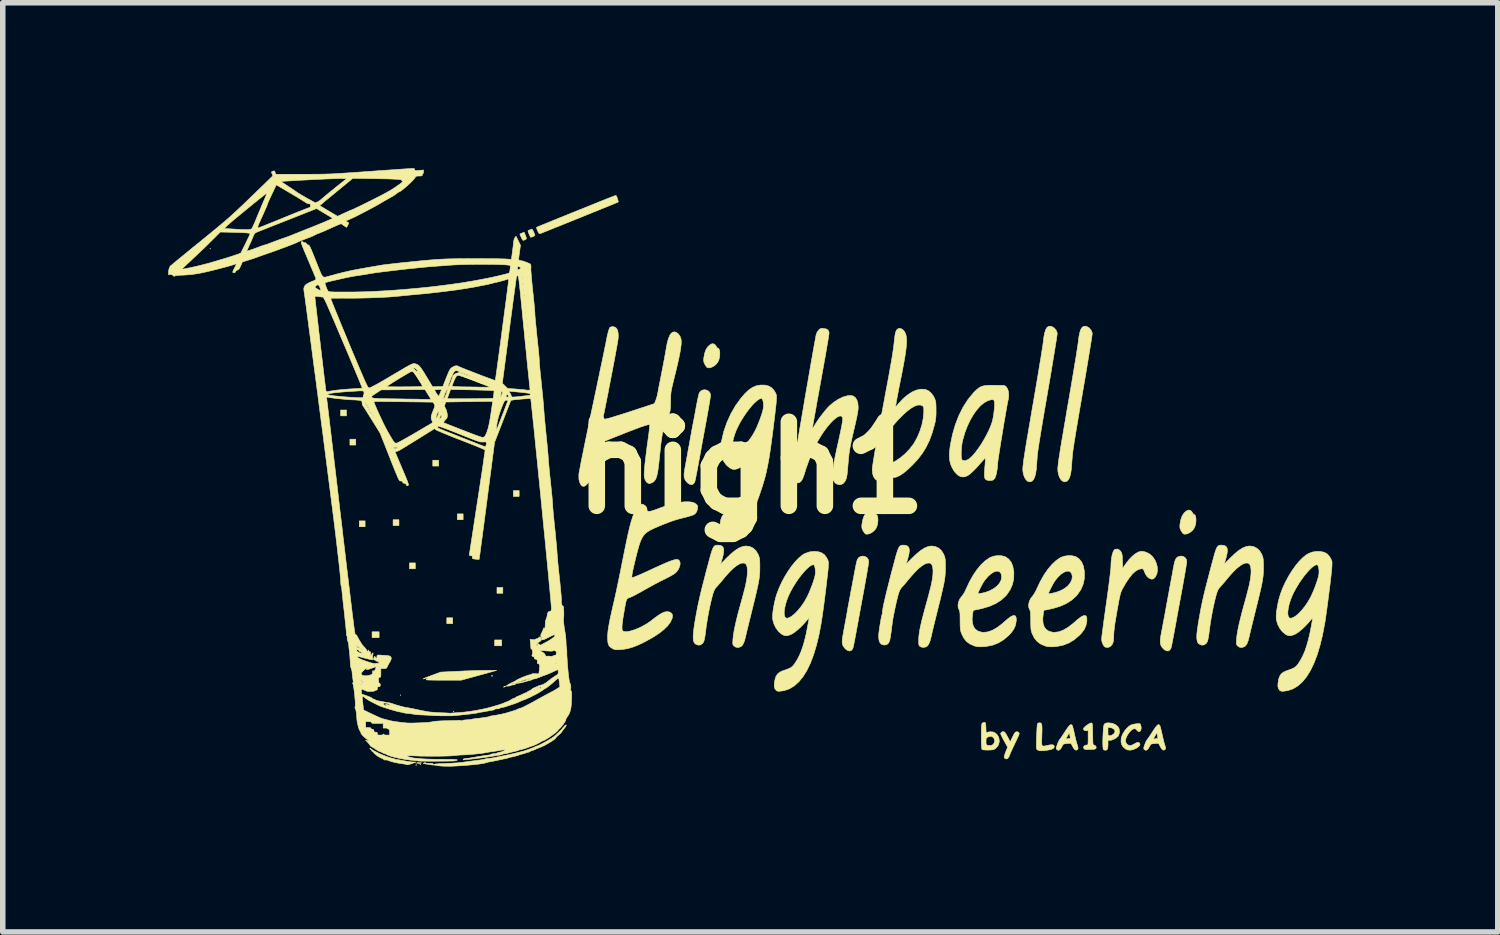
<source format=kicad_pcb>
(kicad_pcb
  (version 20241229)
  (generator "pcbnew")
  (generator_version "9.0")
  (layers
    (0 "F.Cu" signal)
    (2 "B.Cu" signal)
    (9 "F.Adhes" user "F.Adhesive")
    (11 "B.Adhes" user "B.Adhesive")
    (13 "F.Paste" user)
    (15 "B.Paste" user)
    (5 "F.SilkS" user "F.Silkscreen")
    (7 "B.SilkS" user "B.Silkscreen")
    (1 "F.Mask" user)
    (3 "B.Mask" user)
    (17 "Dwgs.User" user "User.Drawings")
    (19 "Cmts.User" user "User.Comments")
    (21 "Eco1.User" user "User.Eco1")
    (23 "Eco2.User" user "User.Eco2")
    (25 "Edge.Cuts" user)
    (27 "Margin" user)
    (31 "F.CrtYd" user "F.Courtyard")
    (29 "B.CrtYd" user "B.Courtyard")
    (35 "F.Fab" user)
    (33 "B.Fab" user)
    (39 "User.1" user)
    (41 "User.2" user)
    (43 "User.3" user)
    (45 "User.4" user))
  (footprint "high1"
    (layer "F.Cu")
    (at 10.567 5.434)
    (property "Reference" "high1" (at 0 0 0) (layer "F.SilkS") (effects (font (size 1.524 1.524) (thickness 0.3))))
    (attr through_hole)
    (fp_poly (pts (xy -9.8 -3.974) (xy -9.805 -3.969) (xy -9.811 -3.974) (xy -9.805 -3.979) (xy -9.8 -3.974)) (stroke (width 0.01) (type solid)) (fill yes) (layer "F.SilkS"))
    (fp_poly (pts (xy -7.334 -0.942) (xy -7.44 -0.942) (xy -7.44 -1.048) (xy -7.334 -1.048) (xy -7.334 -0.942)) (stroke (width 0.01) (type solid)) (fill yes) (layer "F.SilkS"))
    (fp_poly (pts (xy -7.165 -0.413) (xy -7.271 -0.413) (xy -7.271 -0.519) (xy -7.165 -0.519) (xy -7.165 -0.413)) (stroke (width 0.01) (type solid)) (fill yes) (layer "F.SilkS"))
    (fp_poly (pts (xy -6.996 1.069) (xy -7.101 1.069) (xy -7.101 0.963) (xy -6.996 0.963) (xy -6.996 1.069)) (stroke (width 0.01) (type solid)) (fill yes) (layer "F.SilkS"))
    (fp_poly (pts (xy -6.742 3.08) (xy -6.869 3.08) (xy -6.869 2.974) (xy -6.742 2.974) (xy -6.742 3.08)) (stroke (width 0.01) (type solid)) (fill yes) (layer "F.SilkS"))
    (fp_poly (pts (xy -6.382 1.048) (xy -6.488 1.048) (xy -6.488 0.942) (xy -6.382 0.942) (xy -6.382 1.048)) (stroke (width 0.01) (type solid)) (fill yes) (layer "F.SilkS"))
    (fp_poly (pts (xy -6.35 4.122) (xy -6.355 4.128) (xy -6.361 4.122) (xy -6.355 4.117) (xy -6.35 4.122)) (stroke (width 0.01) (type solid)) (fill yes) (layer "F.SilkS"))
    (fp_poly (pts (xy -6.085 1.831) (xy -6.191 1.831) (xy -6.191 1.725) (xy -6.085 1.725) (xy -6.085 1.831)) (stroke (width 0.01) (type solid)) (fill yes) (layer "F.SilkS"))
    (fp_poly (pts (xy -6.064 5.371) (xy -6.07 5.376) (xy -6.075 5.371) (xy -6.07 5.366) (xy -6.064 5.371)) (stroke (width 0.01) (type solid)) (fill yes) (layer "F.SilkS"))
    (fp_poly (pts (xy -6.064 5.392) (xy -6.07 5.397) (xy -6.075 5.392) (xy -6.07 5.387) (xy -6.064 5.392)) (stroke (width 0.01) (type solid)) (fill yes) (layer "F.SilkS"))
    (fp_poly (pts (xy -5.99 5.382) (xy -5.995 5.387) (xy -6.001 5.382) (xy -5.995 5.376) (xy -5.99 5.382)) (stroke (width 0.01) (type solid)) (fill yes) (layer "F.SilkS"))
    (fp_poly (pts (xy -5.662 -0.032) (xy -5.768 -0.032) (xy -5.768 -0.138) (xy -5.662 -0.138) (xy -5.662 -0.032)) (stroke (width 0.01) (type solid)) (fill yes) (layer "F.SilkS"))
    (fp_poly (pts (xy -5.408 2.826) (xy -5.514 2.826) (xy -5.514 2.72) (xy -5.408 2.72) (xy -5.408 2.826)) (stroke (width 0.01) (type solid)) (fill yes) (layer "F.SilkS"))
    (fp_poly (pts (xy -5.387 4.419) (xy -5.392 4.424) (xy -5.397 4.419) (xy -5.392 4.413) (xy -5.387 4.419)) (stroke (width 0.01) (type solid)) (fill yes) (layer "F.SilkS"))
    (fp_poly (pts (xy -5.218 0.942) (xy -5.323 0.942) (xy -5.323 0.836) (xy -5.218 0.836) (xy -5.218 0.942)) (stroke (width 0.01) (type solid)) (fill yes) (layer "F.SilkS"))
    (fp_poly (pts (xy -4.519 3.228) (xy -4.646 3.228) (xy -4.646 3.122) (xy -4.519 3.122) (xy -4.519 3.228)) (stroke (width 0.01) (type solid)) (fill yes) (layer "F.SilkS"))
    (fp_poly (pts (xy -4.498 2.275) (xy -4.604 2.275) (xy -4.604 2.17) (xy -4.498 2.17) (xy -4.498 2.275)) (stroke (width 0.01) (type solid)) (fill yes) (layer "F.SilkS"))
    (fp_poly (pts (xy -4.202 0.519) (xy -4.307 0.519) (xy -4.307 0.413) (xy -4.202 0.413) (xy -4.202 0.519)) (stroke (width 0.01) (type solid)) (fill yes) (layer "F.SilkS"))
    (fp_poly (pts (xy -4.681 3.772) (xy -4.684 3.777) (xy -4.695 3.777) (xy -4.706 3.775) (xy -4.701 3.771) (xy -4.684 3.77) (xy -4.681 3.772)) (stroke (width 0.01) (type solid)) (fill yes) (layer "F.SilkS"))
    (fp_poly (pts (xy -4.448 3.963) (xy -4.456 3.969) (xy -4.475 3.978) (xy -4.482 3.979) (xy -4.484 3.975) (xy -4.477 3.969) (xy -4.457 3.96) (xy -4.45 3.958) (xy -4.448 3.963)) (stroke (width 0.01) (type solid)) (fill yes) (layer "F.SilkS"))
    (fp_poly (pts (xy -5.99 5.348) (xy -5.975 5.35) (xy -5.973 5.353) (xy -5.992 5.359) (xy -6.02 5.361) (xy -6.047 5.356) (xy -6.048 5.355) (xy -6.055 5.35) (xy -6.041 5.347) (xy -6.018 5.347) (xy -5.99 5.348)) (stroke (width 0.01) (type solid)) (fill yes) (layer "F.SilkS"))
    (fp_poly (pts (xy -4.087 -4.215) (xy -4.074 -4.18) (xy -4.07 -4.159) (xy -4.079 -4.145) (xy -4.101 -4.133) (xy -4.107 -4.131) (xy -4.123 -4.125) (xy -4.134 -4.128) (xy -4.146 -4.143) (xy -4.161 -4.173) (xy -4.163 -4.177) (xy -4.178 -4.209) (xy -4.187 -4.231) (xy -4.188 -4.239) (xy -4.177 -4.246) (xy -4.154 -4.256) (xy -4.148 -4.258) (xy -4.112 -4.274) (xy -4.087 -4.215)) (stroke (width 0.01) (type solid)) (fill yes) (layer "F.SilkS"))
    (fp_poly (pts (xy -3.962 -4.32) (xy -3.949 -4.298) (xy -3.935 -4.27) (xy -3.923 -4.241) (xy -3.916 -4.22) (xy -3.916 -4.215) (xy -3.925 -4.207) (xy -3.945 -4.196) (xy -3.97 -4.186) (xy -3.99 -4.181) (xy -3.992 -4.18) (xy -3.999 -4.189) (xy -4.011 -4.213) (xy -4.022 -4.239) (xy -4.034 -4.27) (xy -4.041 -4.293) (xy -4.042 -4.3) (xy -4.026 -4.308) (xy -4.002 -4.318) (xy -3.98 -4.326) (xy -3.97 -4.329) (xy -3.962 -4.32)) (stroke (width 0.01) (type solid)) (fill yes) (layer "F.SilkS"))
    (fp_poly (pts (xy -0.668 -2.245) (xy -0.65 -2.233) (xy -0.631 -2.21) (xy -0.619 -2.189) (xy -0.607 -2.173) (xy -0.597 -2.17) (xy -0.581 -2.16) (xy -0.57 -2.135) (xy -0.564 -2.097) (xy -0.563 -2.053) (xy -0.568 -2.007) (xy -0.579 -1.962) (xy -0.595 -1.924) (xy -0.623 -1.885) (xy -0.66 -1.852) (xy -0.701 -1.828) (xy -0.741 -1.814) (xy -0.776 -1.813) (xy -0.796 -1.822) (xy -0.811 -1.84) (xy -0.829 -1.868) (xy -0.837 -1.882) (xy -0.851 -1.915) (xy -0.856 -1.946) (xy -0.854 -1.987) (xy -0.854 -1.988) (xy -0.838 -2.076) (xy -0.813 -2.146) (xy -0.778 -2.198) (xy -0.773 -2.203) (xy -0.733 -2.237) (xy -0.699 -2.251) (xy -0.668 -2.245)) (stroke (width 0.01) (type solid)) (fill yes) (layer "F.SilkS"))
    (fp_poly (pts (xy 2.2 0.771) (xy 2.218 0.784) (xy 2.238 0.806) (xy 2.249 0.827) (xy 2.262 0.843) (xy 2.271 0.847) (xy 2.287 0.856) (xy 2.299 0.882) (xy 2.304 0.919) (xy 2.305 0.963) (xy 2.3 1.01) (xy 2.289 1.054) (xy 2.273 1.093) (xy 2.245 1.132) (xy 2.208 1.164) (xy 2.167 1.189) (xy 2.127 1.202) (xy 2.092 1.203) (xy 2.072 1.194) (xy 2.057 1.176) (xy 2.039 1.148) (xy 2.031 1.134) (xy 2.017 1.101) (xy 2.012 1.07) (xy 2.014 1.029) (xy 2.014 1.029) (xy 2.03 0.94) (xy 2.055 0.87) (xy 2.09 0.818) (xy 2.095 0.813) (xy 2.135 0.78) (xy 2.169 0.766) (xy 2.2 0.771)) (stroke (width 0.01) (type solid)) (fill yes) (layer "F.SilkS"))
    (fp_poly (pts (xy 7.968 0.771) (xy 7.986 0.784) (xy 8.005 0.806) (xy 8.017 0.827) (xy 8.03 0.843) (xy 8.039 0.847) (xy 8.055 0.856) (xy 8.066 0.882) (xy 8.072 0.919) (xy 8.073 0.963) (xy 8.068 1.01) (xy 8.057 1.054) (xy 8.041 1.093) (xy 8.013 1.132) (xy 7.976 1.164) (xy 7.935 1.189) (xy 7.895 1.202) (xy 7.86 1.203) (xy 7.84 1.194) (xy 7.825 1.176) (xy 7.807 1.148) (xy 7.799 1.134) (xy 7.785 1.101) (xy 7.78 1.07) (xy 7.782 1.029) (xy 7.782 1.029) (xy 7.798 0.94) (xy 7.823 0.87) (xy 7.858 0.818) (xy 7.863 0.813) (xy 7.903 0.78) (xy 7.937 0.766) (xy 7.968 0.771)) (stroke (width 0.01) (type solid)) (fill yes) (layer "F.SilkS"))
    (fp_poly (pts (xy -4.776 3.673) (xy -4.609 3.674) (xy -4.931 3.763) (xy -5.254 3.852) (xy -5.567 3.852) (xy -5.647 3.852) (xy -5.719 3.851) (xy -5.782 3.85) (xy -5.833 3.849) (xy -5.869 3.847) (xy -5.887 3.846) (xy -5.888 3.845) (xy -5.886 3.835) (xy -5.871 3.824) (xy -5.859 3.814) (xy -5.863 3.81) (xy -5.88 3.812) (xy -5.907 3.819) (xy -5.912 3.821) (xy -5.933 3.828) (xy -5.944 3.828) (xy -5.936 3.823) (xy -5.911 3.812) (xy -5.873 3.797) (xy -5.824 3.779) (xy -5.786 3.764) (xy -5.625 3.705) (xy -5.284 3.689) (xy -5.191 3.684) (xy -5.096 3.681) (xy -5.004 3.678) (xy -4.919 3.675) (xy -4.845 3.674) (xy -4.787 3.673) (xy -4.776 3.673)) (stroke (width 0.01) (type solid)) (fill yes) (layer "F.SilkS"))
    (fp_poly (pts (xy 4.599 4.792) (xy 4.616 4.81) (xy 4.636 4.843) (xy 4.657 4.88) (xy 4.704 4.971) (xy 4.746 4.882) (xy 4.769 4.836) (xy 4.788 4.806) (xy 4.804 4.791) (xy 4.812 4.788) (xy 4.839 4.788) (xy 4.86 4.801) (xy 4.868 4.82) (xy 4.864 4.834) (xy 4.852 4.863) (xy 4.833 4.904) (xy 4.81 4.955) (xy 4.785 5.007) (xy 4.758 5.064) (xy 4.733 5.117) (xy 4.713 5.161) (xy 4.7 5.192) (xy 4.694 5.207) (xy 4.677 5.248) (xy 4.655 5.273) (xy 4.631 5.281) (xy 4.607 5.269) (xy 4.606 5.268) (xy 4.597 5.257) (xy 4.594 5.242) (xy 4.599 5.219) (xy 4.61 5.185) (xy 4.625 5.146) (xy 4.657 5.066) (xy 4.593 4.951) (xy 4.569 4.906) (xy 4.549 4.866) (xy 4.535 4.837) (xy 4.53 4.822) (xy 4.53 4.822) (xy 4.539 4.801) (xy 4.562 4.787) (xy 4.585 4.785) (xy 4.599 4.792)) (stroke (width 0.01) (type solid)) (fill yes) (layer "F.SilkS"))
    (fp_poly (pts (xy 5.25 4.626) (xy 5.263 4.632) (xy 5.272 4.646) (xy 5.278 4.669) (xy 5.28 4.704) (xy 5.281 4.755) (xy 5.279 4.823) (xy 5.278 4.853) (xy 5.276 4.924) (xy 5.275 4.976) (xy 5.276 5.012) (xy 5.282 5.034) (xy 5.293 5.045) (xy 5.312 5.047) (xy 5.339 5.043) (xy 5.377 5.035) (xy 5.392 5.031) (xy 5.442 5.023) (xy 5.476 5.023) (xy 5.495 5.032) (xy 5.503 5.051) (xy 5.503 5.06) (xy 5.494 5.082) (xy 5.467 5.1) (xy 5.42 5.114) (xy 5.38 5.121) (xy 5.312 5.13) (xy 5.262 5.132) (xy 5.225 5.128) (xy 5.2 5.117) (xy 5.199 5.116) (xy 5.191 5.111) (xy 5.185 5.103) (xy 5.181 5.092) (xy 5.179 5.073) (xy 5.178 5.044) (xy 5.179 5.003) (xy 5.18 4.946) (xy 5.182 4.876) (xy 5.185 4.808) (xy 5.188 4.748) (xy 5.191 4.697) (xy 5.195 4.661) (xy 5.198 4.64) (xy 5.199 4.638) (xy 5.217 4.627) (xy 5.233 4.625) (xy 5.25 4.626)) (stroke (width 0.01) (type solid)) (fill yes) (layer "F.SilkS"))
    (fp_poly (pts (xy 6.175 4.627) (xy 6.183 4.629) (xy 6.188 4.635) (xy 6.192 4.647) (xy 6.195 4.669) (xy 6.197 4.702) (xy 6.198 4.751) (xy 6.199 4.818) (xy 6.199 4.828) (xy 6.201 4.897) (xy 6.202 4.948) (xy 6.203 4.983) (xy 6.206 5.006) (xy 6.21 5.02) (xy 6.215 5.026) (xy 6.222 5.029) (xy 6.225 5.029) (xy 6.25 5.041) (xy 6.263 5.062) (xy 6.26 5.086) (xy 6.259 5.088) (xy 6.249 5.097) (xy 6.231 5.103) (xy 6.2 5.107) (xy 6.153 5.109) (xy 6.098 5.11) (xy 6.062 5.106) (xy 6.046 5.099) (xy 6.033 5.076) (xy 6.038 5.053) (xy 6.058 5.035) (xy 6.09 5.027) (xy 6.095 5.027) (xy 6.104 5.026) (xy 6.111 5.021) (xy 6.114 5.007) (xy 6.116 4.982) (xy 6.117 4.943) (xy 6.117 4.895) (xy 6.117 4.762) (xy 6.091 4.769) (xy 6.061 4.768) (xy 6.039 4.753) (xy 6.032 4.73) (xy 6.041 4.714) (xy 6.063 4.692) (xy 6.093 4.669) (xy 6.125 4.647) (xy 6.154 4.632) (xy 6.175 4.627) (xy 6.175 4.627)) (stroke (width 0.01) (type solid)) (fill yes) (layer "F.SilkS"))
    (fp_poly (pts (xy 7.053 4.64) (xy 7.063 4.648) (xy 7.07 4.663) (xy 7.079 4.702) (xy 7.078 4.737) (xy 7.069 4.765) (xy 7.053 4.782) (xy 7.033 4.785) (xy 7.011 4.771) (xy 7 4.757) (xy 6.977 4.736) (xy 6.957 4.731) (xy 6.927 4.74) (xy 6.894 4.765) (xy 6.861 4.801) (xy 6.832 4.844) (xy 6.809 4.889) (xy 6.796 4.932) (xy 6.795 4.95) (xy 6.804 4.988) (xy 6.827 5.018) (xy 6.86 5.035) (xy 6.877 5.038) (xy 6.902 5.032) (xy 6.936 5.018) (xy 6.958 5.005) (xy 6.996 4.984) (xy 7.023 4.978) (xy 7.042 4.985) (xy 7.053 4.998) (xy 7.058 5.019) (xy 7.048 5.04) (xy 7.021 5.065) (xy 6.991 5.084) (xy 6.934 5.111) (xy 6.878 5.121) (xy 6.827 5.115) (xy 6.795 5.099) (xy 6.75 5.06) (xy 6.723 5.015) (xy 6.713 4.967) (xy 6.717 4.9) (xy 6.741 4.832) (xy 6.784 4.764) (xy 6.812 4.731) (xy 6.849 4.694) (xy 6.882 4.67) (xy 6.919 4.655) (xy 6.967 4.645) (xy 6.998 4.642) (xy 7.033 4.639) (xy 7.053 4.64)) (stroke (width 0.01) (type solid)) (fill yes) (layer "F.SilkS"))
    (fp_poly (pts (xy 6.563 4.635) (xy 6.622 4.663) (xy 6.657 4.694) (xy 6.677 4.728) (xy 6.685 4.773) (xy 6.681 4.82) (xy 6.665 4.86) (xy 6.662 4.865) (xy 6.631 4.894) (xy 6.589 4.92) (xy 6.544 4.938) (xy 6.512 4.942) (xy 6.477 4.942) (xy 6.477 5.02) (xy 6.475 5.068) (xy 6.468 5.1) (xy 6.455 5.116) (xy 6.434 5.122) (xy 6.429 5.122) (xy 6.405 5.117) (xy 6.394 5.11) (xy 6.389 5.093) (xy 6.385 5.057) (xy 6.383 5.004) (xy 6.383 4.938) (xy 6.386 4.859) (xy 6.39 4.782) (xy 6.477 4.782) (xy 6.477 4.821) (xy 6.48 4.844) (xy 6.485 4.854) (xy 6.496 4.858) (xy 6.504 4.858) (xy 6.535 4.853) (xy 6.554 4.845) (xy 6.588 4.819) (xy 6.603 4.79) (xy 6.6 4.76) (xy 6.579 4.735) (xy 6.543 4.717) (xy 6.52 4.713) (xy 6.477 4.707) (xy 6.477 4.782) (xy 6.39 4.782) (xy 6.39 4.77) (xy 6.391 4.764) (xy 6.395 4.708) (xy 6.402 4.669) (xy 6.415 4.644) (xy 6.434 4.631) (xy 6.464 4.626) (xy 6.495 4.625) (xy 6.563 4.635)) (stroke (width 0.01) (type solid)) (fill yes) (layer "F.SilkS"))
    (fp_poly (pts (xy -2.443 -4.936) (xy -2.431 -4.916) (xy -2.42 -4.884) (xy -2.41 -4.851) (xy -2.405 -4.828) (xy -2.405 -4.82) (xy -2.415 -4.815) (xy -2.443 -4.804) (xy -2.487 -4.786) (xy -2.545 -4.762) (xy -2.615 -4.733) (xy -2.695 -4.701) (xy -2.783 -4.665) (xy -2.878 -4.627) (xy -2.977 -4.587) (xy -3.078 -4.545) (xy -3.181 -4.504) (xy -3.282 -4.463) (xy -3.38 -4.424) (xy -3.473 -4.386) (xy -3.559 -4.352) (xy -3.636 -4.321) (xy -3.702 -4.294) (xy -3.756 -4.273) (xy -3.795 -4.257) (xy -3.818 -4.248) (xy -3.823 -4.247) (xy -3.836 -4.248) (xy -3.85 -4.264) (xy -3.866 -4.296) (xy -3.867 -4.298) (xy -3.88 -4.33) (xy -3.886 -4.353) (xy -3.886 -4.362) (xy -3.875 -4.366) (xy -3.847 -4.378) (xy -3.803 -4.397) (xy -3.745 -4.42) (xy -3.674 -4.449) (xy -3.594 -4.482) (xy -3.505 -4.518) (xy -3.41 -4.556) (xy -3.311 -4.597) (xy -3.209 -4.638) (xy -3.106 -4.679) (xy -3.004 -4.72) (xy -2.905 -4.76) (xy -2.812 -4.798) (xy -2.725 -4.833) (xy -2.647 -4.864) (xy -2.58 -4.891) (xy -2.525 -4.912) (xy -2.485 -4.928) (xy -2.461 -4.937) (xy -2.455 -4.939) (xy -2.443 -4.936)) (stroke (width 0.01) (type solid)) (fill yes) (layer "F.SilkS"))
    (fp_poly (pts (xy 7.839 1.606) (xy 7.874 1.627) (xy 7.898 1.661) (xy 7.906 1.701) (xy 7.904 1.72) (xy 7.898 1.756) (xy 7.89 1.809) (xy 7.879 1.875) (xy 7.866 1.952) (xy 7.85 2.039) (xy 7.834 2.131) (xy 7.826 2.174) (xy 7.806 2.284) (xy 7.784 2.401) (xy 7.762 2.522) (xy 7.74 2.64) (xy 7.72 2.752) (xy 7.702 2.852) (xy 7.688 2.926) (xy 7.673 3.007) (xy 7.659 3.082) (xy 7.646 3.149) (xy 7.635 3.204) (xy 7.626 3.245) (xy 7.62 3.269) (xy 7.619 3.273) (xy 7.596 3.307) (xy 7.567 3.322) (xy 7.532 3.317) (xy 7.494 3.294) (xy 7.482 3.283) (xy 7.453 3.25) (xy 7.435 3.216) (xy 7.426 3.177) (xy 7.425 3.129) (xy 7.432 3.067) (xy 7.439 3.027) (xy 7.45 2.967) (xy 7.464 2.893) (xy 7.48 2.807) (xy 7.498 2.712) (xy 7.517 2.61) (xy 7.536 2.504) (xy 7.556 2.396) (xy 7.576 2.29) (xy 7.594 2.188) (xy 7.612 2.092) (xy 7.628 2.005) (xy 7.642 1.931) (xy 7.653 1.87) (xy 7.66 1.827) (xy 7.663 1.815) (xy 7.676 1.748) (xy 7.688 1.698) (xy 7.701 1.663) (xy 7.716 1.638) (xy 7.735 1.622) (xy 7.752 1.612) (xy 7.797 1.6) (xy 7.839 1.606)) (stroke (width 0.01) (type solid)) (fill yes) (layer "F.SilkS"))
    (fp_poly (pts (xy 5.815 4.658) (xy 5.827 4.671) (xy 5.831 4.677) (xy 5.837 4.694) (xy 5.846 4.728) (xy 5.857 4.773) (xy 5.868 4.822) (xy 5.881 4.88) (xy 5.895 4.938) (xy 5.909 4.989) (xy 5.918 5.019) (xy 5.93 5.058) (xy 5.934 5.082) (xy 5.932 5.098) (xy 5.927 5.106) (xy 5.905 5.121) (xy 5.881 5.115) (xy 5.856 5.089) (xy 5.839 5.06) (xy 5.823 5.029) (xy 5.811 5.006) (xy 5.806 4.998) (xy 5.794 4.997) (xy 5.767 4.998) (xy 5.733 5.001) (xy 5.696 5.005) (xy 5.673 5.011) (xy 5.66 5.022) (xy 5.649 5.042) (xy 5.645 5.051) (xy 5.621 5.094) (xy 5.595 5.118) (xy 5.57 5.123) (xy 5.547 5.108) (xy 5.546 5.107) (xy 5.537 5.084) (xy 5.539 5.072) (xy 5.562 5.006) (xy 5.583 4.957) (xy 5.601 4.928) (xy 5.602 4.926) (xy 5.614 4.912) (xy 5.717 4.912) (xy 5.718 4.92) (xy 5.729 4.918) (xy 5.732 4.917) (xy 5.756 4.912) (xy 5.773 4.911) (xy 5.786 4.909) (xy 5.792 4.902) (xy 5.791 4.884) (xy 5.786 4.857) (xy 5.776 4.804) (xy 5.745 4.857) (xy 5.726 4.892) (xy 5.717 4.912) (xy 5.614 4.912) (xy 5.616 4.909) (xy 5.637 4.878) (xy 5.663 4.839) (xy 5.685 4.805) (xy 5.725 4.743) (xy 5.757 4.699) (xy 5.781 4.671) (xy 5.8 4.658) (xy 5.815 4.658)) (stroke (width 0.01) (type solid)) (fill yes) (layer "F.SilkS"))
    (fp_poly (pts (xy 7.402 4.658) (xy 7.415 4.671) (xy 7.418 4.677) (xy 7.425 4.694) (xy 7.434 4.728) (xy 7.445 4.773) (xy 7.456 4.822) (xy 7.469 4.88) (xy 7.483 4.938) (xy 7.496 4.989) (xy 7.505 5.019) (xy 7.517 5.058) (xy 7.522 5.082) (xy 7.52 5.098) (xy 7.514 5.106) (xy 7.492 5.121) (xy 7.469 5.115) (xy 7.444 5.089) (xy 7.427 5.06) (xy 7.411 5.029) (xy 7.399 5.006) (xy 7.393 4.998) (xy 7.381 4.997) (xy 7.354 4.998) (xy 7.32 5.001) (xy 7.283 5.005) (xy 7.261 5.011) (xy 7.248 5.022) (xy 7.237 5.042) (xy 7.233 5.051) (xy 7.208 5.094) (xy 7.183 5.118) (xy 7.158 5.123) (xy 7.134 5.108) (xy 7.133 5.107) (xy 7.125 5.084) (xy 7.126 5.072) (xy 7.149 5.006) (xy 7.17 4.957) (xy 7.188 4.928) (xy 7.19 4.926) (xy 7.201 4.912) (xy 7.305 4.912) (xy 7.306 4.92) (xy 7.316 4.918) (xy 7.319 4.917) (xy 7.344 4.912) (xy 7.36 4.911) (xy 7.374 4.909) (xy 7.38 4.902) (xy 7.378 4.884) (xy 7.374 4.857) (xy 7.363 4.804) (xy 7.333 4.857) (xy 7.313 4.892) (xy 7.305 4.912) (xy 7.201 4.912) (xy 7.203 4.909) (xy 7.225 4.878) (xy 7.251 4.839) (xy 7.273 4.805) (xy 7.313 4.743) (xy 7.344 4.699) (xy 7.369 4.671) (xy 7.387 4.658) (xy 7.402 4.658)) (stroke (width 0.01) (type solid)) (fill yes) (layer "F.SilkS"))
    (fp_poly (pts (xy -0.795 -1.407) (xy -0.762 -1.387) (xy -0.739 -1.356) (xy -0.73 -1.315) (xy -0.732 -1.297) (xy -0.738 -1.26) (xy -0.746 -1.207) (xy -0.757 -1.141) (xy -0.77 -1.064) (xy -0.786 -0.978) (xy -0.802 -0.885) (xy -0.81 -0.843) (xy -0.83 -0.733) (xy -0.852 -0.615) (xy -0.874 -0.495) (xy -0.896 -0.376) (xy -0.916 -0.264) (xy -0.934 -0.164) (xy -0.948 -0.09) (xy -0.963 -0.009) (xy -0.977 0.066) (xy -0.99 0.132) (xy -1.001 0.188) (xy -1.01 0.229) (xy -1.016 0.253) (xy -1.017 0.257) (xy -1.04 0.291) (xy -1.069 0.306) (xy -1.104 0.301) (xy -1.142 0.278) (xy -1.154 0.267) (xy -1.183 0.233) (xy -1.202 0.198) (xy -1.211 0.157) (xy -1.211 0.107) (xy -1.202 0.043) (xy -1.198 0.016) (xy -1.19 -0.023) (xy -1.18 -0.08) (xy -1.167 -0.15) (xy -1.152 -0.231) (xy -1.137 -0.318) (xy -1.12 -0.408) (xy -1.112 -0.455) (xy -1.096 -0.541) (xy -1.081 -0.623) (xy -1.068 -0.697) (xy -1.056 -0.76) (xy -1.046 -0.81) (xy -1.04 -0.845) (xy -1.037 -0.857) (xy -1.032 -0.882) (xy -1.024 -0.924) (xy -1.014 -0.979) (xy -1.002 -1.042) (xy -0.99 -1.109) (xy -0.989 -1.116) (xy -0.976 -1.183) (xy -0.964 -1.243) (xy -0.952 -1.295) (xy -0.943 -1.334) (xy -0.936 -1.356) (xy -0.935 -1.358) (xy -0.908 -1.392) (xy -0.872 -1.411) (xy -0.833 -1.416) (xy -0.795 -1.407)) (stroke (width 0.01) (type solid)) (fill yes) (layer "F.SilkS"))
    (fp_poly (pts (xy 2.073 1.609) (xy 2.106 1.629) (xy 2.129 1.661) (xy 2.138 1.701) (xy 2.136 1.72) (xy 2.131 1.756) (xy 2.122 1.809) (xy 2.111 1.875) (xy 2.098 1.952) (xy 2.082 2.039) (xy 2.066 2.131) (xy 2.058 2.174) (xy 2.038 2.284) (xy 2.016 2.401) (xy 1.994 2.522) (xy 1.972 2.64) (xy 1.952 2.752) (xy 1.934 2.852) (xy 1.92 2.926) (xy 1.905 3.007) (xy 1.891 3.082) (xy 1.878 3.149) (xy 1.867 3.204) (xy 1.858 3.245) (xy 1.852 3.269) (xy 1.851 3.273) (xy 1.829 3.307) (xy 1.799 3.322) (xy 1.764 3.317) (xy 1.726 3.294) (xy 1.714 3.283) (xy 1.685 3.249) (xy 1.666 3.214) (xy 1.657 3.174) (xy 1.657 3.124) (xy 1.666 3.059) (xy 1.671 3.032) (xy 1.678 2.993) (xy 1.688 2.936) (xy 1.701 2.866) (xy 1.716 2.786) (xy 1.732 2.699) (xy 1.748 2.609) (xy 1.756 2.561) (xy 1.772 2.475) (xy 1.787 2.393) (xy 1.801 2.32) (xy 1.812 2.256) (xy 1.822 2.206) (xy 1.828 2.172) (xy 1.831 2.159) (xy 1.836 2.134) (xy 1.844 2.092) (xy 1.854 2.037) (xy 1.866 1.974) (xy 1.878 1.907) (xy 1.88 1.9) (xy 1.892 1.834) (xy 1.904 1.773) (xy 1.916 1.721) (xy 1.925 1.682) (xy 1.932 1.66) (xy 1.933 1.659) (xy 1.96 1.625) (xy 1.996 1.606) (xy 2.035 1.601) (xy 2.073 1.609)) (stroke (width 0.01) (type solid)) (fill yes) (layer "F.SilkS"))
    (fp_poly (pts (xy 4.248 4.62) (xy 4.255 4.628) (xy 4.259 4.647) (xy 4.262 4.679) (xy 4.263 4.713) (xy 4.265 4.758) (xy 4.267 4.785) (xy 4.272 4.798) (xy 4.278 4.801) (xy 4.284 4.799) (xy 4.306 4.792) (xy 4.338 4.787) (xy 4.344 4.787) (xy 4.396 4.791) (xy 4.44 4.814) (xy 4.475 4.851) (xy 4.498 4.898) (xy 4.506 4.954) (xy 4.505 4.967) (xy 4.492 5.022) (xy 4.462 5.067) (xy 4.43 5.095) (xy 4.412 5.106) (xy 4.389 5.113) (xy 4.356 5.117) (xy 4.308 5.119) (xy 4.302 5.119) (xy 4.252 5.118) (xy 4.214 5.115) (xy 4.194 5.11) (xy 4.192 5.109) (xy 4.188 5.093) (xy 4.184 5.057) (xy 4.182 4.999) (xy 4.181 4.963) (xy 4.265 4.963) (xy 4.266 5.001) (xy 4.273 5.022) (xy 4.29 5.032) (xy 4.322 5.036) (xy 4.337 5.036) (xy 4.375 5.029) (xy 4.398 5.012) (xy 4.419 4.977) (xy 4.422 4.938) (xy 4.404 4.899) (xy 4.402 4.896) (xy 4.373 4.873) (xy 4.337 4.87) (xy 4.296 4.884) (xy 4.279 4.895) (xy 4.269 4.908) (xy 4.266 4.931) (xy 4.265 4.963) (xy 4.181 4.963) (xy 4.181 4.921) (xy 4.18 4.872) (xy 4.181 4.796) (xy 4.181 4.738) (xy 4.183 4.696) (xy 4.185 4.667) (xy 4.189 4.648) (xy 4.193 4.636) (xy 4.198 4.63) (xy 4.221 4.618) (xy 4.237 4.616) (xy 4.248 4.62)) (stroke (width 0.01) (type solid)) (fill yes) (layer "F.SilkS"))
    (fp_poly (pts (xy -6.889 5.096) (xy -6.887 5.098) (xy -6.863 5.115) (xy -6.83 5.135) (xy -6.816 5.142) (xy -6.784 5.158) (xy -6.76 5.171) (xy -6.752 5.175) (xy -6.732 5.185) (xy -6.699 5.199) (xy -6.657 5.216) (xy -6.612 5.233) (xy -6.57 5.248) (xy -6.536 5.259) (xy -6.516 5.265) (xy -6.515 5.265) (xy -6.489 5.271) (xy -6.463 5.28) (xy -6.44 5.288) (xy -6.426 5.29) (xy -6.412 5.291) (xy -6.386 5.295) (xy -6.376 5.297) (xy -6.285 5.314) (xy -6.212 5.326) (xy -6.157 5.334) (xy -6.116 5.336) (xy -6.112 5.336) (xy -6.07 5.335) (xy -6.112 5.351) (xy -6.168 5.371) (xy -6.21 5.382) (xy -6.238 5.384) (xy -6.246 5.381) (xy -6.259 5.377) (xy -6.285 5.372) (xy -6.293 5.371) (xy -6.39 5.357) (xy -6.468 5.341) (xy -6.532 5.324) (xy -6.579 5.306) (xy -6.607 5.298) (xy -6.63 5.298) (xy -6.631 5.299) (xy -6.644 5.301) (xy -6.642 5.294) (xy -6.642 5.286) (xy -6.651 5.288) (xy -6.665 5.287) (xy -6.668 5.282) (xy -6.676 5.272) (xy -6.683 5.271) (xy -6.702 5.265) (xy -6.73 5.251) (xy -6.761 5.233) (xy -6.786 5.216) (xy -6.792 5.21) (xy -6.812 5.194) (xy -6.819 5.189) (xy -6.834 5.173) (xy -6.844 5.159) (xy -6.858 5.144) (xy -6.868 5.141) (xy -6.876 5.138) (xy -6.874 5.134) (xy -6.877 5.122) (xy -6.889 5.112) (xy -6.906 5.098) (xy -6.911 5.088) (xy -6.904 5.086) (xy -6.889 5.096)) (stroke (width 0.01) (type solid)) (fill yes) (layer "F.SilkS"))
    (fp_poly (pts (xy 5.461 -2.561) (xy 5.505 -2.534) (xy 5.537 -2.494) (xy 5.555 -2.449) (xy 5.556 -2.43) (xy 5.554 -2.413) (xy 5.549 -2.377) (xy 5.541 -2.323) (xy 5.53 -2.253) (xy 5.516 -2.168) (xy 5.5 -2.07) (xy 5.482 -1.961) (xy 5.462 -1.841) (xy 5.441 -1.713) (xy 5.418 -1.578) (xy 5.394 -1.438) (xy 5.392 -1.429) (xy 5.362 -1.25) (xy 5.334 -1.091) (xy 5.31 -0.95) (xy 5.289 -0.825) (xy 5.271 -0.716) (xy 5.255 -0.621) (xy 5.242 -0.539) (xy 5.23 -0.467) (xy 5.221 -0.406) (xy 5.213 -0.353) (xy 5.206 -0.307) (xy 5.201 -0.267) (xy 5.197 -0.231) (xy 5.194 -0.198) (xy 5.192 -0.166) (xy 5.189 -0.135) (xy 5.187 -0.102) (xy 5.186 -0.085) (xy 5.178 0.019) (xy 5.166 0.102) (xy 5.149 0.166) (xy 5.127 0.212) (xy 5.101 0.241) (xy 5.068 0.253) (xy 5.058 0.254) (xy 5.025 0.246) (xy 4.994 0.221) (xy 4.966 0.179) (xy 4.945 0.124) (xy 4.934 0.063) (xy 4.932 0.03) (xy 4.932 0.01) (xy 4.934 -0.014) (xy 4.937 -0.044) (xy 4.941 -0.08) (xy 4.946 -0.124) (xy 4.954 -0.177) (xy 4.964 -0.24) (xy 4.975 -0.314) (xy 4.989 -0.401) (xy 5.006 -0.502) (xy 5.026 -0.618) (xy 5.048 -0.75) (xy 5.074 -0.899) (xy 5.102 -1.068) (xy 5.127 -1.209) (xy 5.151 -1.351) (xy 5.175 -1.489) (xy 5.197 -1.621) (xy 5.218 -1.747) (xy 5.237 -1.863) (xy 5.255 -1.969) (xy 5.27 -2.062) (xy 5.282 -2.141) (xy 5.292 -2.205) (xy 5.299 -2.251) (xy 5.302 -2.275) (xy 5.314 -2.372) (xy 5.329 -2.448) (xy 5.347 -2.505) (xy 5.37 -2.544) (xy 5.398 -2.565) (xy 5.43 -2.569) (xy 5.461 -2.561)) (stroke (width 0.01) (type solid)) (fill yes) (layer "F.SilkS"))
    (fp_poly (pts (xy 6.096 -2.561) (xy 6.14 -2.534) (xy 6.172 -2.494) (xy 6.19 -2.449) (xy 6.191 -2.43) (xy 6.189 -2.413) (xy 6.184 -2.377) (xy 6.176 -2.323) (xy 6.165 -2.253) (xy 6.151 -2.168) (xy 6.135 -2.07) (xy 6.117 -1.961) (xy 6.097 -1.841) (xy 6.076 -1.713) (xy 6.053 -1.578) (xy 6.029 -1.438) (xy 6.027 -1.429) (xy 5.997 -1.25) (xy 5.969 -1.091) (xy 5.945 -0.95) (xy 5.924 -0.825) (xy 5.906 -0.716) (xy 5.89 -0.621) (xy 5.877 -0.539) (xy 5.865 -0.467) (xy 5.856 -0.406) (xy 5.848 -0.353) (xy 5.841 -0.307) (xy 5.836 -0.267) (xy 5.832 -0.231) (xy 5.829 -0.198) (xy 5.827 -0.166) (xy 5.824 -0.135) (xy 5.822 -0.102) (xy 5.821 -0.085) (xy 5.813 0.019) (xy 5.801 0.102) (xy 5.784 0.166) (xy 5.762 0.212) (xy 5.736 0.241) (xy 5.703 0.253) (xy 5.693 0.254) (xy 5.66 0.246) (xy 5.629 0.221) (xy 5.601 0.179) (xy 5.58 0.124) (xy 5.569 0.063) (xy 5.567 0.03) (xy 5.567 0.01) (xy 5.569 -0.014) (xy 5.572 -0.044) (xy 5.576 -0.08) (xy 5.581 -0.124) (xy 5.589 -0.177) (xy 5.599 -0.24) (xy 5.61 -0.314) (xy 5.624 -0.401) (xy 5.641 -0.502) (xy 5.661 -0.618) (xy 5.683 -0.75) (xy 5.709 -0.899) (xy 5.737 -1.068) (xy 5.762 -1.209) (xy 5.786 -1.351) (xy 5.81 -1.489) (xy 5.832 -1.621) (xy 5.853 -1.747) (xy 5.872 -1.863) (xy 5.89 -1.969) (xy 5.905 -2.062) (xy 5.917 -2.141) (xy 5.927 -2.205) (xy 5.934 -2.251) (xy 5.937 -2.275) (xy 5.949 -2.372) (xy 5.964 -2.448) (xy 5.982 -2.505) (xy 6.005 -2.544) (xy 6.033 -2.565) (xy 6.065 -2.569) (xy 6.096 -2.561)) (stroke (width 0.01) (type solid)) (fill yes) (layer "F.SilkS"))
    (fp_poly (pts (xy 6.69 1.494) (xy 6.715 1.524) (xy 6.724 1.544) (xy 6.731 1.568) (xy 6.736 1.601) (xy 6.738 1.647) (xy 6.74 1.691) (xy 6.744 1.821) (xy 6.798 1.744) (xy 6.859 1.664) (xy 6.921 1.6) (xy 6.98 1.553) (xy 7.036 1.524) (xy 7.088 1.513) (xy 7.088 1.513) (xy 7.118 1.517) (xy 7.155 1.527) (xy 7.178 1.535) (xy 7.236 1.566) (xy 7.286 1.612) (xy 7.326 1.668) (xy 7.354 1.731) (xy 7.371 1.798) (xy 7.374 1.864) (xy 7.363 1.926) (xy 7.335 1.98) (xy 7.328 1.989) (xy 7.3 2.014) (xy 7.271 2.02) (xy 7.234 2.008) (xy 7.229 2.006) (xy 7.189 1.976) (xy 7.158 1.93) (xy 7.137 1.884) (xy 7.125 1.853) (xy 7.113 1.837) (xy 7.098 1.831) (xy 7.087 1.831) (xy 7.034 1.841) (xy 6.978 1.873) (xy 6.92 1.925) (xy 6.861 1.998) (xy 6.799 2.091) (xy 6.746 2.185) (xy 6.732 2.21) (xy 6.721 2.233) (xy 6.712 2.257) (xy 6.703 2.283) (xy 6.695 2.316) (xy 6.686 2.357) (xy 6.675 2.41) (xy 6.663 2.477) (xy 6.648 2.561) (xy 6.641 2.599) (xy 6.62 2.722) (xy 6.603 2.824) (xy 6.592 2.907) (xy 6.585 2.971) (xy 6.582 3.016) (xy 6.581 3.065) (xy 6.578 3.112) (xy 6.574 3.148) (xy 6.573 3.154) (xy 6.556 3.199) (xy 6.528 3.233) (xy 6.493 3.254) (xy 6.454 3.259) (xy 6.42 3.248) (xy 6.4 3.227) (xy 6.381 3.192) (xy 6.367 3.151) (xy 6.361 3.112) (xy 6.361 3.108) (xy 6.362 3.09) (xy 6.366 3.053) (xy 6.373 2.999) (xy 6.382 2.931) (xy 6.393 2.849) (xy 6.405 2.757) (xy 6.419 2.656) (xy 6.434 2.549) (xy 6.445 2.471) (xy 6.462 2.354) (xy 6.477 2.242) (xy 6.491 2.138) (xy 6.503 2.043) (xy 6.513 1.96) (xy 6.521 1.891) (xy 6.527 1.838) (xy 6.53 1.802) (xy 6.53 1.792) (xy 6.533 1.71) (xy 6.541 1.636) (xy 6.554 1.573) (xy 6.57 1.523) (xy 6.59 1.489) (xy 6.612 1.475) (xy 6.653 1.474) (xy 6.69 1.494)) (stroke (width 0.01) (type solid)) (fill yes) (layer "F.SilkS"))
    (fp_poly (pts (xy 4.542 1.594) (xy 4.602 1.608) (xy 4.621 1.616) (xy 4.678 1.657) (xy 4.721 1.712) (xy 4.75 1.782) (xy 4.767 1.868) (xy 4.77 1.9) (xy 4.767 2.011) (xy 4.745 2.115) (xy 4.703 2.211) (xy 4.642 2.301) (xy 4.619 2.327) (xy 4.538 2.4) (xy 4.442 2.461) (xy 4.329 2.511) (xy 4.2 2.55) (xy 4.148 2.562) (xy 4.034 2.585) (xy 4.022 2.651) (xy 4.013 2.742) (xy 4.019 2.819) (xy 4.039 2.882) (xy 4.074 2.93) (xy 4.123 2.963) (xy 4.186 2.981) (xy 4.223 2.984) (xy 4.3 2.975) (xy 4.382 2.946) (xy 4.468 2.896) (xy 4.559 2.827) (xy 4.591 2.798) (xy 4.656 2.742) (xy 4.709 2.703) (xy 4.75 2.682) (xy 4.781 2.678) (xy 4.802 2.691) (xy 4.812 2.721) (xy 4.814 2.769) (xy 4.812 2.785) (xy 4.798 2.86) (xy 4.766 2.93) (xy 4.716 2.998) (xy 4.677 3.039) (xy 4.583 3.119) (xy 4.485 3.178) (xy 4.38 3.218) (xy 4.267 3.24) (xy 4.212 3.245) (xy 4.156 3.246) (xy 4.113 3.244) (xy 4.076 3.237) (xy 4.05 3.229) (xy 3.973 3.195) (xy 3.911 3.149) (xy 3.862 3.088) (xy 3.823 3.01) (xy 3.818 2.998) (xy 3.809 2.971) (xy 3.803 2.944) (xy 3.799 2.913) (xy 3.796 2.872) (xy 3.795 2.817) (xy 3.795 2.768) (xy 3.794 2.702) (xy 3.793 2.654) (xy 3.79 2.62) (xy 3.786 2.597) (xy 3.781 2.581) (xy 3.776 2.572) (xy 3.759 2.532) (xy 3.757 2.483) (xy 3.767 2.43) (xy 3.789 2.379) (xy 3.821 2.336) (xy 3.822 2.335) (xy 3.856 2.291) (xy 3.862 2.28) (xy 4.117 2.28) (xy 4.126 2.283) (xy 4.152 2.281) (xy 4.191 2.273) (xy 4.239 2.262) (xy 4.254 2.258) (xy 4.336 2.228) (xy 4.407 2.189) (xy 4.466 2.143) (xy 4.511 2.091) (xy 4.539 2.035) (xy 4.549 1.978) (xy 4.548 1.96) (xy 4.536 1.915) (xy 4.513 1.887) (xy 4.481 1.874) (xy 4.443 1.876) (xy 4.398 1.894) (xy 4.351 1.925) (xy 4.301 1.97) (xy 4.251 2.028) (xy 4.223 2.067) (xy 4.207 2.094) (xy 4.186 2.131) (xy 4.165 2.172) (xy 4.145 2.213) (xy 4.129 2.248) (xy 4.119 2.273) (xy 4.117 2.28) (xy 3.862 2.28) (xy 3.891 2.227) (xy 3.906 2.193) (xy 3.967 2.063) (xy 4.033 1.946) (xy 4.104 1.842) (xy 4.178 1.754) (xy 4.253 1.684) (xy 4.329 1.632) (xy 4.346 1.623) (xy 4.407 1.602) (xy 4.475 1.592) (xy 4.542 1.594)) (stroke (width 0.01) (type solid)) (fill yes) (layer "F.SilkS"))
    (fp_poly (pts (xy 5.823 1.594) (xy 5.882 1.608) (xy 5.902 1.616) (xy 5.958 1.657) (xy 6.001 1.712) (xy 6.031 1.782) (xy 6.047 1.868) (xy 6.05 1.9) (xy 6.048 2.011) (xy 6.026 2.115) (xy 5.984 2.211) (xy 5.922 2.301) (xy 5.899 2.327) (xy 5.818 2.4) (xy 5.722 2.461) (xy 5.61 2.511) (xy 5.481 2.55) (xy 5.429 2.562) (xy 5.314 2.585) (xy 5.303 2.651) (xy 5.294 2.742) (xy 5.3 2.819) (xy 5.32 2.882) (xy 5.355 2.93) (xy 5.404 2.963) (xy 5.467 2.981) (xy 5.504 2.984) (xy 5.581 2.975) (xy 5.662 2.946) (xy 5.748 2.896) (xy 5.839 2.827) (xy 5.872 2.798) (xy 5.937 2.742) (xy 5.989 2.703) (xy 6.031 2.682) (xy 6.062 2.678) (xy 6.082 2.691) (xy 6.093 2.721) (xy 6.094 2.769) (xy 6.093 2.785) (xy 6.078 2.86) (xy 6.047 2.93) (xy 5.997 2.998) (xy 5.957 3.039) (xy 5.863 3.119) (xy 5.765 3.178) (xy 5.661 3.218) (xy 5.548 3.24) (xy 5.493 3.245) (xy 5.437 3.246) (xy 5.394 3.244) (xy 5.356 3.237) (xy 5.331 3.229) (xy 5.254 3.195) (xy 5.192 3.149) (xy 5.142 3.088) (xy 5.103 3.01) (xy 5.098 2.998) (xy 5.09 2.971) (xy 5.083 2.944) (xy 5.079 2.913) (xy 5.077 2.872) (xy 5.076 2.817) (xy 5.075 2.768) (xy 5.075 2.702) (xy 5.073 2.654) (xy 5.071 2.62) (xy 5.067 2.597) (xy 5.061 2.581) (xy 5.056 2.572) (xy 5.04 2.532) (xy 5.037 2.483) (xy 5.048 2.43) (xy 5.069 2.379) (xy 5.102 2.336) (xy 5.102 2.335) (xy 5.136 2.291) (xy 5.142 2.28) (xy 5.397 2.28) (xy 5.407 2.283) (xy 5.433 2.281) (xy 5.472 2.273) (xy 5.519 2.262) (xy 5.535 2.258) (xy 5.616 2.228) (xy 5.688 2.189) (xy 5.747 2.143) (xy 5.791 2.091) (xy 5.82 2.035) (xy 5.829 1.978) (xy 5.828 1.96) (xy 5.816 1.915) (xy 5.794 1.887) (xy 5.762 1.874) (xy 5.723 1.876) (xy 5.679 1.894) (xy 5.631 1.925) (xy 5.581 1.97) (xy 5.532 2.028) (xy 5.504 2.067) (xy 5.487 2.094) (xy 5.467 2.131) (xy 5.446 2.172) (xy 5.426 2.213) (xy 5.409 2.248) (xy 5.399 2.273) (xy 5.397 2.28) (xy 5.142 2.28) (xy 5.171 2.227) (xy 5.187 2.193) (xy 5.248 2.063) (xy 5.314 1.946) (xy 5.385 1.842) (xy 5.459 1.754) (xy 5.534 1.684) (xy 5.609 1.632) (xy 5.626 1.623) (xy 5.688 1.602) (xy 5.756 1.592) (xy 5.823 1.594)) (stroke (width 0.01) (type solid)) (fill yes) (layer "F.SilkS"))
    (fp_poly (pts (xy 4.399 -1.497) (xy 4.44 -1.496) (xy 4.476 -1.495) (xy 4.52 -1.496) (xy 4.542 -1.496) (xy 4.58 -1.495) (xy 4.606 -1.489) (xy 4.626 -1.475) (xy 4.628 -1.473) (xy 4.655 -1.435) (xy 4.672 -1.382) (xy 4.677 -1.321) (xy 4.672 -1.255) (xy 4.667 -1.233) (xy 4.66 -1.203) (xy 4.651 -1.157) (xy 4.64 -1.095) (xy 4.627 -1.021) (xy 4.613 -0.938) (xy 4.597 -0.847) (xy 4.581 -0.752) (xy 4.565 -0.654) (xy 4.549 -0.556) (xy 4.533 -0.461) (xy 4.519 -0.371) (xy 4.506 -0.289) (xy 4.495 -0.217) (xy 4.486 -0.157) (xy 4.48 -0.112) (xy 4.477 -0.085) (xy 4.476 -0.079) (xy 4.474 -0.026) (xy 4.466 0.033) (xy 4.456 0.091) (xy 4.444 0.141) (xy 4.431 0.176) (xy 4.43 0.178) (xy 4.413 0.204) (xy 4.394 0.221) (xy 4.393 0.222) (xy 4.361 0.23) (xy 4.321 0.231) (xy 4.283 0.224) (xy 4.278 0.222) (xy 4.26 0.212) (xy 4.248 0.198) (xy 4.24 0.175) (xy 4.236 0.142) (xy 4.236 0.096) (xy 4.24 0.033) (xy 4.243 -0.006) (xy 4.248 -0.063) (xy 4.251 -0.112) (xy 4.253 -0.149) (xy 4.253 -0.171) (xy 4.252 -0.175) (xy 4.244 -0.17) (xy 4.225 -0.151) (xy 4.199 -0.122) (xy 4.178 -0.098) (xy 4.116 -0.027) (xy 4.057 0.035) (xy 4.002 0.087) (xy 3.956 0.126) (xy 3.919 0.149) (xy 3.918 0.149) (xy 3.863 0.166) (xy 3.81 0.162) (xy 3.759 0.137) (xy 3.711 0.091) (xy 3.681 0.051) (xy 3.645 -0.012) (xy 3.62 -0.075) (xy 3.605 -0.142) (xy 3.6 -0.217) (xy 3.602 -0.26) (xy 3.815 -0.26) (xy 3.816 -0.209) (xy 3.821 -0.169) (xy 3.829 -0.145) (xy 3.83 -0.145) (xy 3.856 -0.129) (xy 3.893 -0.131) (xy 3.936 -0.148) (xy 3.977 -0.176) (xy 4.023 -0.221) (xy 4.073 -0.28) (xy 4.125 -0.35) (xy 4.178 -0.428) (xy 4.228 -0.511) (xy 4.275 -0.596) (xy 4.317 -0.68) (xy 4.351 -0.76) (xy 4.377 -0.834) (xy 4.382 -0.852) (xy 4.394 -0.908) (xy 4.404 -0.97) (xy 4.412 -1.034) (xy 4.418 -1.094) (xy 4.42 -1.148) (xy 4.418 -1.189) (xy 4.414 -1.211) (xy 4.404 -1.23) (xy 4.391 -1.237) (xy 4.366 -1.236) (xy 4.36 -1.235) (xy 4.294 -1.216) (xy 4.227 -1.178) (xy 4.161 -1.122) (xy 4.097 -1.05) (xy 4.036 -0.964) (xy 3.979 -0.866) (xy 3.927 -0.757) (xy 3.882 -0.64) (xy 3.846 -0.515) (xy 3.841 -0.497) (xy 3.83 -0.442) (xy 3.822 -0.381) (xy 3.817 -0.319) (xy 3.815 -0.26) (xy 3.602 -0.26) (xy 3.604 -0.304) (xy 3.617 -0.407) (xy 3.619 -0.417) (xy 3.657 -0.604) (xy 3.708 -0.781) (xy 3.772 -0.946) (xy 3.848 -1.099) (xy 3.936 -1.236) (xy 4.034 -1.356) (xy 4.052 -1.375) (xy 4.094 -1.416) (xy 4.131 -1.447) (xy 4.169 -1.469) (xy 4.211 -1.484) (xy 4.261 -1.493) (xy 4.322 -1.497) (xy 4.399 -1.497)) (stroke (width 0.01) (type solid)) (fill yes) (layer "F.SilkS"))
    (fp_poly (pts (xy -0.547 1.408) (xy -0.515 1.426) (xy -0.497 1.456) (xy -0.491 1.501) (xy -0.497 1.561) (xy -0.516 1.638) (xy -0.516 1.638) (xy -0.548 1.747) (xy -0.441 1.637) (xy -0.358 1.558) (xy -0.283 1.497) (xy -0.214 1.454) (xy -0.151 1.428) (xy -0.093 1.418) (xy -0.087 1.418) (xy -0.018 1.428) (xy 0.042 1.457) (xy 0.092 1.503) (xy 0.131 1.567) (xy 0.139 1.584) (xy 0.148 1.61) (xy 0.155 1.636) (xy 0.16 1.666) (xy 0.162 1.704) (xy 0.163 1.755) (xy 0.163 1.804) (xy 0.163 1.849) (xy 0.162 1.892) (xy 0.159 1.933) (xy 0.155 1.975) (xy 0.149 2.021) (xy 0.14 2.073) (xy 0.128 2.132) (xy 0.113 2.201) (xy 0.095 2.281) (xy 0.072 2.376) (xy 0.045 2.487) (xy 0.013 2.616) (xy 0.011 2.625) (xy -0.011 2.714) (xy -0.032 2.798) (xy -0.051 2.877) (xy -0.068 2.945) (xy -0.081 3.001) (xy -0.091 3.042) (xy -0.096 3.064) (xy -0.113 3.133) (xy -0.135 3.188) (xy -0.16 3.227) (xy -0.181 3.244) (xy -0.227 3.259) (xy -0.27 3.254) (xy -0.304 3.232) (xy -0.317 3.218) (xy -0.325 3.203) (xy -0.328 3.184) (xy -0.327 3.153) (xy -0.325 3.113) (xy -0.318 3.044) (xy -0.305 2.962) (xy -0.286 2.867) (xy -0.261 2.756) (xy -0.229 2.629) (xy -0.189 2.484) (xy -0.189 2.483) (xy -0.167 2.406) (xy -0.147 2.33) (xy -0.128 2.259) (xy -0.112 2.198) (xy -0.1 2.15) (xy -0.095 2.126) (xy -0.075 2.023) (xy -0.064 1.933) (xy -0.062 1.858) (xy -0.068 1.798) (xy -0.083 1.756) (xy -0.092 1.744) (xy -0.121 1.727) (xy -0.16 1.727) (xy -0.207 1.744) (xy -0.262 1.777) (xy -0.322 1.826) (xy -0.389 1.891) (xy -0.459 1.97) (xy -0.478 1.992) (xy -0.516 2.039) (xy -0.555 2.085) (xy -0.59 2.125) (xy -0.616 2.154) (xy -0.639 2.181) (xy -0.656 2.206) (xy -0.67 2.235) (xy -0.684 2.275) (xy -0.697 2.319) (xy -0.719 2.406) (xy -0.742 2.506) (xy -0.764 2.615) (xy -0.784 2.724) (xy -0.801 2.828) (xy -0.81 2.889) (xy -0.82 2.972) (xy -0.829 3.036) (xy -0.837 3.085) (xy -0.845 3.121) (xy -0.853 3.148) (xy -0.862 3.167) (xy -0.873 3.181) (xy -0.879 3.188) (xy -0.915 3.212) (xy -0.954 3.216) (xy -0.995 3.201) (xy -1.017 3.185) (xy -1.033 3.159) (xy -1.043 3.124) (xy -1.046 3.076) (xy -1.044 3.013) (xy -1.036 2.935) (xy -1.022 2.839) (xy -1.016 2.802) (xy -1.001 2.716) (xy -0.987 2.637) (xy -0.973 2.563) (xy -0.959 2.491) (xy -0.943 2.419) (xy -0.926 2.343) (xy -0.907 2.262) (xy -0.885 2.172) (xy -0.859 2.072) (xy -0.83 1.958) (xy -0.796 1.827) (xy -0.771 1.736) (xy -0.747 1.644) (xy -0.727 1.571) (xy -0.709 1.515) (xy -0.694 1.472) (xy -0.679 1.442) (xy -0.665 1.422) (xy -0.648 1.41) (xy -0.63 1.404) (xy -0.607 1.402) (xy -0.593 1.402) (xy -0.547 1.408)) (stroke (width 0.01) (type solid)) (fill yes) (layer "F.SilkS"))
    (fp_poly (pts (xy 8.586 1.408) (xy 8.618 1.426) (xy 8.637 1.456) (xy 8.643 1.501) (xy 8.636 1.561) (xy 8.617 1.638) (xy 8.617 1.638) (xy 8.585 1.747) (xy 8.693 1.637) (xy 8.776 1.558) (xy 8.851 1.497) (xy 8.919 1.454) (xy 8.982 1.428) (xy 9.04 1.418) (xy 9.046 1.418) (xy 9.115 1.428) (xy 9.175 1.457) (xy 9.226 1.503) (xy 9.265 1.567) (xy 9.272 1.584) (xy 9.282 1.61) (xy 9.289 1.636) (xy 9.293 1.666) (xy 9.295 1.704) (xy 9.297 1.755) (xy 9.297 1.804) (xy 9.297 1.849) (xy 9.295 1.892) (xy 9.293 1.933) (xy 9.289 1.975) (xy 9.282 2.021) (xy 9.274 2.073) (xy 9.262 2.132) (xy 9.247 2.201) (xy 9.228 2.281) (xy 9.205 2.376) (xy 9.178 2.487) (xy 9.146 2.616) (xy 9.144 2.625) (xy 9.122 2.714) (xy 9.101 2.798) (xy 9.082 2.877) (xy 9.065 2.945) (xy 9.052 3.001) (xy 9.043 3.042) (xy 9.038 3.064) (xy 9.02 3.133) (xy 8.999 3.188) (xy 8.973 3.227) (xy 8.953 3.244) (xy 8.906 3.259) (xy 8.864 3.254) (xy 8.83 3.232) (xy 8.817 3.218) (xy 8.809 3.203) (xy 8.806 3.184) (xy 8.806 3.153) (xy 8.808 3.113) (xy 8.815 3.044) (xy 8.828 2.962) (xy 8.847 2.867) (xy 8.873 2.756) (xy 8.905 2.629) (xy 8.944 2.484) (xy 8.945 2.483) (xy 8.966 2.406) (xy 8.987 2.33) (xy 9.005 2.259) (xy 9.021 2.198) (xy 9.033 2.15) (xy 9.039 2.126) (xy 9.059 2.023) (xy 9.07 1.933) (xy 9.072 1.858) (xy 9.065 1.798) (xy 9.05 1.756) (xy 9.042 1.744) (xy 9.012 1.727) (xy 8.974 1.727) (xy 8.926 1.744) (xy 8.872 1.777) (xy 8.811 1.826) (xy 8.745 1.891) (xy 8.674 1.97) (xy 8.656 1.992) (xy 8.617 2.039) (xy 8.578 2.085) (xy 8.543 2.125) (xy 8.518 2.154) (xy 8.494 2.181) (xy 8.477 2.206) (xy 8.463 2.235) (xy 8.449 2.275) (xy 8.436 2.319) (xy 8.414 2.406) (xy 8.391 2.506) (xy 8.369 2.615) (xy 8.349 2.724) (xy 8.332 2.828) (xy 8.324 2.889) (xy 8.313 2.972) (xy 8.304 3.036) (xy 8.296 3.085) (xy 8.288 3.121) (xy 8.28 3.148) (xy 8.271 3.167) (xy 8.26 3.181) (xy 8.254 3.188) (xy 8.219 3.212) (xy 8.179 3.216) (xy 8.139 3.201) (xy 8.116 3.185) (xy 8.1 3.159) (xy 8.091 3.124) (xy 8.087 3.076) (xy 8.089 3.013) (xy 8.098 2.935) (xy 8.112 2.839) (xy 8.118 2.802) (xy 8.133 2.716) (xy 8.147 2.637) (xy 8.16 2.563) (xy 8.175 2.491) (xy 8.19 2.419) (xy 8.207 2.343) (xy 8.226 2.262) (xy 8.248 2.172) (xy 8.274 2.072) (xy 8.304 1.958) (xy 8.338 1.827) (xy 8.362 1.736) (xy 8.387 1.644) (xy 8.407 1.571) (xy 8.424 1.515) (xy 8.439 1.472) (xy 8.454 1.442) (xy 8.469 1.422) (xy 8.485 1.41) (xy 8.504 1.404) (xy 8.526 1.402) (xy 8.541 1.402) (xy 8.586 1.408)) (stroke (width 0.01) (type solid)) (fill yes) (layer "F.SilkS"))
    (fp_poly (pts (xy 1.228 1.523) (xy 1.286 1.543) (xy 1.333 1.575) (xy 1.371 1.624) (xy 1.38 1.641) (xy 1.394 1.667) (xy 1.402 1.689) (xy 1.407 1.712) (xy 1.407 1.743) (xy 1.405 1.787) (xy 1.404 1.803) (xy 1.401 1.845) (xy 1.395 1.904) (xy 1.386 1.978) (xy 1.376 2.064) (xy 1.365 2.158) (xy 1.353 2.257) (xy 1.34 2.359) (xy 1.327 2.46) (xy 1.314 2.557) (xy 1.301 2.647) (xy 1.29 2.727) (xy 1.279 2.793) (xy 1.276 2.817) (xy 1.236 3.028) (xy 1.19 3.219) (xy 1.138 3.391) (xy 1.08 3.543) (xy 1.016 3.676) (xy 0.946 3.789) (xy 0.869 3.882) (xy 0.788 3.955) (xy 0.7 4.008) (xy 0.607 4.04) (xy 0.544 4.05) (xy 0.506 4.053) (xy 0.483 4.05) (xy 0.466 4.042) (xy 0.457 4.034) (xy 0.435 4.003) (xy 0.425 3.963) (xy 0.426 3.909) (xy 0.427 3.902) (xy 0.44 3.83) (xy 0.459 3.775) (xy 0.489 3.734) (xy 0.53 3.703) (xy 0.587 3.678) (xy 0.599 3.674) (xy 0.66 3.653) (xy 0.705 3.634) (xy 0.739 3.614) (xy 0.766 3.589) (xy 0.79 3.558) (xy 0.801 3.543) (xy 0.844 3.473) (xy 0.882 3.399) (xy 0.916 3.317) (xy 0.948 3.225) (xy 0.977 3.121) (xy 1.005 3.003) (xy 1.031 2.868) (xy 1.052 2.752) (xy 1.058 2.715) (xy 1.019 2.762) (xy 0.964 2.826) (xy 0.906 2.886) (xy 0.848 2.939) (xy 0.794 2.982) (xy 0.748 3.012) (xy 0.739 3.016) (xy 0.687 3.038) (xy 0.645 3.046) (xy 0.607 3.041) (xy 0.568 3.023) (xy 0.56 3.018) (xy 0.505 2.971) (xy 0.457 2.909) (xy 0.421 2.837) (xy 0.399 2.761) (xy 0.394 2.727) (xy 0.394 2.674) (xy 0.4 2.616) (xy 0.605 2.616) (xy 0.606 2.666) (xy 0.617 2.702) (xy 0.619 2.705) (xy 0.636 2.724) (xy 0.657 2.728) (xy 0.668 2.726) (xy 0.695 2.717) (xy 0.729 2.699) (xy 0.745 2.689) (xy 0.8 2.643) (xy 0.858 2.582) (xy 0.916 2.51) (xy 0.971 2.429) (xy 1.018 2.346) (xy 1.024 2.334) (xy 1.053 2.272) (xy 1.082 2.201) (xy 1.111 2.127) (xy 1.136 2.056) (xy 1.155 1.992) (xy 1.165 1.952) (xy 1.171 1.908) (xy 1.17 1.862) (xy 1.165 1.819) (xy 1.157 1.784) (xy 1.144 1.762) (xy 1.134 1.757) (xy 1.101 1.766) (xy 1.061 1.792) (xy 1.015 1.832) (xy 0.965 1.885) (xy 0.913 1.947) (xy 0.86 2.017) (xy 0.809 2.093) (xy 0.76 2.172) (xy 0.717 2.251) (xy 0.682 2.325) (xy 0.651 2.404) (xy 0.628 2.481) (xy 0.612 2.553) (xy 0.605 2.616) (xy 0.4 2.616) (xy 0.401 2.607) (xy 0.412 2.53) (xy 0.428 2.449) (xy 0.447 2.368) (xy 0.469 2.294) (xy 0.471 2.288) (xy 0.512 2.181) (xy 0.561 2.073) (xy 0.617 1.969) (xy 0.679 1.869) (xy 0.743 1.778) (xy 0.809 1.698) (xy 0.874 1.631) (xy 0.937 1.58) (xy 0.979 1.555) (xy 1.063 1.525) (xy 1.15 1.515) (xy 1.228 1.523)) (stroke (width 0.01) (type solid)) (fill yes) (layer "F.SilkS"))
    (fp_poly (pts (xy 10.329 1.517) (xy 10.395 1.531) (xy 10.449 1.559) (xy 10.451 1.561) (xy 10.474 1.584) (xy 10.5 1.617) (xy 10.514 1.641) (xy 10.527 1.667) (xy 10.536 1.689) (xy 10.54 1.712) (xy 10.54 1.743) (xy 10.538 1.787) (xy 10.537 1.803) (xy 10.534 1.845) (xy 10.528 1.904) (xy 10.52 1.978) (xy 10.51 2.064) (xy 10.499 2.158) (xy 10.486 2.257) (xy 10.473 2.359) (xy 10.46 2.46) (xy 10.447 2.557) (xy 10.434 2.647) (xy 10.423 2.727) (xy 10.413 2.793) (xy 10.409 2.817) (xy 10.369 3.028) (xy 10.323 3.219) (xy 10.271 3.391) (xy 10.213 3.543) (xy 10.149 3.676) (xy 10.079 3.789) (xy 10.003 3.882) (xy 9.921 3.955) (xy 9.833 4.008) (xy 9.74 4.04) (xy 9.677 4.05) (xy 9.64 4.053) (xy 9.616 4.05) (xy 9.6 4.042) (xy 9.59 4.034) (xy 9.568 4.003) (xy 9.558 3.963) (xy 9.56 3.909) (xy 9.561 3.902) (xy 9.573 3.83) (xy 9.593 3.775) (xy 9.622 3.734) (xy 9.664 3.703) (xy 9.721 3.678) (xy 9.733 3.674) (xy 9.794 3.653) (xy 9.839 3.634) (xy 9.872 3.614) (xy 9.899 3.589) (xy 9.924 3.558) (xy 9.934 3.543) (xy 9.977 3.473) (xy 10.015 3.399) (xy 10.05 3.317) (xy 10.081 3.225) (xy 10.11 3.121) (xy 10.138 3.003) (xy 10.165 2.868) (xy 10.185 2.752) (xy 10.192 2.715) (xy 10.153 2.762) (xy 10.098 2.826) (xy 10.04 2.886) (xy 9.982 2.939) (xy 9.928 2.982) (xy 9.881 3.012) (xy 9.873 3.016) (xy 9.82 3.038) (xy 9.778 3.046) (xy 9.74 3.041) (xy 9.702 3.023) (xy 9.694 3.018) (xy 9.638 2.971) (xy 9.591 2.909) (xy 9.554 2.837) (xy 9.532 2.761) (xy 9.528 2.727) (xy 9.528 2.674) (xy 9.533 2.616) (xy 9.738 2.616) (xy 9.74 2.666) (xy 9.75 2.702) (xy 9.752 2.705) (xy 9.769 2.724) (xy 9.79 2.728) (xy 9.802 2.726) (xy 9.829 2.717) (xy 9.863 2.699) (xy 9.879 2.689) (xy 9.934 2.643) (xy 9.992 2.582) (xy 10.05 2.51) (xy 10.104 2.429) (xy 10.151 2.346) (xy 10.158 2.334) (xy 10.186 2.272) (xy 10.216 2.201) (xy 10.244 2.127) (xy 10.269 2.056) (xy 10.288 1.992) (xy 10.298 1.952) (xy 10.304 1.908) (xy 10.304 1.862) (xy 10.299 1.819) (xy 10.29 1.784) (xy 10.278 1.762) (xy 10.267 1.757) (xy 10.235 1.766) (xy 10.194 1.792) (xy 10.149 1.832) (xy 10.099 1.885) (xy 10.046 1.947) (xy 9.994 2.017) (xy 9.942 2.093) (xy 9.894 2.172) (xy 9.85 2.251) (xy 9.815 2.325) (xy 9.785 2.404) (xy 9.761 2.481) (xy 9.746 2.553) (xy 9.738 2.616) (xy 9.533 2.616) (xy 9.534 2.607) (xy 9.546 2.53) (xy 9.561 2.449) (xy 9.581 2.368) (xy 9.603 2.294) (xy 9.605 2.288) (xy 9.645 2.18) (xy 9.695 2.073) (xy 9.751 1.968) (xy 9.813 1.868) (xy 9.877 1.777) (xy 9.943 1.697) (xy 10.009 1.63) (xy 10.072 1.579) (xy 10.113 1.555) (xy 10.183 1.528) (xy 10.257 1.516) (xy 10.329 1.517)) (stroke (width 0.01) (type solid)) (fill yes) (layer "F.SilkS"))
    (fp_poly (pts (xy 1.321 -2.527) (xy 1.37 -2.517) (xy 1.402 -2.495) (xy 1.417 -2.462) (xy 1.418 -2.441) (xy 1.416 -2.422) (xy 1.41 -2.382) (xy 1.401 -2.321) (xy 1.387 -2.241) (xy 1.37 -2.142) (xy 1.35 -2.023) (xy 1.325 -1.886) (xy 1.297 -1.73) (xy 1.266 -1.556) (xy 1.231 -1.364) (xy 1.197 -1.175) (xy 1.18 -1.079) (xy 1.164 -0.99) (xy 1.149 -0.909) (xy 1.137 -0.84) (xy 1.127 -0.783) (xy 1.12 -0.742) (xy 1.117 -0.717) (xy 1.116 -0.711) (xy 1.122 -0.718) (xy 1.137 -0.74) (xy 1.156 -0.771) (xy 1.164 -0.784) (xy 1.205 -0.848) (xy 1.253 -0.917) (xy 1.306 -0.986) (xy 1.358 -1.05) (xy 1.406 -1.103) (xy 1.426 -1.124) (xy 1.506 -1.191) (xy 1.589 -1.245) (xy 1.672 -1.284) (xy 1.751 -1.307) (xy 1.807 -1.312) (xy 1.855 -1.303) (xy 1.894 -1.275) (xy 1.923 -1.231) (xy 1.941 -1.171) (xy 1.947 -1.098) (xy 1.946 -1.067) (xy 1.941 -1.028) (xy 1.933 -0.979) (xy 1.921 -0.916) (xy 1.904 -0.84) (xy 1.883 -0.746) (xy 1.859 -0.646) (xy 1.833 -0.533) (xy 1.812 -0.435) (xy 1.795 -0.346) (xy 1.782 -0.26) (xy 1.772 -0.173) (xy 1.764 -0.077) (xy 1.762 -0.059) (xy 1.756 0.02) (xy 1.75 0.081) (xy 1.745 0.128) (xy 1.738 0.164) (xy 1.731 0.193) (xy 1.722 0.217) (xy 1.711 0.241) (xy 1.68 0.28) (xy 1.641 0.303) (xy 1.598 0.307) (xy 1.555 0.293) (xy 1.536 0.28) (xy 1.516 0.259) (xy 1.5 0.234) (xy 1.489 0.203) (xy 1.483 0.164) (xy 1.482 0.115) (xy 1.486 0.056) (xy 1.495 -0.016) (xy 1.509 -0.102) (xy 1.529 -0.204) (xy 1.554 -0.323) (xy 1.581 -0.445) (xy 1.606 -0.556) (xy 1.625 -0.648) (xy 1.641 -0.724) (xy 1.652 -0.784) (xy 1.66 -0.832) (xy 1.664 -0.867) (xy 1.665 -0.893) (xy 1.663 -0.91) (xy 1.661 -0.916) (xy 1.645 -0.937) (xy 1.618 -0.941) (xy 1.584 -0.929) (xy 1.542 -0.902) (xy 1.494 -0.862) (xy 1.442 -0.808) (xy 1.386 -0.742) (xy 1.329 -0.666) (xy 1.296 -0.619) (xy 1.212 -0.481) (xy 1.135 -0.331) (xy 1.065 -0.166) (xy 1 0.016) (xy 0.968 0.121) (xy 0.943 0.189) (xy 0.916 0.238) (xy 0.885 0.266) (xy 0.852 0.275) (xy 0.81 0.266) (xy 0.779 0.239) (xy 0.759 0.196) (xy 0.752 0.136) (xy 0.751 0.126) (xy 0.753 0.11) (xy 0.758 0.074) (xy 0.767 0.02) (xy 0.778 -0.049) (xy 0.791 -0.133) (xy 0.807 -0.23) (xy 0.825 -0.338) (xy 0.845 -0.456) (xy 0.866 -0.582) (xy 0.888 -0.715) (xy 0.912 -0.852) (xy 0.936 -0.993) (xy 0.96 -1.136) (xy 0.984 -1.279) (xy 1.009 -1.42) (xy 1.033 -1.558) (xy 1.056 -1.692) (xy 1.078 -1.82) (xy 1.099 -1.94) (xy 1.118 -2.05) (xy 1.136 -2.149) (xy 1.151 -2.236) (xy 1.165 -2.309) (xy 1.175 -2.366) (xy 1.183 -2.406) (xy 1.188 -2.426) (xy 1.188 -2.427) (xy 1.204 -2.463) (xy 1.228 -2.496) (xy 1.232 -2.5) (xy 1.252 -2.518) (xy 1.271 -2.527) (xy 1.297 -2.529) (xy 1.321 -2.527)) (stroke (width 0.01) (type solid)) (fill yes) (layer "F.SilkS"))
    (fp_poly (pts (xy 2.713 -2.528) (xy 2.747 -2.512) (xy 2.777 -2.484) (xy 2.801 -2.444) (xy 2.81 -2.421) (xy 2.818 -2.385) (xy 2.823 -2.345) (xy 2.825 -2.297) (xy 2.823 -2.241) (xy 2.817 -2.175) (xy 2.807 -2.097) (xy 2.793 -2.006) (xy 2.774 -1.899) (xy 2.751 -1.775) (xy 2.723 -1.633) (xy 2.72 -1.619) (xy 2.702 -1.528) (xy 2.684 -1.439) (xy 2.668 -1.356) (xy 2.654 -1.28) (xy 2.642 -1.215) (xy 2.633 -1.164) (xy 2.627 -1.127) (xy 2.625 -1.109) (xy 2.625 -1.109) (xy 2.631 -1.112) (xy 2.647 -1.128) (xy 2.67 -1.154) (xy 2.676 -1.161) (xy 2.757 -1.249) (xy 2.839 -1.319) (xy 2.92 -1.373) (xy 3.001 -1.409) (xy 3.078 -1.426) (xy 3.151 -1.424) (xy 3.173 -1.419) (xy 3.222 -1.396) (xy 3.269 -1.356) (xy 3.309 -1.304) (xy 3.335 -1.253) (xy 3.345 -1.225) (xy 3.352 -1.198) (xy 3.356 -1.167) (xy 3.358 -1.127) (xy 3.359 -1.072) (xy 3.359 -1.042) (xy 3.359 -0.975) (xy 3.356 -0.922) (xy 3.351 -0.877) (xy 3.343 -0.831) (xy 3.331 -0.783) (xy 3.288 -0.63) (xy 3.238 -0.495) (xy 3.178 -0.372) (xy 3.108 -0.259) (xy 3.025 -0.151) (xy 2.932 -0.052) (xy 2.845 0.032) (xy 2.767 0.096) (xy 2.699 0.141) (xy 2.64 0.168) (xy 2.631 0.17) (xy 2.58 0.178) (xy 2.531 0.175) (xy 2.49 0.161) (xy 2.473 0.149) (xy 2.452 0.132) (xy 2.439 0.131) (xy 2.429 0.147) (xy 2.423 0.159) (xy 2.398 0.199) (xy 2.363 0.224) (xy 2.323 0.233) (xy 2.283 0.224) (xy 2.254 0.203) (xy 2.223 0.157) (xy 2.206 0.096) (xy 2.201 0.037) (xy 2.203 0.008) (xy 2.209 -0.04) (xy 2.215 -0.077) (xy 2.428 -0.077) (xy 2.428 -0.047) (xy 2.429 -0.041) (xy 2.436 -0.026) (xy 2.446 -0.029) (xy 2.454 -0.036) (xy 2.474 -0.049) (xy 2.505 -0.065) (xy 2.541 -0.08) (xy 2.626 -0.124) (xy 2.713 -0.183) (xy 2.798 -0.255) (xy 2.876 -0.336) (xy 2.944 -0.423) (xy 2.967 -0.458) (xy 3.021 -0.558) (xy 3.067 -0.668) (xy 3.103 -0.783) (xy 3.126 -0.896) (xy 3.136 -1.001) (xy 3.136 -1.004) (xy 3.137 -1.05) (xy 3.135 -1.081) (xy 3.131 -1.1) (xy 3.124 -1.113) (xy 3.113 -1.123) (xy 3.076 -1.139) (xy 3.03 -1.138) (xy 2.974 -1.12) (xy 2.911 -1.084) (xy 2.841 -1.033) (xy 2.765 -0.965) (xy 2.683 -0.883) (xy 2.637 -0.832) (xy 2.539 -0.72) (xy 2.497 -0.52) (xy 2.479 -0.428) (xy 2.463 -0.34) (xy 2.449 -0.258) (xy 2.439 -0.185) (xy 2.431 -0.124) (xy 2.428 -0.077) (xy 2.215 -0.077) (xy 2.219 -0.108) (xy 2.233 -0.193) (xy 2.25 -0.295) (xy 2.27 -0.413) (xy 2.293 -0.545) (xy 2.32 -0.691) (xy 2.349 -0.85) (xy 2.381 -1.02) (xy 2.409 -1.169) (xy 2.44 -1.338) (xy 2.468 -1.487) (xy 2.493 -1.619) (xy 2.514 -1.735) (xy 2.532 -1.837) (xy 2.548 -1.926) (xy 2.561 -2.004) (xy 2.572 -2.074) (xy 2.581 -2.135) (xy 2.589 -2.191) (xy 2.595 -2.242) (xy 2.599 -2.279) (xy 2.607 -2.351) (xy 2.614 -2.405) (xy 2.622 -2.445) (xy 2.631 -2.474) (xy 2.641 -2.495) (xy 2.654 -2.511) (xy 2.681 -2.528) (xy 2.713 -2.528)) (stroke (width 0.01) (type solid)) (fill yes) (layer "F.SilkS"))
    (fp_poly (pts (xy 2.818 1.408) (xy 2.85 1.426) (xy 2.869 1.456) (xy 2.875 1.501) (xy 2.868 1.561) (xy 2.849 1.638) (xy 2.849 1.638) (xy 2.817 1.747) (xy 2.925 1.637) (xy 3.008 1.558) (xy 3.083 1.497) (xy 3.151 1.454) (xy 3.214 1.428) (xy 3.272 1.418) (xy 3.278 1.418) (xy 3.347 1.428) (xy 3.408 1.457) (xy 3.458 1.503) (xy 3.497 1.567) (xy 3.504 1.584) (xy 3.514 1.61) (xy 3.521 1.636) (xy 3.525 1.666) (xy 3.528 1.704) (xy 3.529 1.755) (xy 3.529 1.804) (xy 3.529 1.849) (xy 3.527 1.892) (xy 3.525 1.933) (xy 3.521 1.975) (xy 3.514 2.021) (xy 3.506 2.073) (xy 3.494 2.132) (xy 3.479 2.201) (xy 3.46 2.281) (xy 3.438 2.376) (xy 3.41 2.487) (xy 3.378 2.616) (xy 3.376 2.625) (xy 3.354 2.714) (xy 3.333 2.798) (xy 3.314 2.877) (xy 3.297 2.945) (xy 3.284 3.001) (xy 3.275 3.042) (xy 3.27 3.064) (xy 3.253 3.131) (xy 3.232 3.185) (xy 3.208 3.225) (xy 3.186 3.244) (xy 3.145 3.256) (xy 3.102 3.254) (xy 3.067 3.239) (xy 3.066 3.238) (xy 3.055 3.227) (xy 3.048 3.213) (xy 3.045 3.191) (xy 3.044 3.156) (xy 3.044 3.12) (xy 3.046 3.068) (xy 3.053 3.009) (xy 3.063 2.941) (xy 3.079 2.863) (xy 3.1 2.772) (xy 3.127 2.667) (xy 3.16 2.544) (xy 3.177 2.483) (xy 3.198 2.406) (xy 3.219 2.33) (xy 3.237 2.259) (xy 3.253 2.198) (xy 3.265 2.15) (xy 3.271 2.126) (xy 3.291 2.023) (xy 3.302 1.933) (xy 3.304 1.858) (xy 3.297 1.798) (xy 3.282 1.756) (xy 3.274 1.744) (xy 3.244 1.727) (xy 3.206 1.727) (xy 3.158 1.744) (xy 3.104 1.777) (xy 3.043 1.826) (xy 2.977 1.891) (xy 2.906 1.97) (xy 2.888 1.992) (xy 2.849 2.038) (xy 2.81 2.085) (xy 2.776 2.125) (xy 2.75 2.153) (xy 2.724 2.184) (xy 2.705 2.214) (xy 2.689 2.25) (xy 2.673 2.3) (xy 2.673 2.302) (xy 2.66 2.35) (xy 2.645 2.411) (xy 2.629 2.481) (xy 2.613 2.555) (xy 2.598 2.629) (xy 2.584 2.697) (xy 2.574 2.755) (xy 2.567 2.799) (xy 2.566 2.808) (xy 2.559 2.864) (xy 2.551 2.925) (xy 2.543 2.987) (xy 2.534 3.045) (xy 2.526 3.093) (xy 2.52 3.127) (xy 2.518 3.135) (xy 2.498 3.178) (xy 2.466 3.206) (xy 2.425 3.215) (xy 2.38 3.206) (xy 2.371 3.201) (xy 2.343 3.176) (xy 2.326 3.134) (xy 2.318 3.073) (xy 2.318 3.053) (xy 2.319 3.025) (xy 2.323 2.983) (xy 2.33 2.933) (xy 2.338 2.878) (xy 2.347 2.822) (xy 2.356 2.768) (xy 2.365 2.72) (xy 2.373 2.683) (xy 2.379 2.659) (xy 2.383 2.652) (xy 2.388 2.649) (xy 2.386 2.642) (xy 2.385 2.621) (xy 2.39 2.581) (xy 2.4 2.52) (xy 2.417 2.441) (xy 2.44 2.342) (xy 2.468 2.225) (xy 2.502 2.09) (xy 2.541 1.936) (xy 2.586 1.765) (xy 2.6 1.714) (xy 2.623 1.626) (xy 2.643 1.556) (xy 2.66 1.503) (xy 2.675 1.463) (xy 2.69 1.436) (xy 2.705 1.418) (xy 2.723 1.408) (xy 2.743 1.403) (xy 2.768 1.402) (xy 2.773 1.402) (xy 2.818 1.408)) (stroke (width 0.01) (type solid)) (fill yes) (layer "F.SilkS"))
    (fp_poly (pts (xy 0.254 -1.5) (xy 0.321 -1.484) (xy 0.376 -1.453) (xy 0.42 -1.405) (xy 0.438 -1.376) (xy 0.452 -1.349) (xy 0.461 -1.327) (xy 0.465 -1.304) (xy 0.465 -1.273) (xy 0.463 -1.229) (xy 0.462 -1.213) (xy 0.459 -1.171) (xy 0.453 -1.112) (xy 0.444 -1.038) (xy 0.435 -0.953) (xy 0.423 -0.858) (xy 0.411 -0.759) (xy 0.398 -0.657) (xy 0.385 -0.556) (xy 0.372 -0.459) (xy 0.359 -0.369) (xy 0.348 -0.289) (xy 0.337 -0.223) (xy 0.334 -0.199) (xy 0.322 -0.13) (xy 0.308 -0.055) (xy 0.293 0.017) (xy 0.281 0.078) (xy 0.28 0.081) (xy 0.262 0.154) (xy 0.238 0.24) (xy 0.21 0.331) (xy 0.179 0.425) (xy 0.148 0.517) (xy 0.116 0.602) (xy 0.087 0.675) (xy 0.064 0.726) (xy -0.002 0.845) (xy -0.075 0.946) (xy -0.154 1.029) (xy -0.239 1.092) (xy -0.328 1.135) (xy -0.422 1.159) (xy -0.44 1.161) (xy -0.478 1.163) (xy -0.502 1.161) (xy -0.518 1.153) (xy -0.527 1.145) (xy -0.549 1.113) (xy -0.559 1.073) (xy -0.558 1.02) (xy -0.557 1.013) (xy -0.545 0.941) (xy -0.525 0.886) (xy -0.496 0.845) (xy -0.454 0.813) (xy -0.397 0.789) (xy -0.385 0.784) (xy -0.341 0.769) (xy -0.299 0.753) (xy -0.27 0.741) (xy -0.234 0.714) (xy -0.195 0.67) (xy -0.156 0.61) (xy -0.117 0.539) (xy -0.079 0.457) (xy -0.045 0.369) (xy -0.016 0.277) (xy -0.009 0.249) (xy 0.002 0.212) (xy 0.015 0.177) (xy 0.017 0.173) (xy 0.023 0.154) (xy 0.032 0.117) (xy 0.044 0.067) (xy 0.057 0.008) (xy 0.07 -0.057) (xy 0.084 -0.123) (xy 0.096 -0.188) (xy 0.107 -0.247) (xy 0.11 -0.265) (xy 0.116 -0.302) (xy 0.078 -0.254) (xy 0.02 -0.188) (xy -0.041 -0.126) (xy -0.1 -0.072) (xy -0.155 -0.03) (xy -0.202 -0.001) (xy -0.204 -0.000196) (xy -0.256 0.021) (xy -0.296 0.03) (xy -0.332 0.026) (xy -0.368 0.01) (xy -0.382 0.002) (xy -0.441 -0.048) (xy -0.49 -0.114) (xy -0.527 -0.194) (xy -0.543 -0.251) (xy -0.55 -0.279) (xy -0.553 -0.303) (xy -0.555 -0.326) (xy -0.553 -0.354) (xy -0.548 -0.391) (xy -0.546 -0.401) (xy -0.337 -0.401) (xy -0.336 -0.35) (xy -0.325 -0.314) (xy -0.323 -0.312) (xy -0.306 -0.292) (xy -0.285 -0.288) (xy -0.274 -0.29) (xy -0.246 -0.3) (xy -0.213 -0.317) (xy -0.197 -0.327) (xy -0.142 -0.373) (xy -0.084 -0.434) (xy -0.026 -0.507) (xy 0.029 -0.587) (xy 0.076 -0.67) (xy 0.082 -0.683) (xy 0.111 -0.744) (xy 0.14 -0.815) (xy 0.169 -0.889) (xy 0.194 -0.961) (xy 0.213 -1.024) (xy 0.223 -1.065) (xy 0.229 -1.109) (xy 0.229 -1.155) (xy 0.224 -1.197) (xy 0.215 -1.232) (xy 0.202 -1.254) (xy 0.192 -1.259) (xy 0.159 -1.25) (xy 0.119 -1.224) (xy 0.073 -1.184) (xy 0.023 -1.132) (xy -0.029 -1.069) (xy -0.082 -0.999) (xy -0.133 -0.923) (xy -0.182 -0.845) (xy -0.225 -0.765) (xy -0.26 -0.691) (xy -0.291 -0.612) (xy -0.314 -0.535) (xy -0.33 -0.464) (xy -0.337 -0.401) (xy -0.546 -0.401) (xy -0.539 -0.44) (xy -0.53 -0.491) (xy -0.491 -0.658) (xy -0.434 -0.822) (xy -0.362 -0.981) (xy -0.275 -1.131) (xy -0.176 -1.267) (xy -0.108 -1.345) (xy -0.04 -1.41) (xy 0.027 -1.456) (xy 0.095 -1.486) (xy 0.168 -1.5) (xy 0.173 -1.5) (xy 0.254 -1.5)) (stroke (width 0.01) (type solid)) (fill yes) (layer "F.SilkS"))
    (fp_poly (pts (xy -3.348 4.672) (xy -3.358 4.692) (xy -3.377 4.718) (xy -3.401 4.747) (xy -3.421 4.776) (xy -3.424 4.781) (xy -3.441 4.804) (xy -3.469 4.832) (xy -3.487 4.847) (xy -3.513 4.869) (xy -3.53 4.887) (xy -3.535 4.895) (xy -3.545 4.909) (xy -3.57 4.93) (xy -3.608 4.956) (xy -3.653 4.984) (xy -3.703 5.013) (xy -3.753 5.04) (xy -3.801 5.062) (xy -3.842 5.078) (xy -3.844 5.079) (xy -3.878 5.092) (xy -3.915 5.109) (xy -3.922 5.112) (xy -3.951 5.125) (xy -3.976 5.132) (xy -3.982 5.133) (xy -3.998 5.137) (xy -4 5.142) (xy -4.01 5.15) (xy -4.033 5.158) (xy -4.04 5.159) (xy -4.069 5.166) (xy -4.089 5.174) (xy -4.09 5.175) (xy -4.107 5.182) (xy -4.135 5.189) (xy -4.142 5.19) (xy -4.173 5.197) (xy -4.197 5.205) (xy -4.2 5.206) (xy -4.224 5.216) (xy -4.261 5.226) (xy -4.302 5.237) (xy -4.341 5.245) (xy -4.344 5.246) (xy -4.375 5.252) (xy -4.397 5.26) (xy -4.424 5.269) (xy -4.45 5.275) (xy -4.481 5.28) (xy -4.519 5.288) (xy -4.532 5.291) (xy -4.599 5.306) (xy -4.649 5.316) (xy -4.688 5.323) (xy -4.719 5.329) (xy -4.725 5.33) (xy -4.758 5.336) (xy -4.785 5.343) (xy -4.789 5.345) (xy -4.821 5.354) (xy -4.872 5.364) (xy -4.94 5.374) (xy -5.022 5.383) (xy -5.116 5.392) (xy -5.22 5.4) (xy -5.331 5.407) (xy -5.429 5.412) (xy -5.457 5.412) (xy -5.498 5.412) (xy -5.546 5.411) (xy -5.562 5.411) (xy -5.606 5.409) (xy -5.643 5.406) (xy -5.668 5.403) (xy -5.673 5.401) (xy -5.693 5.397) (xy -5.724 5.393) (xy -5.736 5.392) (xy -5.776 5.389) (xy -5.814 5.384) (xy -5.821 5.382) (xy -5.856 5.377) (xy -5.896 5.371) (xy -5.905 5.369) (xy -5.933 5.365) (xy -5.941 5.36) (xy -5.932 5.355) (xy -5.932 5.355) (xy -5.906 5.346) (xy -5.897 5.349) (xy -5.899 5.354) (xy -5.893 5.358) (xy -5.87 5.36) (xy -5.837 5.359) (xy -5.797 5.359) (xy -5.774 5.362) (xy -5.764 5.371) (xy -5.764 5.372) (xy -5.751 5.385) (xy -5.744 5.387) (xy -5.737 5.384) (xy -5.745 5.378) (xy -5.739 5.375) (xy -5.715 5.371) (xy -5.675 5.368) (xy -5.62 5.365) (xy -5.555 5.363) (xy -5.539 5.362) (xy -5.464 5.359) (xy -5.39 5.355) (xy -5.321 5.35) (xy -5.262 5.345) (xy -5.218 5.34) (xy -5.218 5.339) (xy -5.165 5.332) (xy -5.101 5.323) (xy -5.033 5.314) (xy -4.979 5.307) (xy -4.926 5.301) (xy -4.878 5.293) (xy -4.84 5.287) (xy -4.819 5.281) (xy -4.818 5.281) (xy -4.79 5.274) (xy -4.757 5.27) (xy -4.754 5.27) (xy -4.718 5.267) (xy -4.677 5.261) (xy -4.667 5.259) (xy -4.626 5.25) (xy -4.58 5.241) (xy -4.567 5.238) (xy -4.523 5.23) (xy -4.479 5.221) (xy -4.466 5.218) (xy -4.425 5.21) (xy -4.379 5.2) (xy -4.366 5.197) (xy -4.324 5.188) (xy -4.276 5.177) (xy -4.249 5.17) (xy -4.208 5.159) (xy -4.169 5.149) (xy -4.149 5.144) (xy -4.118 5.136) (xy -4.079 5.123) (xy -4.035 5.108) (xy -3.991 5.092) (xy -3.952 5.077) (xy -3.923 5.065) (xy -3.908 5.057) (xy -3.907 5.056) (xy -3.895 5.049) (xy -3.889 5.048) (xy -3.871 5.043) (xy -3.838 5.029) (xy -3.796 5.008) (xy -3.748 4.983) (xy -3.699 4.955) (xy -3.651 4.927) (xy -3.611 4.902) (xy -3.58 4.881) (xy -3.574 4.876) (xy -3.541 4.848) (xy -3.506 4.816) (xy -3.473 4.785) (xy -3.445 4.758) (xy -3.425 4.738) (xy -3.418 4.728) (xy -3.412 4.718) (xy -3.395 4.699) (xy -3.383 4.686) (xy -3.361 4.666) (xy -3.349 4.662) (xy -3.348 4.672)) (stroke (width 0.01) (type solid)) (fill yes) (layer "F.SilkS"))
    (fp_poly (pts (xy -1.068 0.623) (xy -1.022 0.638) (xy -0.987 0.663) (xy -0.987 0.663) (xy -0.97 0.684) (xy -0.964 0.706) (xy -0.966 0.736) (xy -0.98 0.791) (xy -1.008 0.832) (xy -1.038 0.852) (xy -1.059 0.861) (xy -1.097 0.872) (xy -1.146 0.887) (xy -1.203 0.902) (xy -1.236 0.91) (xy -1.298 0.926) (xy -1.353 0.941) (xy -1.405 0.958) (xy -1.458 0.976) (xy -1.518 0.999) (xy -1.588 1.026) (xy -1.672 1.061) (xy -1.677 1.063) (xy -1.751 1.095) (xy -1.812 1.124) (xy -1.863 1.153) (xy -1.905 1.184) (xy -1.939 1.22) (xy -1.969 1.264) (xy -1.995 1.317) (xy -2.019 1.381) (xy -2.042 1.46) (xy -2.068 1.556) (xy -2.087 1.633) (xy -2.111 1.733) (xy -2.13 1.814) (xy -2.144 1.878) (xy -2.153 1.925) (xy -2.157 1.959) (xy -2.158 1.98) (xy -2.154 1.989) (xy -2.151 1.99) (xy -2.134 1.987) (xy -2.106 1.977) (xy -2.064 1.96) (xy -2.007 1.936) (xy -1.934 1.903) (xy -1.859 1.869) (xy -1.745 1.816) (xy -1.648 1.772) (xy -1.567 1.736) (xy -1.5 1.708) (xy -1.446 1.687) (xy -1.403 1.673) (xy -1.369 1.664) (xy -1.344 1.662) (xy -1.325 1.664) (xy -1.31 1.671) (xy -1.299 1.682) (xy -1.297 1.685) (xy -1.282 1.724) (xy -1.286 1.771) (xy -1.308 1.829) (xy -1.324 1.857) (xy -1.343 1.882) (xy -1.367 1.906) (xy -1.4 1.93) (xy -1.444 1.956) (xy -1.501 1.987) (xy -1.574 2.024) (xy -1.587 2.03) (xy -1.658 2.065) (xy -1.739 2.108) (xy -1.822 2.153) (xy -1.901 2.197) (xy -1.942 2.22) (xy -2.003 2.255) (xy -2.062 2.287) (xy -2.115 2.315) (xy -2.159 2.337) (xy -2.187 2.349) (xy -2.209 2.357) (xy -2.226 2.364) (xy -2.239 2.372) (xy -2.25 2.385) (xy -2.258 2.406) (xy -2.267 2.436) (xy -2.275 2.478) (xy -2.286 2.535) (xy -2.299 2.61) (xy -2.302 2.627) (xy -2.319 2.727) (xy -2.33 2.808) (xy -2.336 2.871) (xy -2.336 2.916) (xy -2.332 2.945) (xy -2.329 2.951) (xy -2.309 2.967) (xy -2.274 2.973) (xy -2.226 2.969) (xy -2.169 2.956) (xy -2.105 2.935) (xy -2.037 2.908) (xy -1.967 2.874) (xy -1.898 2.835) (xy -1.833 2.792) (xy -1.8 2.767) (xy -1.725 2.709) (xy -1.662 2.665) (xy -1.609 2.634) (xy -1.564 2.615) (xy -1.525 2.608) (xy -1.49 2.611) (xy -1.466 2.619) (xy -1.435 2.64) (xy -1.421 2.671) (xy -1.424 2.715) (xy -1.429 2.734) (xy -1.458 2.798) (xy -1.508 2.865) (xy -1.577 2.933) (xy -1.666 3.003) (xy -1.774 3.073) (xy -1.9 3.143) (xy -1.963 3.176) (xy -2.063 3.222) (xy -2.153 3.256) (xy -2.236 3.279) (xy -2.318 3.293) (xy -2.371 3.298) (xy -2.417 3.3) (xy -2.45 3.299) (xy -2.475 3.294) (xy -2.5 3.283) (xy -2.508 3.279) (xy -2.544 3.256) (xy -2.57 3.23) (xy -2.586 3.195) (xy -2.595 3.149) (xy -2.598 3.087) (xy -2.598 3.069) (xy -2.596 3.023) (xy -2.592 2.972) (xy -2.584 2.913) (xy -2.573 2.846) (xy -2.558 2.766) (xy -2.538 2.673) (xy -2.514 2.564) (xy -2.485 2.438) (xy -2.48 2.418) (xy -2.468 2.365) (xy -2.452 2.295) (xy -2.434 2.21) (xy -2.414 2.114) (xy -2.392 2.01) (xy -2.37 1.902) (xy -2.348 1.792) (xy -2.334 1.72) (xy -2.306 1.582) (xy -2.282 1.462) (xy -2.261 1.36) (xy -2.242 1.271) (xy -2.226 1.196) (xy -2.211 1.131) (xy -2.197 1.074) (xy -2.184 1.023) (xy -2.171 0.977) (xy -2.157 0.933) (xy -2.147 0.9) (xy -2.116 0.814) (xy -2.088 0.748) (xy -2.059 0.701) (xy -2.03 0.672) (xy -1.999 0.658) (xy -1.966 0.66) (xy -1.937 0.672) (xy -1.902 0.7) (xy -1.885 0.737) (xy -1.884 0.756) (xy -1.881 0.775) (xy -1.871 0.786) (xy -1.853 0.791) (xy -1.824 0.788) (xy -1.782 0.777) (xy -1.725 0.758) (xy -1.651 0.73) (xy -1.63 0.722) (xy -1.488 0.673) (xy -1.358 0.639) (xy -1.24 0.62) (xy -1.206 0.617) (xy -1.129 0.616) (xy -1.068 0.623)) (stroke (width 0.01) (type solid)) (fill yes) (layer "F.SilkS"))
    (fp_poly (pts (xy -2.485 -2.558) (xy -2.452 -2.544) (xy -2.448 -2.541) (xy -2.424 -2.509) (xy -2.41 -2.466) (xy -2.404 -2.41) (xy -2.406 -2.346) (xy -2.409 -2.325) (xy -2.416 -2.284) (xy -2.425 -2.228) (xy -2.438 -2.157) (xy -2.453 -2.074) (xy -2.47 -1.982) (xy -2.489 -1.882) (xy -2.509 -1.776) (xy -2.53 -1.668) (xy -2.551 -1.558) (xy -2.572 -1.45) (xy -2.592 -1.345) (xy -2.612 -1.246) (xy -2.63 -1.155) (xy -2.646 -1.074) (xy -2.66 -1.005) (xy -2.672 -0.95) (xy -2.68 -0.913) (xy -2.684 -0.896) (xy -2.685 -0.886) (xy -2.678 -0.881) (xy -2.656 -0.882) (xy -2.633 -0.885) (xy -2.611 -0.89) (xy -2.571 -0.9) (xy -2.516 -0.916) (xy -2.449 -0.937) (xy -2.371 -0.961) (xy -2.286 -0.988) (xy -2.195 -1.017) (xy -2.163 -1.028) (xy -1.749 -1.164) (xy -1.727 -1.216) (xy -1.714 -1.253) (xy -1.7 -1.3) (xy -1.69 -1.349) (xy -1.689 -1.351) (xy -1.683 -1.383) (xy -1.674 -1.433) (xy -1.662 -1.496) (xy -1.647 -1.569) (xy -1.632 -1.648) (xy -1.616 -1.729) (xy -1.616 -1.73) (xy -1.599 -1.815) (xy -1.583 -1.901) (xy -1.567 -1.983) (xy -1.554 -2.057) (xy -1.543 -2.118) (xy -1.536 -2.159) (xy -1.518 -2.258) (xy -1.497 -2.336) (xy -1.474 -2.395) (xy -1.448 -2.436) (xy -1.418 -2.459) (xy -1.386 -2.466) (xy -1.351 -2.456) (xy -1.317 -2.43) (xy -1.288 -2.393) (xy -1.27 -2.349) (xy -1.264 -2.321) (xy -1.262 -2.288) (xy -1.263 -2.248) (xy -1.268 -2.199) (xy -1.276 -2.14) (xy -1.289 -2.069) (xy -1.306 -1.985) (xy -1.328 -1.886) (xy -1.355 -1.771) (xy -1.388 -1.637) (xy -1.404 -1.572) (xy -1.421 -1.501) (xy -1.434 -1.446) (xy -1.443 -1.4) (xy -1.449 -1.36) (xy -1.452 -1.32) (xy -1.454 -1.274) (xy -1.455 -1.218) (xy -1.455 -1.201) (xy -1.457 -1.127) (xy -1.46 -1.069) (xy -1.466 -1.025) (xy -1.476 -0.989) (xy -1.49 -0.958) (xy -1.511 -0.928) (xy -1.528 -0.906) (xy -1.542 -0.887) (xy -1.553 -0.868) (xy -1.562 -0.845) (xy -1.57 -0.812) (xy -1.579 -0.767) (xy -1.59 -0.706) (xy -1.591 -0.704) (xy -1.602 -0.634) (xy -1.612 -0.57) (xy -1.621 -0.508) (xy -1.63 -0.443) (xy -1.638 -0.369) (xy -1.647 -0.284) (xy -1.657 -0.191) (xy -1.668 -0.084) (xy -1.679 0.004) (xy -1.689 0.075) (xy -1.701 0.132) (xy -1.714 0.176) (xy -1.728 0.209) (xy -1.745 0.235) (xy -1.766 0.254) (xy -1.782 0.266) (xy -1.825 0.283) (xy -1.862 0.281) (xy -1.893 0.258) (xy -1.918 0.216) (xy -1.927 0.186) (xy -1.932 0.165) (xy -1.934 0.137) (xy -1.934 0.1) (xy -1.932 0.053) (xy -1.927 -0.005) (xy -1.92 -0.075) (xy -1.91 -0.161) (xy -1.898 -0.261) (xy -1.883 -0.38) (xy -1.864 -0.517) (xy -1.856 -0.575) (xy -1.848 -0.637) (xy -1.841 -0.693) (xy -1.837 -0.737) (xy -1.835 -0.768) (xy -1.836 -0.781) (xy -1.836 -0.781) (xy -1.846 -0.783) (xy -1.866 -0.781) (xy -1.898 -0.772) (xy -1.943 -0.758) (xy -2.003 -0.738) (xy -2.077 -0.71) (xy -2.167 -0.676) (xy -2.276 -0.634) (xy -2.377 -0.593) (xy -2.48 -0.553) (xy -2.564 -0.519) (xy -2.631 -0.491) (xy -2.684 -0.469) (xy -2.724 -0.451) (xy -2.753 -0.437) (xy -2.772 -0.426) (xy -2.783 -0.417) (xy -2.787 -0.41) (xy -2.788 -0.41) (xy -2.822 -0.279) (xy -2.854 -0.137) (xy -2.883 0.006) (xy -2.889 0.037) (xy -2.902 0.108) (xy -2.912 0.162) (xy -2.92 0.201) (xy -2.928 0.23) (xy -2.935 0.25) (xy -2.943 0.265) (xy -2.954 0.279) (xy -2.968 0.294) (xy -2.971 0.298) (xy -3.005 0.328) (xy -3.035 0.338) (xy -3.063 0.327) (xy -3.079 0.311) (xy -3.104 0.265) (xy -3.118 0.207) (xy -3.119 0.134) (xy -3.118 0.111) (xy -3.115 0.089) (xy -3.107 0.048) (xy -3.096 -0.01) (xy -3.082 -0.085) (xy -3.064 -0.175) (xy -3.043 -0.278) (xy -3.02 -0.394) (xy -2.994 -0.519) (xy -2.966 -0.654) (xy -2.937 -0.796) (xy -2.906 -0.944) (xy -2.874 -1.097) (xy -2.873 -1.101) (xy -2.841 -1.252) (xy -2.81 -1.399) (xy -2.781 -1.538) (xy -2.753 -1.669) (xy -2.728 -1.791) (xy -2.704 -1.902) (xy -2.684 -2) (xy -2.666 -2.085) (xy -2.652 -2.154) (xy -2.641 -2.208) (xy -2.633 -2.243) (xy -2.63 -2.259) (xy -2.63 -2.26) (xy -2.618 -2.325) (xy -2.605 -2.388) (xy -2.591 -2.446) (xy -2.578 -2.494) (xy -2.565 -2.529) (xy -2.556 -2.547) (xy -2.554 -2.548) (xy -2.522 -2.56) (xy -2.485 -2.558)) (stroke (width 0.01) (type solid)) (fill yes) (layer "F.SilkS"))
    (fp_poly (pts (xy -6.109 -5.427) (xy -6.098 -5.419) (xy -6.096 -5.408) (xy -6.095 -5.398) (xy -6.087 -5.392) (xy -6.069 -5.39) (xy -6.037 -5.392) (xy -6.017 -5.394) (xy -5.937 -5.401) (xy -5.937 -5.367) (xy -5.94 -5.344) (xy -5.947 -5.334) (xy -5.948 -5.334) (xy -5.956 -5.325) (xy -5.958 -5.313) (xy -5.961 -5.301) (xy -5.972 -5.294) (xy -5.996 -5.292) (xy -6.016 -5.292) (xy -6.051 -5.291) (xy -6.071 -5.286) (xy -6.083 -5.274) (xy -6.089 -5.263) (xy -6.105 -5.241) (xy -6.132 -5.21) (xy -6.168 -5.174) (xy -6.209 -5.135) (xy -6.252 -5.097) (xy -6.294 -5.062) (xy -6.33 -5.033) (xy -6.359 -5.013) (xy -6.376 -5.006) (xy -6.376 -5.006) (xy -6.387 -5) (xy -6.41 -4.985) (xy -6.438 -4.964) (xy -6.47 -4.941) (xy -6.498 -4.923) (xy -6.514 -4.914) (xy -6.531 -4.906) (xy -6.561 -4.888) (xy -6.602 -4.865) (xy -6.649 -4.838) (xy -6.662 -4.83) (xy -6.739 -4.785) (xy -6.825 -4.737) (xy -6.916 -4.688) (xy -7.009 -4.639) (xy -7.098 -4.593) (xy -7.181 -4.551) (xy -7.254 -4.517) (xy -7.308 -4.493) (xy -7.35 -4.475) (xy -7.321 -4.46) (xy -7.301 -4.448) (xy -7.292 -4.441) (xy -7.292 -4.441) (xy -7.296 -4.43) (xy -7.306 -4.409) (xy -7.317 -4.385) (xy -7.327 -4.367) (xy -7.33 -4.362) (xy -7.339 -4.365) (xy -7.361 -4.378) (xy -7.381 -4.393) (xy -7.429 -4.427) (xy -7.479 -4.408) (xy -7.511 -4.395) (xy -7.554 -4.376) (xy -7.603 -4.354) (xy -7.636 -4.339) (xy -7.69 -4.314) (xy -7.747 -4.289) (xy -7.799 -4.268) (xy -7.821 -4.259) (xy -7.861 -4.244) (xy -7.894 -4.229) (xy -7.914 -4.218) (xy -7.916 -4.217) (xy -7.932 -4.209) (xy -7.963 -4.195) (xy -8.006 -4.178) (xy -8.056 -4.159) (xy -8.07 -4.154) (xy -8.121 -4.134) (xy -8.166 -4.116) (xy -8.201 -4.102) (xy -8.221 -4.092) (xy -8.223 -4.091) (xy -8.237 -4.084) (xy -8.268 -4.071) (xy -8.312 -4.053) (xy -8.367 -4.032) (xy -8.429 -4.008) (xy -8.495 -3.984) (xy -8.562 -3.959) (xy -8.627 -3.935) (xy -8.686 -3.914) (xy -8.707 -3.907) (xy -8.781 -3.881) (xy -8.839 -3.861) (xy -8.884 -3.845) (xy -8.922 -3.832) (xy -8.956 -3.819) (xy -8.969 -3.814) (xy -9.01 -3.8) (xy -9.062 -3.783) (xy -9.114 -3.766) (xy -9.127 -3.762) (xy -9.221 -3.733) (xy -9.253 -3.66) (xy -9.272 -3.621) (xy -9.287 -3.599) (xy -9.301 -3.589) (xy -9.308 -3.588) (xy -9.331 -3.578) (xy -9.343 -3.561) (xy -9.357 -3.54) (xy -9.375 -3.536) (xy -9.39 -3.541) (xy -9.396 -3.548) (xy -9.393 -3.563) (xy -9.381 -3.591) (xy -9.364 -3.625) (xy -9.344 -3.663) (xy -9.334 -3.686) (xy -9.332 -3.697) (xy -9.338 -3.698) (xy -9.347 -3.695) (xy -9.368 -3.688) (xy -9.392 -3.68) (xy -9.423 -3.67) (xy -9.465 -3.659) (xy -9.518 -3.644) (xy -9.588 -3.626) (xy -9.647 -3.61) (xy -9.776 -3.577) (xy -9.888 -3.551) (xy -9.987 -3.53) (xy -10.075 -3.515) (xy -10.157 -3.504) (xy -10.235 -3.498) (xy -10.282 -3.495) (xy -10.336 -3.493) (xy -10.383 -3.49) (xy -10.418 -3.486) (xy -10.438 -3.482) (xy -10.44 -3.481) (xy -10.459 -3.472) (xy -10.473 -3.483) (xy -10.491 -3.498) (xy -10.518 -3.507) (xy -10.542 -3.505) (xy -10.548 -3.502) (xy -10.556 -3.498) (xy -10.561 -3.508) (xy -10.562 -3.535) (xy -10.562 -3.539) (xy -10.559 -3.577) (xy -10.552 -3.605) (xy -10.319 -3.605) (xy -10.309 -3.604) (xy -10.282 -3.607) (xy -10.242 -3.614) (xy -10.193 -3.624) (xy -10.137 -3.636) (xy -10.096 -3.645) (xy -10.001 -3.667) (xy -9.919 -3.688) (xy -9.845 -3.707) (xy -9.771 -3.728) (xy -9.763 -3.731) (xy -9.709 -3.746) (xy -9.65 -3.764) (xy -9.599 -3.779) (xy -9.551 -3.793) (xy -9.497 -3.81) (xy -9.44 -3.828) (xy -9.384 -3.846) (xy -9.334 -3.863) (xy -9.292 -3.878) (xy -9.264 -3.888) (xy -9.253 -3.893) (xy -9.246 -3.903) (xy -9.233 -3.928) (xy -9.143 -3.928) (xy -9.098 -3.942) (xy -9.06 -3.955) (xy -9.023 -3.967) (xy -9.017 -3.969) (xy -8.989 -3.98) (xy -8.949 -3.994) (xy -8.906 -4.011) (xy -8.901 -4.013) (xy -8.862 -4.027) (xy -8.831 -4.037) (xy -8.813 -4.043) (xy -8.811 -4.043) (xy -8.797 -4.046) (xy -8.768 -4.056) (xy -8.728 -4.071) (xy -8.679 -4.09) (xy -8.668 -4.094) (xy -8.61 -4.116) (xy -8.552 -4.137) (xy -8.5 -4.156) (xy -8.462 -4.169) (xy -8.418 -4.184) (xy -8.375 -4.2) (xy -8.345 -4.212) (xy -8.322 -4.221) (xy -8.283 -4.237) (xy -8.232 -4.257) (xy -8.173 -4.281) (xy -8.11 -4.305) (xy -8.107 -4.307) (xy -8.031 -4.337) (xy -7.948 -4.37) (xy -7.864 -4.404) (xy -7.788 -4.435) (xy -7.745 -4.453) (xy -7.58 -4.524) (xy -7.876 -4.702) (xy -8.407 -4.492) (xy -8.508 -4.452) (xy -8.605 -4.414) (xy -8.694 -4.379) (xy -8.774 -4.347) (xy -8.843 -4.32) (xy -8.899 -4.298) (xy -8.941 -4.281) (xy -8.965 -4.271) (xy -8.97 -4.269) (xy -8.995 -4.253) (xy -9.014 -4.225) (xy -9.022 -4.205) (xy -9.037 -4.168) (xy -9.056 -4.122) (xy -9.073 -4.085) (xy -9.092 -4.043) (xy -9.111 -4.001) (xy -9.124 -3.972) (xy -9.143 -3.928) (xy -9.233 -3.928) (xy -9.232 -3.93) (xy -9.213 -3.968) (xy -9.19 -4.014) (xy -9.165 -4.064) (xy -9.141 -4.115) (xy -9.118 -4.162) (xy -9.099 -4.202) (xy -9.086 -4.232) (xy -9.081 -4.247) (xy -9.081 -4.248) (xy -9.089 -4.253) (xy -9.114 -4.257) (xy -9.157 -4.261) (xy -9.219 -4.265) (xy -9.3 -4.268) (xy -9.396 -4.271) (xy -9.621 -4.276) (xy -9.785 -4.113) (xy -9.845 -4.053) (xy -9.915 -3.985) (xy -9.99 -3.914) (xy -10.063 -3.844) (xy -10.13 -3.782) (xy -10.133 -3.778) (xy -10.185 -3.73) (xy -10.232 -3.687) (xy -10.27 -3.651) (xy -10.299 -3.624) (xy -10.315 -3.608) (xy -10.319 -3.605) (xy -10.552 -3.605) (xy -10.55 -3.612) (xy -10.546 -3.62) (xy -10.537 -3.641) (xy -10.535 -3.651) (xy -10.536 -3.651) (xy -10.529 -3.658) (xy -10.507 -3.676) (xy -10.471 -3.706) (xy -10.423 -3.746) (xy -10.364 -3.795) (xy -10.295 -3.851) (xy -10.217 -3.915) (xy -10.133 -3.984) (xy -10.043 -4.057) (xy -10.005 -4.087) (xy -9.895 -4.177) (xy -9.799 -4.255) (xy -9.716 -4.324) (xy -9.697 -4.339) (xy -9.551 -4.339) (xy -9.514 -4.338) (xy -9.488 -4.337) (xy -9.447 -4.334) (xy -9.398 -4.331) (xy -9.366 -4.329) (xy -9.27 -4.323) (xy -9.193 -4.32) (xy -9.134 -4.32) (xy -9.091 -4.322) (xy -9.064 -4.328) (xy -9.052 -4.334) (xy -9.044 -4.348) (xy -9.038 -4.361) (xy -8.942 -4.361) (xy -8.936 -4.35) (xy -8.934 -4.35) (xy -8.923 -4.354) (xy -8.894 -4.365) (xy -8.849 -4.382) (xy -8.791 -4.406) (xy -8.721 -4.434) (xy -8.642 -4.466) (xy -8.555 -4.501) (xy -8.472 -4.535) (xy -8.38 -4.573) (xy -8.293 -4.608) (xy -8.214 -4.64) (xy -8.144 -4.667) (xy -8.087 -4.69) (xy -8.043 -4.707) (xy -8.015 -4.717) (xy -8.005 -4.72) (xy -7.992 -4.725) (xy -7.99 -4.728) (xy -7.988 -4.744) (xy -7.985 -4.755) (xy -7.819 -4.755) (xy -7.659 -4.659) (xy -7.607 -4.628) (xy -7.562 -4.601) (xy -7.526 -4.58) (xy -7.504 -4.566) (xy -7.496 -4.562) (xy -7.487 -4.566) (xy -7.462 -4.577) (xy -7.425 -4.595) (xy -7.379 -4.616) (xy -7.371 -4.62) (xy -7.324 -4.641) (xy -7.283 -4.66) (xy -7.253 -4.672) (xy -7.238 -4.678) (xy -7.237 -4.678) (xy -7.225 -4.682) (xy -7.197 -4.695) (xy -7.156 -4.715) (xy -7.104 -4.74) (xy -7.044 -4.769) (xy -6.98 -4.801) (xy -6.913 -4.834) (xy -6.847 -4.867) (xy -6.785 -4.899) (xy -6.728 -4.927) (xy -6.681 -4.952) (xy -6.646 -4.971) (xy -6.63 -4.979) (xy -6.596 -4.999) (xy -6.567 -5.015) (xy -6.551 -5.023) (xy -6.532 -5.034) (xy -6.5 -5.054) (xy -6.461 -5.08) (xy -6.42 -5.108) (xy -6.381 -5.135) (xy -6.35 -5.157) (xy -6.334 -5.17) (xy -6.317 -5.186) (xy -6.313 -5.196) (xy -6.316 -5.196) (xy -6.328 -5.205) (xy -6.329 -5.211) (xy -6.331 -5.217) (xy -6.34 -5.222) (xy -6.357 -5.226) (xy -6.384 -5.23) (xy -6.422 -5.233) (xy -6.472 -5.235) (xy -6.537 -5.238) (xy -6.618 -5.24) (xy -6.717 -5.242) (xy -6.835 -5.244) (xy -6.85 -5.244) (xy -7.219 -5.25) (xy -7.48 -5.036) (xy -7.544 -4.983) (xy -7.603 -4.935) (xy -7.654 -4.893) (xy -7.696 -4.859) (xy -7.727 -4.833) (xy -7.744 -4.819) (xy -7.747 -4.816) (xy -7.758 -4.806) (xy -7.779 -4.788) (xy -7.786 -4.783) (xy -7.819 -4.755) (xy -7.985 -4.755) (xy -7.984 -4.759) (xy -7.983 -4.774) (xy -7.994 -4.783) (xy -8.019 -4.789) (xy -8.046 -4.796) (xy -8.063 -4.804) (xy -8.065 -4.806) (xy -8.075 -4.813) (xy -8.102 -4.83) (xy -8.141 -4.855) (xy -8.192 -4.886) (xy -8.252 -4.923) (xy -8.319 -4.962) (xy -8.338 -4.974) (xy -8.606 -5.132) (xy -8.684 -4.967) (xy -8.71 -4.912) (xy -8.732 -4.864) (xy -8.75 -4.825) (xy -8.76 -4.799) (xy -8.763 -4.79) (xy -8.768 -4.775) (xy -8.781 -4.741) (xy -8.804 -4.688) (xy -8.836 -4.616) (xy -8.877 -4.526) (xy -8.922 -4.427) (xy -8.938 -4.387) (xy -8.942 -4.361) (xy -9.038 -4.361) (xy -9.029 -4.379) (xy -9.009 -4.423) (xy -8.985 -4.478) (xy -8.96 -4.539) (xy -8.954 -4.554) (xy -8.925 -4.624) (xy -8.895 -4.696) (xy -8.866 -4.765) (xy -8.841 -4.824) (xy -8.822 -4.867) (xy -8.803 -4.911) (xy -8.788 -4.947) (xy -8.779 -4.972) (xy -8.777 -4.981) (xy -8.786 -4.976) (xy -8.809 -4.958) (xy -8.844 -4.931) (xy -8.89 -4.895) (xy -8.944 -4.852) (xy -9.004 -4.803) (xy -9.068 -4.751) (xy -9.134 -4.697) (xy -9.2 -4.643) (xy -9.265 -4.59) (xy -9.325 -4.54) (xy -9.38 -4.495) (xy -9.426 -4.455) (xy -9.463 -4.424) (xy -9.487 -4.402) (xy -9.493 -4.397) (xy -9.551 -4.339) (xy -9.697 -4.339) (xy -9.642 -4.385) (xy -9.576 -4.44) (xy -9.515 -4.492) (xy -9.458 -4.542) (xy -9.402 -4.593) (xy -9.345 -4.645) (xy -9.285 -4.701) (xy -9.219 -4.763) (xy -9.146 -4.833) (xy -9.068 -4.908) (xy -8.991 -4.982) (xy -8.92 -5.051) (xy -8.854 -5.115) (xy -8.796 -5.171) (xy -8.775 -5.192) (xy -8.517 -5.192) (xy -8.51 -5.185) (xy -8.488 -5.169) (xy -8.454 -5.147) (xy -8.412 -5.119) (xy -8.392 -5.106) (xy -8.344 -5.075) (xy -8.301 -5.046) (xy -8.266 -5.022) (xy -8.244 -5.007) (xy -8.241 -5.004) (xy -8.226 -4.993) (xy -8.196 -4.975) (xy -8.157 -4.951) (xy -8.11 -4.924) (xy -8.061 -4.895) (xy -8.012 -4.868) (xy -7.967 -4.843) (xy -7.93 -4.823) (xy -7.904 -4.809) (xy -7.893 -4.805) (xy -7.881 -4.812) (xy -7.879 -4.816) (xy -7.866 -4.822) (xy -7.862 -4.82) (xy -7.851 -4.824) (xy -7.827 -4.84) (xy -7.796 -4.864) (xy -7.776 -4.882) (xy -7.744 -4.909) (xy -7.699 -4.947) (xy -7.646 -4.991) (xy -7.587 -5.038) (xy -7.528 -5.087) (xy -7.515 -5.097) (xy -7.33 -5.244) (xy -7.43 -5.247) (xy -7.456 -5.247) (xy -7.498 -5.246) (xy -7.555 -5.244) (xy -7.624 -5.241) (xy -7.703 -5.238) (xy -7.789 -5.234) (xy -7.88 -5.23) (xy -7.973 -5.225) (xy -8.066 -5.22) (xy -8.157 -5.216) (xy -8.242 -5.211) (xy -8.32 -5.206) (xy -8.389 -5.202) (xy -8.445 -5.199) (xy -8.487 -5.195) (xy -8.511 -5.193) (xy -8.517 -5.192) (xy -8.775 -5.192) (xy -8.747 -5.219) (xy -8.709 -5.257) (xy -8.682 -5.283) (xy -8.669 -5.297) (xy -8.668 -5.298) (xy -8.672 -5.31) (xy -8.683 -5.332) (xy -8.684 -5.335) (xy -8.694 -5.356) (xy -8.691 -5.367) (xy -8.675 -5.376) (xy -8.673 -5.376) (xy -8.65 -5.385) (xy -8.639 -5.383) (xy -8.631 -5.366) (xy -8.627 -5.355) (xy -8.616 -5.323) (xy -8.131 -5.323) (xy -8.036 -5.323) (xy -7.953 -5.324) (xy -7.878 -5.324) (xy -7.81 -5.325) (xy -7.745 -5.326) (xy -7.682 -5.328) (xy -7.617 -5.33) (xy -7.549 -5.333) (xy -7.475 -5.338) (xy -7.393 -5.343) (xy -7.299 -5.349) (xy -7.192 -5.356) (xy -7.07 -5.365) (xy -6.929 -5.375) (xy -6.911 -5.376) (xy -6.787 -5.385) (xy -6.669 -5.394) (xy -6.558 -5.401) (xy -6.456 -5.408) (xy -6.364 -5.415) (xy -6.286 -5.42) (xy -6.222 -5.424) (xy -6.174 -5.427) (xy -6.144 -5.429) (xy -6.136 -5.429) (xy -6.109 -5.427)) (stroke (width 0.01) (type solid)) (fill yes) (layer "F.SilkS"))
    (fp_poly (pts (xy -4.218 -4.118) (xy -4.178 -4.036) (xy -4.195 -3.911) (xy -4.202 -3.862) (xy -4.207 -3.82) (xy -4.211 -3.791) (xy -4.212 -3.778) (xy -4.203 -3.769) (xy -4.184 -3.759) (xy -4.164 -3.755) (xy -4.157 -3.755) (xy -4.142 -3.752) (xy -4.113 -3.743) (xy -4.075 -3.729) (xy -4.033 -3.712) (xy -4.024 -3.708) (xy -4.005 -3.699) (xy -3.994 -3.689) (xy -3.989 -3.673) (xy -3.988 -3.646) (xy -3.989 -3.609) (xy -3.989 -3.584) (xy -3.986 -3.542) (xy -3.981 -3.484) (xy -3.975 -3.414) (xy -3.968 -3.336) (xy -3.959 -3.251) (xy -3.954 -3.198) (xy -3.944 -3.111) (xy -3.936 -3.028) (xy -3.929 -2.954) (xy -3.923 -2.889) (xy -3.919 -2.838) (xy -3.916 -2.803) (xy -3.916 -2.791) (xy -3.915 -2.768) (xy -3.912 -2.728) (xy -3.907 -2.671) (xy -3.9 -2.602) (xy -3.892 -2.522) (xy -3.884 -2.435) (xy -3.874 -2.343) (xy -3.873 -2.337) (xy -3.864 -2.247) (xy -3.855 -2.163) (xy -3.848 -2.089) (xy -3.842 -2.026) (xy -3.838 -1.977) (xy -3.836 -1.943) (xy -3.835 -1.928) (xy -3.835 -1.928) (xy -3.836 -1.916) (xy -3.833 -1.885) (xy -3.829 -1.838) (xy -3.824 -1.777) (xy -3.817 -1.705) (xy -3.808 -1.623) (xy -3.799 -1.535) (xy -3.799 -1.529) (xy -3.789 -1.437) (xy -3.78 -1.35) (xy -3.772 -1.271) (xy -3.766 -1.201) (xy -3.76 -1.144) (xy -3.757 -1.102) (xy -3.756 -1.079) (xy -3.755 -1.056) (xy -3.751 -1.014) (xy -3.747 -0.956) (xy -3.74 -0.886) (xy -3.733 -0.806) (xy -3.724 -0.718) (xy -3.715 -0.626) (xy -3.715 -0.624) (xy -3.706 -0.532) (xy -3.697 -0.445) (xy -3.689 -0.364) (xy -3.683 -0.294) (xy -3.678 -0.236) (xy -3.675 -0.194) (xy -3.673 -0.17) (xy -3.673 -0.169) (xy -3.672 -0.145) (xy -3.669 -0.103) (xy -3.663 -0.046) (xy -3.657 0.024) (xy -3.649 0.104) (xy -3.64 0.191) (xy -3.631 0.275) (xy -3.622 0.363) (xy -3.614 0.445) (xy -3.606 0.517) (xy -3.601 0.578) (xy -3.597 0.626) (xy -3.595 0.657) (xy -3.594 0.669) (xy -3.594 0.669) (xy -3.594 0.681) (xy -3.592 0.711) (xy -3.588 0.758) (xy -3.583 0.82) (xy -3.576 0.892) (xy -3.568 0.974) (xy -3.559 1.064) (xy -3.557 1.082) (xy -3.547 1.174) (xy -3.539 1.262) (xy -3.531 1.343) (xy -3.524 1.414) (xy -3.519 1.472) (xy -3.516 1.514) (xy -3.515 1.538) (xy -3.515 1.54) (xy -3.513 1.562) (xy -3.51 1.603) (xy -3.505 1.659) (xy -3.499 1.729) (xy -3.491 1.808) (xy -3.482 1.895) (xy -3.472 1.987) (xy -3.472 1.993) (xy -3.462 2.083) (xy -3.454 2.167) (xy -3.447 2.241) (xy -3.441 2.304) (xy -3.437 2.353) (xy -3.434 2.387) (xy -3.434 2.402) (xy -3.434 2.402) (xy -3.437 2.42) (xy -3.435 2.447) (xy -3.429 2.476) (xy -3.421 2.499) (xy -3.412 2.508) (xy -3.412 2.508) (xy -3.405 2.509) (xy -3.4 2.514) (xy -3.397 2.527) (xy -3.395 2.551) (xy -3.393 2.591) (xy -3.392 2.624) (xy -3.391 2.666) (xy -3.393 2.701) (xy -3.396 2.722) (xy -3.396 2.723) (xy -3.398 2.744) (xy -3.397 2.781) (xy -3.392 2.833) (xy -3.384 2.895) (xy -3.373 2.963) (xy -3.365 3.011) (xy -3.358 3.062) (xy -3.353 3.12) (xy -3.351 3.167) (xy -3.35 3.206) (xy -3.348 3.235) (xy -3.345 3.249) (xy -3.344 3.249) (xy -3.341 3.259) (xy -3.339 3.285) (xy -3.337 3.323) (xy -3.337 3.347) (xy -3.336 3.402) (xy -3.332 3.465) (xy -3.328 3.535) (xy -3.322 3.606) (xy -3.316 3.677) (xy -3.309 3.744) (xy -3.302 3.803) (xy -3.295 3.851) (xy -3.289 3.886) (xy -3.283 3.903) (xy -3.282 3.905) (xy -3.273 3.92) (xy -3.267 3.947) (xy -3.264 3.978) (xy -3.266 4.003) (xy -3.269 4.01) (xy -3.271 4.03) (xy -3.263 4.041) (xy -3.256 4.051) (xy -3.252 4.067) (xy -3.25 4.092) (xy -3.25 4.13) (xy -3.251 4.185) (xy -3.252 4.212) (xy -3.256 4.295) (xy -3.264 4.361) (xy -3.277 4.414) (xy -3.295 4.46) (xy -3.319 4.502) (xy -3.332 4.519) (xy -3.348 4.546) (xy -3.357 4.569) (xy -3.357 4.574) (xy -3.362 4.589) (xy -3.377 4.615) (xy -3.399 4.647) (xy -3.424 4.68) (xy -3.449 4.71) (xy -3.47 4.732) (xy -3.483 4.741) (xy -3.483 4.741) (xy -3.492 4.75) (xy -3.493 4.755) (xy -3.501 4.767) (xy -3.524 4.789) (xy -3.558 4.816) (xy -3.598 4.846) (xy -3.641 4.877) (xy -3.684 4.905) (xy -3.722 4.928) (xy -3.753 4.944) (xy -3.766 4.949) (xy -3.794 4.959) (xy -3.81 4.97) (xy -3.828 4.982) (xy -3.859 4.998) (xy -3.895 5.016) (xy -3.931 5.032) (xy -3.96 5.044) (xy -3.977 5.048) (xy -3.977 5.048) (xy -3.997 5.053) (xy -4.009 5.058) (xy -4.032 5.069) (xy -4.067 5.081) (xy -4.107 5.094) (xy -4.144 5.105) (xy -4.171 5.111) (xy -4.178 5.112) (xy -4.2 5.116) (xy -4.207 5.121) (xy -4.222 5.127) (xy -4.251 5.136) (xy -4.29 5.146) (xy -4.302 5.148) (xy -4.345 5.158) (xy -4.383 5.168) (xy -4.408 5.175) (xy -4.411 5.176) (xy -4.441 5.184) (xy -4.465 5.186) (xy -4.49 5.189) (xy -4.504 5.195) (xy -4.52 5.202) (xy -4.548 5.209) (xy -4.561 5.211) (xy -4.595 5.215) (xy -4.64 5.223) (xy -4.689 5.231) (xy -4.699 5.233) (xy -4.732 5.238) (xy -4.777 5.245) (xy -4.833 5.253) (xy -4.895 5.261) (xy -4.96 5.269) (xy -5.025 5.277) (xy -5.085 5.284) (xy -5.138 5.29) (xy -5.179 5.294) (xy -5.207 5.296) (xy -5.216 5.296) (xy -5.218 5.287) (xy -5.204 5.278) (xy -5.181 5.272) (xy -5.164 5.271) (xy -5.133 5.268) (xy -5.09 5.263) (xy -5.046 5.255) (xy -4.972 5.242) (xy -4.895 5.229) (xy -4.823 5.218) (xy -4.764 5.21) (xy -4.76 5.21) (xy -4.731 5.205) (xy -4.712 5.199) (xy -4.71 5.195) (xy -4.7 5.19) (xy -4.676 5.186) (xy -4.663 5.186) (xy -4.633 5.184) (xy -4.613 5.179) (xy -4.61 5.177) (xy -4.597 5.169) (xy -4.571 5.162) (xy -4.564 5.161) (xy -4.534 5.154) (xy -4.505 5.144) (xy -4.479 5.132) (xy -4.463 5.122) (xy -4.462 5.115) (xy -4.463 5.115) (xy -4.48 5.114) (xy -4.509 5.118) (xy -4.532 5.122) (xy -4.572 5.129) (xy -4.622 5.137) (xy -4.667 5.144) (xy -4.714 5.15) (xy -4.76 5.158) (xy -4.794 5.164) (xy -4.829 5.171) (xy -4.88 5.178) (xy -4.941 5.185) (xy -5.009 5.192) (xy -5.077 5.198) (xy -5.14 5.203) (xy -5.194 5.206) (xy -5.226 5.207) (xy -5.276 5.209) (xy -5.333 5.214) (xy -5.371 5.219) (xy -5.405 5.222) (xy -5.456 5.225) (xy -5.521 5.227) (xy -5.597 5.229) (xy -5.68 5.23) (xy -5.765 5.23) (xy -5.851 5.23) (xy -5.932 5.229) (xy -6.006 5.228) (xy -6.068 5.225) (xy -6.094 5.224) (xy -6.156 5.221) (xy -6.2 5.221) (xy -6.226 5.224) (xy -6.233 5.229) (xy -6.221 5.237) (xy -6.191 5.246) (xy -6.152 5.256) (xy -6.117 5.263) (xy -6.101 5.265) (xy -6.023 5.272) (xy -5.951 5.278) (xy -5.88 5.282) (xy -5.805 5.284) (xy -5.721 5.286) (xy -5.622 5.286) (xy -5.596 5.286) (xy -5.505 5.287) (xy -5.434 5.287) (xy -5.382 5.289) (xy -5.347 5.292) (xy -5.328 5.295) (xy -5.323 5.298) (xy -5.333 5.306) (xy -5.358 5.313) (xy -5.379 5.316) (xy -5.402 5.317) (xy -5.441 5.318) (xy -5.493 5.319) (xy -5.555 5.32) (xy -5.623 5.32) (xy -5.694 5.32) (xy -5.766 5.321) (xy -5.835 5.321) (xy -5.898 5.32) (xy -5.951 5.32) (xy -5.992 5.319) (xy -6.018 5.318) (xy -6.025 5.317) (xy -6.036 5.315) (xy -6.063 5.311) (xy -6.091 5.309) (xy -6.172 5.301) (xy -6.255 5.29) (xy -6.337 5.276) (xy -6.415 5.26) (xy -6.485 5.243) (xy -6.544 5.225) (xy -6.588 5.208) (xy -6.612 5.194) (xy -6.623 5.188) (xy -6.625 5.19) (xy -6.634 5.189) (xy -6.655 5.18) (xy -6.675 5.17) (xy -6.705 5.155) (xy -6.728 5.145) (xy -6.736 5.143) (xy -6.75 5.138) (xy -6.775 5.123) (xy -6.807 5.102) (xy -6.808 5.101) (xy -6.84 5.08) (xy -6.865 5.065) (xy -6.879 5.059) (xy -6.879 5.059) (xy -6.891 5.051) (xy -6.907 5.031) (xy -6.908 5.03) (xy -6.928 5.002) (xy -6.953 4.974) (xy -6.957 4.97) (xy -6.987 4.94) (xy -6.953 4.948) (xy -6.93 4.951) (xy -6.925 4.946) (xy -6.926 4.944) (xy -6.941 4.932) (xy -6.946 4.932) (xy -6.961 4.924) (xy -6.985 4.906) (xy -7.013 4.881) (xy -7.04 4.855) (xy -7.06 4.831) (xy -7.07 4.816) (xy -7.07 4.814) (xy -7.075 4.795) (xy -7.087 4.774) (xy -7.102 4.746) (xy -7.113 4.714) (xy -7.123 4.678) (xy -7.133 4.64) (xy -7.133 4.638) (xy -7.139 4.61) (xy -7.14 4.604) (xy -6.985 4.604) (xy -6.985 4.71) (xy -6.937 4.71) (xy -6.906 4.712) (xy -6.892 4.719) (xy -6.89 4.725) (xy -6.881 4.738) (xy -6.863 4.741) (xy -6.843 4.746) (xy -6.837 4.763) (xy -6.837 4.768) (xy -6.833 4.787) (xy -6.819 4.794) (xy -6.805 4.794) (xy -6.782 4.797) (xy -6.774 4.809) (xy -6.773 4.821) (xy -6.772 4.836) (xy -6.763 4.844) (xy -6.742 4.847) (xy -6.72 4.847) (xy -6.684 4.845) (xy -6.668 4.837) (xy -6.667 4.834) (xy -6.665 4.826) (xy -6.66 4.834) (xy -6.647 4.843) (xy -6.616 4.847) (xy -6.603 4.847) (xy -6.551 4.847) (xy -6.551 4.794) (xy -6.553 4.761) (xy -6.559 4.745) (xy -6.567 4.741) (xy -6.581 4.736) (xy -6.583 4.731) (xy -6.592 4.724) (xy -6.616 4.72) (xy -6.625 4.72) (xy -6.668 4.72) (xy -6.668 4.634) (xy -6.723 4.636) (xy -6.786 4.637) (xy -6.83 4.636) (xy -6.859 4.634) (xy -6.874 4.629) (xy -6.879 4.621) (xy -6.879 4.62) (xy -6.885 4.61) (xy -6.904 4.605) (xy -6.932 4.604) (xy -6.985 4.604) (xy -7.14 4.604) (xy -7.144 4.567) (xy -7.148 4.519) (xy -7.15 4.498) (xy -7.154 4.441) (xy -7.162 4.398) (xy -7.171 4.374) (xy -7.181 4.349) (xy -7.176 4.329) (xy -7.173 4.312) (xy -7.173 4.277) (xy -7.175 4.231) (xy -7.18 4.176) (xy -7.182 4.154) (xy -7.046 4.154) (xy -7.045 4.182) (xy -7.042 4.223) (xy -7.037 4.269) (xy -7.024 4.392) (xy -6.896 4.454) (xy -6.811 4.494) (xy -6.743 4.525) (xy -6.691 4.546) (xy -6.657 4.556) (xy -6.657 4.556) (xy -6.639 4.56) (xy -6.608 4.568) (xy -6.568 4.579) (xy -6.562 4.581) (xy -6.502 4.594) (xy -6.425 4.606) (xy -6.334 4.618) (xy -6.233 4.628) (xy -6.223 4.628) (xy -6.189 4.629) (xy -6.137 4.629) (xy -6.069 4.627) (xy -5.988 4.624) (xy -5.9 4.62) (xy -5.852 4.617) (xy -5.808 4.611) (xy -5.775 4.605) (xy -5.768 4.603) (xy -5.744 4.599) (xy -5.703 4.595) (xy -5.648 4.591) (xy -5.582 4.588) (xy -5.524 4.587) (xy -5.459 4.586) (xy -5.4 4.584) (xy -5.351 4.583) (xy -5.316 4.581) (xy -5.298 4.579) (xy -5.297 4.579) (xy -5.273 4.58) (xy -5.263 4.585) (xy -5.244 4.589) (xy -5.236 4.585) (xy -5.218 4.578) (xy -5.187 4.573) (xy -5.164 4.571) (xy -5.12 4.568) (xy -5.075 4.562) (xy -5.059 4.559) (xy -5.018 4.552) (xy -4.977 4.546) (xy -4.969 4.545) (xy -4.937 4.542) (xy -4.902 4.538) (xy -4.856 4.532) (xy -4.795 4.523) (xy -4.794 4.523) (xy -4.763 4.517) (xy -4.741 4.511) (xy -4.736 4.508) (xy -4.72 4.502) (xy -4.691 4.497) (xy -4.678 4.495) (xy -4.633 4.489) (xy -4.58 4.479) (xy -4.525 4.468) (xy -4.475 4.457) (xy -4.438 4.448) (xy -4.433 4.446) (xy -4.404 4.437) (xy -4.364 4.425) (xy -4.324 4.413) (xy -4.286 4.401) (xy -4.256 4.391) (xy -4.24 4.383) (xy -4.239 4.383) (xy -4.221 4.374) (xy -4.201 4.367) (xy -4.164 4.355) (xy -4.11 4.331) (xy -4.039 4.294) (xy -3.95 4.247) (xy -3.879 4.207) (xy -3.831 4.181) (xy -3.774 4.149) (xy -3.714 4.117) (xy -3.658 4.087) (xy -3.612 4.063) (xy -3.609 4.061) (xy -3.57 4.04) (xy -3.528 4.015) (xy -3.514 4.006) (xy -3.487 3.989) (xy -3.469 3.977) (xy -3.464 3.974) (xy -3.464 3.965) (xy -3.466 3.94) (xy -3.47 3.907) (xy -3.475 3.871) (xy -3.48 3.84) (xy -3.484 3.819) (xy -3.486 3.813) (xy -3.496 3.817) (xy -3.517 3.832) (xy -3.545 3.856) (xy -3.553 3.864) (xy -3.587 3.895) (xy -3.619 3.922) (xy -3.642 3.941) (xy -3.644 3.942) (xy -3.672 3.963) (xy -3.696 3.982) (xy -3.715 3.996) (xy -3.726 4) (xy -3.74 4.007) (xy -3.748 4.014) (xy -3.766 4.027) (xy -3.796 4.047) (xy -3.833 4.07) (xy -3.87 4.092) (xy -3.902 4.109) (xy -3.917 4.117) (xy -3.943 4.129) (xy -3.958 4.137) (xy -3.978 4.148) (xy -4.009 4.163) (xy -4.045 4.179) (xy -4.08 4.195) (xy -4.109 4.206) (xy -4.125 4.212) (xy -4.127 4.212) (xy -4.142 4.217) (xy -4.166 4.228) (xy -4.166 4.228) (xy -4.218 4.252) (xy -4.279 4.276) (xy -4.344 4.297) (xy -4.383 4.309) (xy -4.416 4.321) (xy -4.435 4.328) (xy -4.436 4.329) (xy -4.456 4.335) (xy -4.488 4.342) (xy -4.502 4.345) (xy -4.532 4.351) (xy -4.553 4.358) (xy -4.557 4.362) (xy -4.57 4.368) (xy -4.596 4.371) (xy -4.604 4.371) (xy -4.631 4.373) (xy -4.645 4.378) (xy -4.646 4.38) (xy -4.655 4.388) (xy -4.679 4.394) (xy -4.686 4.396) (xy -4.72 4.401) (xy -4.762 4.409) (xy -4.784 4.413) (xy -4.83 4.422) (xy -4.882 4.43) (xy -4.902 4.433) (xy -4.936 4.439) (xy -4.961 4.445) (xy -4.971 4.448) (xy -4.983 4.451) (xy -5.014 4.455) (xy -5.057 4.461) (xy -5.11 4.467) (xy -5.169 4.473) (xy -5.23 4.48) (xy -5.29 4.486) (xy -5.343 4.491) (xy -5.387 4.495) (xy -5.418 4.497) (xy -5.429 4.497) (xy -5.45 4.497) (xy -5.487 4.497) (xy -5.534 4.497) (xy -5.583 4.497) (xy -5.639 4.497) (xy -5.692 4.496) (xy -5.737 4.495) (xy -5.763 4.493) (xy -5.794 4.491) (xy -5.84 4.488) (xy -5.895 4.485) (xy -5.953 4.482) (xy -5.957 4.482) (xy -6.01 4.48) (xy -6.055 4.477) (xy -6.088 4.474) (xy -6.105 4.472) (xy -6.107 4.471) (xy -6.118 4.468) (xy -6.145 4.464) (xy -6.188 4.458) (xy -6.251 4.451) (xy -6.256 4.45) (xy -6.285 4.446) (xy -6.304 4.441) (xy -6.328 4.435) (xy -6.358 4.429) (xy -6.393 4.422) (xy -6.441 4.41) (xy -6.497 4.394) (xy -6.558 4.376) (xy -6.618 4.357) (xy -6.672 4.339) (xy -6.716 4.324) (xy -6.745 4.312) (xy -6.747 4.311) (xy -6.766 4.301) (xy -6.799 4.285) (xy -6.832 4.269) (xy -6.664 4.269) (xy -6.664 4.281) (xy -6.651 4.297) (xy -6.633 4.312) (xy -6.617 4.318) (xy -6.617 4.318) (xy -6.607 4.316) (xy -6.613 4.305) (xy -6.616 4.301) (xy -6.623 4.291) (xy -6.624 4.287) (xy -6.614 4.288) (xy -6.59 4.295) (xy -6.562 4.303) (xy -6.544 4.307) (xy -6.543 4.301) (xy -6.549 4.294) (xy -6.566 4.283) (xy -6.594 4.274) (xy -6.626 4.267) (xy -6.652 4.266) (xy -6.664 4.269) (xy -6.832 4.269) (xy -6.837 4.266) (xy -6.842 4.264) (xy -6.902 4.233) (xy -6.95 4.205) (xy -6.994 4.174) (xy -7.01 4.161) (xy -7.031 4.147) (xy -7.044 4.142) (xy -7.045 4.142) (xy -7.046 4.154) (xy -7.182 4.154) (xy -7.185 4.117) (xy -7.192 4.059) (xy -7.199 4.005) (xy -7.206 3.96) (xy -7.213 3.928) (xy -7.216 3.919) (xy -7.077 3.919) (xy -7.075 3.926) (xy -7.07 3.926) (xy -7.061 3.923) (xy -7.063 3.919) (xy -7.075 3.918) (xy -7.077 3.919) (xy -7.216 3.919) (xy -7.217 3.917) (xy -7.225 3.9) (xy -7.221 3.898) (xy -7.218 3.9) (xy -7.21 3.9) (xy -7.21 3.885) (xy -7.213 3.863) (xy -7.216 3.84) (xy -7.096 3.84) (xy -7.059 3.873) (xy -7.035 3.894) (xy -7.022 3.903) (xy -7.017 3.903) (xy -7.017 3.897) (xy -7.025 3.887) (xy -7.046 3.872) (xy -7.057 3.865) (xy -7.096 3.84) (xy -7.216 3.84) (xy -7.218 3.826) (xy -7.223 3.79) (xy -7.224 3.785) (xy -7.227 3.754) (xy -7.229 3.731) (xy -7.067 3.731) (xy -7.065 3.744) (xy -7.052 3.757) (xy -7.022 3.769) (xy -6.979 3.772) (xy -6.93 3.766) (xy -6.897 3.756) (xy -6.871 3.744) (xy -6.861 3.732) (xy -6.861 3.718) (xy -6.861 3.693) (xy -6.857 3.681) (xy -6.85 3.675) (xy -6.848 3.687) (xy -6.845 3.698) (xy -6.837 3.693) (xy -6.824 3.677) (xy -6.808 3.652) (xy -6.8 3.63) (xy -6.799 3.628) (xy -6.799 3.612) (xy -6.799 3.609) (xy -6.809 3.612) (xy -6.833 3.62) (xy -6.868 3.632) (xy -6.878 3.635) (xy -6.924 3.651) (xy -6.954 3.659) (xy -6.968 3.66) (xy -6.97 3.655) (xy -6.964 3.646) (xy -6.957 3.633) (xy -6.959 3.63) (xy -6.975 3.637) (xy -6.999 3.654) (xy -7.025 3.677) (xy -7.048 3.701) (xy -7.056 3.712) (xy -7.067 3.731) (xy -7.229 3.731) (xy -7.231 3.714) (xy -7.232 3.701) (xy -7.238 3.668) (xy -7.246 3.642) (xy -7.249 3.636) (xy -7.255 3.62) (xy -7.26 3.588) (xy -7.261 3.572) (xy -6.837 3.572) (xy -6.832 3.577) (xy -6.826 3.572) (xy -6.832 3.567) (xy -6.837 3.572) (xy -7.261 3.572) (xy -7.264 3.544) (xy -7.266 3.504) (xy -7.27 3.446) (xy -7.274 3.386) (xy -7.279 3.334) (xy -7.282 3.31) (xy -7.283 3.306) (xy -7.15 3.306) (xy -7.138 3.332) (xy -7.11 3.35) (xy -7.098 3.354) (xy -7.068 3.361) (xy -7.049 3.363) (xy -7.044 3.36) (xy -7.056 3.353) (xy -7.075 3.34) (xy -7.08 3.331) (xy -7.088 3.325) (xy -7.097 3.327) (xy -7.108 3.328) (xy -7.107 3.324) (xy -7.109 3.311) (xy -7.114 3.306) (xy -7.136 3.296) (xy -7.149 3.299) (xy -7.15 3.306) (xy -7.283 3.306) (xy -7.286 3.284) (xy -7.068 3.284) (xy -7.065 3.29) (xy -7.055 3.301) (xy -7.049 3.299) (xy -7.048 3.297) (xy -7.056 3.288) (xy -7.061 3.285) (xy -7.068 3.284) (xy -7.286 3.284) (xy -7.288 3.268) (xy -7.291 3.239) (xy -7.154 3.239) (xy -7.146 3.25) (xy -7.124 3.263) (xy -7.12 3.265) (xy -7.091 3.277) (xy -7.081 3.279) (xy -7.087 3.271) (xy -7.096 3.264) (xy -7.128 3.242) (xy -7.148 3.233) (xy -7.154 3.239) (xy -7.291 3.239) (xy -7.291 3.231) (xy -7.293 3.207) (xy -7.293 3.207) (xy -7.297 3.18) (xy -7.307 3.148) (xy -7.309 3.145) (xy -7.319 3.114) (xy -7.321 3.086) (xy -7.321 3.084) (xy -7.32 3.062) (xy -7.325 3.052) (xy -7.332 3.039) (xy -7.335 3.013) (xy -7.335 3.007) (xy -7.336 2.987) (xy -7.339 2.949) (xy -7.344 2.896) (xy -7.351 2.831) (xy -7.359 2.756) (xy -7.368 2.675) (xy -7.371 2.646) (xy -7.38 2.561) (xy -7.39 2.478) (xy -7.398 2.401) (xy -7.405 2.334) (xy -7.411 2.279) (xy -7.414 2.242) (xy -7.415 2.236) (xy -7.419 2.196) (xy -7.423 2.165) (xy -7.427 2.15) (xy -7.428 2.148) (xy -7.432 2.139) (xy -7.435 2.113) (xy -7.438 2.076) (xy -7.438 2.066) (xy -7.44 2.028) (xy -7.444 1.978) (xy -7.45 1.914) (xy -7.458 1.837) (xy -7.468 1.745) (xy -7.48 1.639) (xy -7.494 1.518) (xy -7.51 1.381) (xy -7.528 1.228) (xy -7.549 1.058) (xy -7.572 0.872) (xy -7.598 0.668) (xy -7.626 0.446) (xy -7.657 0.205) (xy -7.69 -0.054) (xy -7.726 -0.333) (xy -7.764 -0.632) (xy -7.806 -0.951) (xy -7.815 -1.021) (xy -7.842 -1.233) (xy -7.849 -1.284) (xy -7.697 -1.284) (xy -7.691 -1.248) (xy -7.689 -1.234) (xy -7.685 -1.2) (xy -7.678 -1.147) (xy -7.67 -1.076) (xy -7.659 -0.988) (xy -7.647 -0.884) (xy -7.633 -0.766) (xy -7.617 -0.633) (xy -7.6 -0.488) (xy -7.581 -0.331) (xy -7.561 -0.163) (xy -7.54 0.015) (xy -7.518 0.201) (xy -7.495 0.395) (xy -7.472 0.596) (xy -7.448 0.803) (xy -7.44 0.868) (xy -7.415 1.076) (xy -7.392 1.278) (xy -7.368 1.474) (xy -7.346 1.662) (xy -7.325 1.841) (xy -7.304 2.011) (xy -7.285 2.171) (xy -7.267 2.319) (xy -7.251 2.454) (xy -7.236 2.576) (xy -7.223 2.683) (xy -7.211 2.775) (xy -7.202 2.849) (xy -7.194 2.907) (xy -7.189 2.945) (xy -7.186 2.964) (xy -7.186 2.966) (xy -7.18 2.989) (xy -7.182 3) (xy -7.181 3.014) (xy -7.173 3.016) (xy -7.16 3.025) (xy -7.143 3.048) (xy -7.127 3.077) (xy -7.11 3.109) (xy -7.096 3.133) (xy -7.09 3.143) (xy -7.081 3.156) (xy -7.068 3.178) (xy -7.067 3.18) (xy -7.048 3.209) (xy -7.023 3.238) (xy -7.017 3.244) (xy -6.992 3.272) (xy -6.97 3.302) (xy -6.967 3.307) (xy -6.955 3.327) (xy -6.948 3.33) (xy -6.942 3.318) (xy -6.942 3.318) (xy -6.935 3.304) (xy -6.933 3.31) (xy -6.933 3.315) (xy -6.923 3.331) (xy -6.912 3.334) (xy -6.9 3.337) (xy -6.895 3.351) (xy -6.895 3.379) (xy -6.898 3.424) (xy -6.881 3.389) (xy -6.867 3.366) (xy -6.856 3.356) (xy -6.85 3.36) (xy -6.853 3.378) (xy -6.858 3.404) (xy -6.86 3.437) (xy -6.86 3.442) (xy -6.859 3.483) (xy -6.898 3.476) (xy -6.93 3.469) (xy -6.974 3.459) (xy -7.023 3.446) (xy -7.07 3.434) (xy -7.108 3.424) (xy -7.109 3.423) (xy -7.128 3.421) (xy -7.133 3.43) (xy -7.123 3.445) (xy -7.093 3.463) (xy -7.043 3.484) (xy -6.976 3.509) (xy -6.933 3.523) (xy -6.882 3.539) (xy -6.846 3.547) (xy -6.82 3.55) (xy -6.799 3.547) (xy -6.798 3.546) (xy -6.773 3.542) (xy -6.763 3.546) (xy -6.763 3.546) (xy -6.755 3.556) (xy -6.752 3.556) (xy -6.746 3.547) (xy -6.746 3.532) (xy -6.756 3.513) (xy -6.769 3.51) (xy -6.789 3.506) (xy -6.796 3.5) (xy -6.812 3.489) (xy -6.821 3.486) (xy -6.842 3.479) (xy -6.845 3.465) (xy -6.836 3.444) (xy -6.822 3.417) (xy -6.784 3.466) (xy -6.783 3.442) (xy -6.781 3.417) (xy -6.78 3.406) (xy -6.769 3.397) (xy -6.743 3.395) (xy -6.742 3.395) (xy -6.712 3.397) (xy -6.671 3.4) (xy -6.626 3.402) (xy -6.625 3.402) (xy -6.58 3.406) (xy -6.551 3.413) (xy -6.535 3.422) (xy -6.533 3.425) (xy -6.522 3.445) (xy -6.522 3.467) (xy -6.533 3.496) (xy -6.552 3.53) (xy -6.572 3.564) (xy -6.588 3.597) (xy -6.595 3.612) (xy -6.604 3.629) (xy -6.618 3.638) (xy -6.643 3.641) (xy -6.658 3.641) (xy -6.71 3.641) (xy -6.71 3.72) (xy -6.71 3.761) (xy -6.713 3.784) (xy -6.718 3.796) (xy -6.727 3.799) (xy -6.731 3.799) (xy -6.744 3.802) (xy -6.75 3.814) (xy -6.752 3.84) (xy -6.752 3.852) (xy -6.75 3.886) (xy -6.745 3.902) (xy -6.736 3.905) (xy -6.724 3.915) (xy -6.72 3.937) (xy -6.723 3.96) (xy -6.735 3.968) (xy -6.747 3.969) (xy -6.766 3.972) (xy -6.773 3.987) (xy -6.773 4) (xy -6.777 4.024) (xy -6.789 4.032) (xy -6.794 4.032) (xy -6.812 4.037) (xy -6.817 4.043) (xy -6.829 4.049) (xy -6.856 4.053) (xy -6.89 4.056) (xy -6.925 4.056) (xy -6.956 4.053) (xy -6.974 4.048) (xy -6.974 4.048) (xy -6.992 4.039) (xy -7.017 4.029) (xy -7.042 4.02) (xy -7.061 4.014) (xy -7.065 4.014) (xy -7.065 4.025) (xy -7.063 4.049) (xy -7.062 4.06) (xy -7.057 4.103) (xy -6.967 4.134) (xy -6.926 4.149) (xy -6.894 4.163) (xy -6.874 4.174) (xy -6.871 4.178) (xy -6.858 4.19) (xy -6.85 4.191) (xy -6.828 4.198) (xy -6.816 4.205) (xy -6.797 4.215) (xy -6.765 4.225) (xy -6.736 4.231) (xy -6.676 4.242) (xy -6.633 4.25) (xy -6.604 4.255) (xy -6.584 4.258) (xy -6.57 4.26) (xy -6.567 4.26) (xy -6.546 4.264) (xy -6.513 4.273) (xy -6.482 4.284) (xy -6.437 4.299) (xy -6.384 4.314) (xy -6.331 4.329) (xy -6.285 4.34) (xy -6.26 4.345) (xy -6.193 4.356) (xy -6.118 4.371) (xy -6.05 4.385) (xy -6.043 4.387) (xy -6.003 4.396) (xy -5.968 4.403) (xy -5.948 4.407) (xy -5.924 4.411) (xy -5.887 4.418) (xy -5.853 4.424) (xy -5.816 4.429) (xy -5.765 4.433) (xy -5.705 4.438) (xy -5.642 4.441) (xy -5.625 4.442) (xy -5.569 4.444) (xy -5.522 4.446) (xy -5.486 4.448) (xy -5.466 4.45) (xy -5.463 4.451) (xy -5.451 4.451) (xy -5.447 4.45) (xy -5.432 4.448) (xy -5.4 4.446) (xy -5.357 4.443) (xy -5.313 4.441) (xy -5.22 4.433) (xy -5.114 4.421) (xy -5.001 4.403) (xy -4.889 4.382) (xy -4.784 4.359) (xy -4.693 4.335) (xy -4.688 4.334) (xy -4.65 4.322) (xy -4.614 4.312) (xy -4.598 4.307) (xy -4.55 4.292) (xy -4.497 4.273) (xy -4.45 4.254) (xy -4.438 4.249) (xy -4.414 4.238) (xy -4.399 4.233) (xy -4.398 4.233) (xy -4.386 4.228) (xy -4.363 4.215) (xy -4.352 4.208) (xy -4.32 4.189) (xy -4.29 4.177) (xy -4.284 4.175) (xy -4.263 4.167) (xy -4.255 4.158) (xy -4.246 4.149) (xy -4.241 4.149) (xy -4.226 4.144) (xy -4.198 4.132) (xy -4.161 4.115) (xy -4.154 4.112) (xy -4.117 4.094) (xy -4.087 4.081) (xy -4.068 4.075) (xy -4.067 4.075) (xy -4.054 4.069) (xy -4.053 4.065) (xy -4.044 4.056) (xy -4.029 4.05) (xy -4.005 4.039) (xy -3.977 4.02) (xy -3.973 4.017) (xy -3.96 4.007) (xy -3.894 4.007) (xy -3.89 4.007) (xy -3.877 3.999) (xy -3.864 3.989) (xy -3.828 3.989) (xy -3.822 4.005) (xy -3.811 4.006) (xy -3.805 3.991) (xy -3.805 3.99) (xy -3.813 3.974) (xy -3.817 3.972) (xy -3.827 3.977) (xy -3.828 3.989) (xy -3.864 3.989) (xy -3.861 3.987) (xy -3.858 3.98) (xy -3.868 3.983) (xy -3.882 3.994) (xy -3.894 4.007) (xy -3.96 4.007) (xy -3.942 3.995) (xy -3.907 3.979) (xy -3.905 3.978) (xy -3.878 3.968) (xy -3.859 3.959) (xy -3.858 3.958) (xy -3.841 3.95) (xy -3.814 3.943) (xy -3.812 3.943) (xy -3.776 3.932) (xy -3.743 3.916) (xy -3.705 3.891) (xy -3.684 3.874) (xy -3.626 3.829) (xy -3.577 3.795) (xy -3.532 3.766) (xy -3.507 3.749) (xy -3.495 3.73) (xy -3.493 3.703) (xy -3.493 3.702) (xy -3.494 3.676) (xy -3.499 3.663) (xy -3.5 3.662) (xy -3.513 3.666) (xy -3.539 3.677) (xy -3.566 3.689) (xy -3.615 3.712) (xy -3.656 3.73) (xy -3.698 3.747) (xy -3.748 3.766) (xy -3.768 3.773) (xy -3.808 3.788) (xy -3.841 3.801) (xy -3.862 3.809) (xy -3.864 3.81) (xy -3.886 3.818) (xy -3.917 3.826) (xy -3.922 3.827) (xy -3.95 3.833) (xy -3.967 3.84) (xy -3.969 3.841) (xy -3.981 3.848) (xy -4.007 3.856) (xy -4.022 3.86) (xy -4.059 3.869) (xy -4.105 3.882) (xy -4.133 3.89) (xy -4.18 3.901) (xy -4.234 3.908) (xy -4.267 3.91) (xy -4.304 3.912) (xy -4.333 3.915) (xy -4.346 3.92) (xy -4.343 3.924) (xy -4.323 3.923) (xy -4.309 3.921) (xy -4.28 3.918) (xy -4.269 3.921) (xy -4.27 3.925) (xy -4.284 3.933) (xy -4.31 3.937) (xy -4.313 3.937) (xy -4.339 3.94) (xy -4.354 3.947) (xy -4.355 3.948) (xy -4.369 3.955) (xy -4.395 3.958) (xy -4.4 3.958) (xy -4.439 3.958) (xy -4.415 3.942) (xy -4.392 3.942) (xy -4.387 3.948) (xy -4.381 3.942) (xy -4.387 3.937) (xy -4.392 3.942) (xy -4.415 3.942) (xy -4.402 3.934) (xy -4.369 3.914) (xy -4.329 3.894) (xy -4.324 3.892) (xy -4.246 3.892) (xy -4.236 3.892) (xy -4.223 3.89) (xy -4.188 3.885) (xy -4.149 3.876) (xy -4.138 3.874) (xy -4.104 3.864) (xy -4.076 3.855) (xy -4.069 3.852) (xy -4.044 3.842) (xy -4.016 3.832) (xy -3.985 3.821) (xy -4.016 3.825) (xy -4.037 3.829) (xy -4.064 3.836) (xy -4.102 3.846) (xy -4.154 3.862) (xy -4.212 3.88) (xy -4.239 3.888) (xy -4.246 3.892) (xy -4.324 3.892) (xy -4.318 3.889) (xy -4.289 3.876) (xy -4.269 3.866) (xy -4.265 3.862) (xy -4.248 3.849) (xy -4.215 3.832) (xy -4.172 3.812) (xy -4.124 3.792) (xy -4.076 3.774) (xy -4.033 3.759) (xy -4.003 3.752) (xy -3.98 3.745) (xy -3.969 3.738) (xy -3.969 3.737) (xy -3.959 3.734) (xy -3.934 3.733) (xy -3.907 3.734) (xy -3.845 3.738) (xy -3.838 3.682) (xy -3.832 3.627) (xy -3.831 3.59) (xy -3.834 3.568) (xy -3.843 3.558) (xy -3.852 3.556) (xy -3.855 3.555) (xy -3.543 3.555) (xy -3.541 3.556) (xy -3.532 3.549) (xy -3.53 3.545) (xy -3.527 3.536) (xy -3.528 3.535) (xy -3.538 3.542) (xy -3.54 3.545) (xy -3.543 3.555) (xy -3.855 3.555) (xy -3.866 3.552) (xy -3.872 3.538) (xy -3.873 3.514) (xy -3.875 3.486) (xy -3.882 3.474) (xy -3.898 3.471) (xy -3.9 3.471) (xy -3.921 3.466) (xy -3.926 3.45) (xy -3.931 3.433) (xy -3.938 3.429) (xy -3.954 3.422) (xy -3.965 3.413) (xy -3.973 3.401) (xy -3.97 3.397) (xy -3.963 3.388) (xy -3.959 3.362) (xy -3.958 3.344) (xy -3.959 3.323) (xy -3.816 3.323) (xy -3.801 3.331) (xy -3.799 3.332) (xy -3.765 3.352) (xy -3.739 3.375) (xy -3.726 3.398) (xy -3.725 3.403) (xy -3.72 3.416) (xy -3.702 3.417) (xy -3.696 3.416) (xy -3.664 3.415) (xy -3.641 3.418) (xy -3.608 3.419) (xy -3.586 3.411) (xy -3.56 3.401) (xy -3.543 3.397) (xy -3.532 3.388) (xy -3.527 3.368) (xy -3.528 3.344) (xy -3.536 3.327) (xy -3.554 3.316) (xy -3.575 3.313) (xy -3.589 3.32) (xy -3.59 3.321) (xy -3.601 3.324) (xy -3.629 3.325) (xy -3.668 3.323) (xy -3.699 3.321) (xy -3.757 3.317) (xy -3.795 3.316) (xy -3.814 3.318) (xy -3.816 3.323) (xy -3.959 3.323) (xy -3.96 3.311) (xy -3.965 3.297) (xy -3.619 3.297) (xy -3.614 3.302) (xy -3.609 3.297) (xy -3.614 3.291) (xy -3.619 3.297) (xy -3.965 3.297) (xy -3.966 3.295) (xy -3.974 3.291) (xy -3.987 3.282) (xy -3.99 3.267) (xy -3.991 3.243) (xy -3.994 3.207) (xy -3.997 3.176) (xy -4.004 3.11) (xy -3.96 3.116) (xy -3.931 3.117) (xy -3.913 3.113) (xy -3.91 3.111) (xy -3.896 3.103) (xy -3.883 3.101) (xy -3.861 3.093) (xy -3.845 3.08) (xy -3.831 3.066) (xy -3.821 3.069) (xy -3.814 3.078) (xy -3.799 3.108) (xy -3.805 3.134) (xy -3.831 3.153) (xy -3.835 3.155) (xy -3.865 3.172) (xy -3.881 3.202) (xy -3.882 3.203) (xy -3.887 3.225) (xy -3.885 3.233) (xy -3.883 3.233) (xy -3.874 3.218) (xy -3.873 3.212) (xy -3.867 3.194) (xy -3.851 3.191) (xy -3.837 3.203) (xy -3.828 3.213) (xy -3.817 3.215) (xy -3.798 3.208) (xy -3.772 3.194) (xy -3.699 3.155) (xy -3.645 3.123) (xy -3.609 3.099) (xy -3.596 3.088) (xy -3.578 3.074) (xy -3.567 3.069) (xy -3.559 3.06) (xy -3.556 3.044) (xy -3.557 3.033) (xy -3.561 3.028) (xy -3.572 3.029) (xy -3.594 3.038) (xy -3.629 3.055) (xy -3.659 3.07) (xy -3.711 3.096) (xy -3.747 3.112) (xy -3.77 3.119) (xy -3.783 3.119) (xy -3.788 3.111) (xy -3.789 3.102) (xy -3.794 3.081) (xy -3.799 3.074) (xy -3.808 3.059) (xy -3.81 3.036) (xy -3.805 3.015) (xy -3.802 3.012) (xy -3.795 2.999) (xy -3.783 2.972) (xy -3.771 2.944) (xy -3.759 2.913) (xy -3.751 2.9) (xy -3.748 2.903) (xy -3.747 2.915) (xy -3.745 2.938) (xy -3.742 2.942) (xy -3.737 2.931) (xy -3.733 2.907) (xy -3.73 2.873) (xy -3.73 2.86) (xy -3.727 2.812) (xy -3.724 2.78) (xy -3.719 2.76) (xy -3.713 2.746) (xy -3.706 2.728) (xy -3.698 2.701) (xy -3.693 2.677) (xy -3.692 2.665) (xy -3.69 2.65) (xy -3.683 2.63) (xy -3.667 2.608) (xy -3.648 2.603) (xy -3.63 2.6) (xy -3.621 2.586) (xy -3.616 2.563) (xy -3.616 2.549) (xy -3.619 2.516) (xy -3.623 2.464) (xy -3.629 2.395) (xy -3.637 2.311) (xy -3.646 2.212) (xy -3.657 2.1) (xy -3.668 1.975) (xy -3.681 1.841) (xy -3.695 1.696) (xy -3.71 1.544) (xy -3.725 1.385) (xy -3.741 1.22) (xy -3.758 1.052) (xy -3.775 0.88) (xy -3.792 0.706) (xy -3.809 0.532) (xy -3.826 0.36) (xy -3.843 0.189) (xy -3.86 0.021) (xy -3.876 -0.141) (xy -3.892 -0.298) (xy -3.907 -0.447) (xy -3.921 -0.587) (xy -3.934 -0.718) (xy -3.947 -0.838) (xy -3.958 -0.945) (xy -3.968 -1.038) (xy -3.976 -1.117) (xy -3.983 -1.179) (xy -3.988 -1.223) (xy -3.991 -1.249) (xy -3.993 -1.255) (xy -4.004 -1.256) (xy -4.032 -1.255) (xy -4.073 -1.252) (xy -4.121 -1.249) (xy -4.172 -1.245) (xy -4.222 -1.24) (xy -4.267 -1.236) (xy -4.301 -1.232) (xy -4.317 -1.229) (xy -4.353 -1.222) (xy -4.5 -0.842) (xy -4.648 -0.461) (xy -4.786 0.598) (xy -4.805 0.745) (xy -4.824 0.886) (xy -4.841 1.02) (xy -4.858 1.145) (xy -4.873 1.26) (xy -4.887 1.363) (xy -4.899 1.453) (xy -4.909 1.529) (xy -4.917 1.589) (xy -4.923 1.631) (xy -4.927 1.655) (xy -4.927 1.66) (xy -4.939 1.661) (xy -4.965 1.659) (xy -4.993 1.657) (xy -5.028 1.652) (xy -5.046 1.646) (xy -5.052 1.638) (xy -5.051 1.625) (xy -5.051 1.606) (xy -5.066 1.596) (xy -5.077 1.593) (xy -5.107 1.587) (xy -4.962 0.637) (xy -4.94 0.498) (xy -4.92 0.365) (xy -4.901 0.239) (xy -4.883 0.122) (xy -4.867 0.015) (xy -4.853 -0.08) (xy -4.842 -0.161) (xy -4.832 -0.228) (xy -4.825 -0.278) (xy -4.821 -0.31) (xy -4.82 -0.323) (xy -4.82 -0.323) (xy -4.83 -0.33) (xy -4.858 -0.342) (xy -4.902 -0.361) (xy -4.96 -0.385) (xy -5.029 -0.413) (xy -5.108 -0.444) (xy -5.195 -0.478) (xy -5.256 -0.502) (xy -5.348 -0.537) (xy -5.433 -0.571) (xy -5.512 -0.603) (xy -5.58 -0.631) (xy -5.636 -0.655) (xy -5.679 -0.673) (xy -5.705 -0.686) (xy -5.712 -0.69) (xy -5.735 -0.711) (xy -6.04 -0.521) (xy -6.128 -0.467) (xy -6.2 -0.422) (xy -6.258 -0.386) (xy -6.303 -0.359) (xy -6.338 -0.338) (xy -6.364 -0.323) (xy -6.383 -0.312) (xy -6.397 -0.306) (xy -6.409 -0.301) (xy -6.419 -0.299) (xy -6.425 -0.297) (xy -6.453 -0.291) (xy -6.326 0.009) (xy -6.289 0.096) (xy -6.26 0.165) (xy -6.238 0.219) (xy -6.223 0.259) (xy -6.214 0.287) (xy -6.21 0.305) (xy -6.211 0.315) (xy -6.213 0.318) (xy -6.231 0.327) (xy -6.242 0.321) (xy -6.253 0.301) (xy -6.268 0.281) (xy -6.285 0.28) (xy -6.303 0.278) (xy -6.316 0.259) (xy -6.33 0.24) (xy -6.349 0.238) (xy -6.353 0.239) (xy -6.359 0.239) (xy -6.366 0.237) (xy -6.372 0.231) (xy -6.381 0.218) (xy -6.392 0.197) (xy -6.406 0.167) (xy -6.423 0.125) (xy -6.446 0.071) (xy -6.474 0.002) (xy -6.508 -0.083) (xy -6.549 -0.186) (xy -6.551 -0.192) (xy -6.618 -0.363) (xy -6.482 -0.363) (xy -6.482 -0.36) (xy -6.466 -0.351) (xy -6.439 -0.351) (xy -6.408 -0.36) (xy -6.4 -0.365) (xy -6.41 -0.368) (xy -6.438 -0.37) (xy -6.469 -0.368) (xy -6.482 -0.363) (xy -6.618 -0.363) (xy -6.724 -0.63) (xy -6.872 -0.868) (xy -6.908 -0.926) (xy -6.847 -0.926) (xy -6.842 -0.921) (xy -6.837 -0.926) (xy -6.842 -0.931) (xy -6.847 -0.926) (xy -6.908 -0.926) (xy -6.912 -0.932) (xy -6.921 -0.947) (xy -6.858 -0.947) (xy -6.853 -0.942) (xy -6.847 -0.947) (xy -6.853 -0.953) (xy -6.858 -0.947) (xy -6.921 -0.947) (xy -6.941 -0.979) (xy -6.879 -0.979) (xy -6.874 -0.974) (xy -6.869 -0.979) (xy -6.874 -0.984) (xy -6.879 -0.979) (xy -6.941 -0.979) (xy -6.949 -0.992) (xy -6.962 -1.013) (xy -6.899 -1.013) (xy -6.896 -1.007) (xy -6.885 -0.996) (xy -6.879 -0.998) (xy -6.879 -1) (xy -6.887 -1.008) (xy -6.891 -1.012) (xy -6.899 -1.013) (xy -6.962 -1.013) (xy -6.981 -1.043) (xy -7.007 -1.084) (xy -7.026 -1.111) (xy -7.034 -1.123) (xy -7.045 -1.145) (xy -7.05 -1.175) (xy -7.05 -1.178) (xy -7.051 -1.189) (xy -7 -1.189) (xy -6.998 -1.18) (xy -6.989 -1.162) (xy -6.974 -1.134) (xy -6.954 -1.101) (xy -6.935 -1.07) (xy -6.917 -1.044) (xy -6.906 -1.028) (xy -6.904 -1.027) (xy -6.906 -1.035) (xy -6.917 -1.057) (xy -6.934 -1.088) (xy -6.934 -1.088) (xy -6.959 -1.132) (xy -6.98 -1.164) (xy -6.994 -1.184) (xy -7 -1.189) (xy -7.051 -1.189) (xy -7.052 -1.194) (xy -7.054 -1.201) (xy -6.835 -1.201) (xy -6.834 -1.189) (xy -6.824 -1.161) (xy -6.807 -1.12) (xy -6.785 -1.068) (xy -6.759 -1.009) (xy -6.729 -0.945) (xy -6.698 -0.879) (xy -6.667 -0.813) (xy -6.636 -0.752) (xy -6.608 -0.697) (xy -6.583 -0.652) (xy -6.579 -0.646) (xy -6.541 -0.579) (xy -6.511 -0.529) (xy -6.489 -0.493) (xy -6.471 -0.469) (xy -6.458 -0.455) (xy -6.446 -0.448) (xy -6.434 -0.447) (xy -6.42 -0.449) (xy -6.403 -0.456) (xy -6.371 -0.472) (xy -6.325 -0.497) (xy -6.269 -0.528) (xy -6.204 -0.565) (xy -6.133 -0.605) (xy -6.091 -0.63) (xy -6.019 -0.672) (xy -5.952 -0.712) (xy -5.898 -0.744) (xy -5.682 -0.744) (xy -5.676 -0.728) (xy -5.666 -0.719) (xy -5.654 -0.713) (xy -5.625 -0.7) (xy -5.581 -0.682) (xy -5.525 -0.659) (xy -5.459 -0.633) (xy -5.386 -0.604) (xy -5.308 -0.573) (xy -5.228 -0.541) (xy -5.149 -0.51) (xy -5.072 -0.48) (xy -5.001 -0.452) (xy -4.938 -0.427) (xy -4.885 -0.407) (xy -4.845 -0.392) (xy -4.82 -0.383) (xy -4.814 -0.382) (xy -4.808 -0.39) (xy -4.801 -0.412) (xy -4.801 -0.414) (xy -4.795 -0.446) (xy -4.798 -0.463) (xy -4.812 -0.469) (xy -4.843 -0.469) (xy -4.855 -0.468) (xy -4.872 -0.468) (xy -4.888 -0.468) (xy -4.907 -0.471) (xy -4.931 -0.477) (xy -4.961 -0.487) (xy -4.999 -0.5) (xy -5.049 -0.519) (xy -5.112 -0.544) (xy -5.19 -0.575) (xy -5.285 -0.613) (xy -5.368 -0.646) (xy -5.446 -0.676) (xy -5.515 -0.703) (xy -5.575 -0.725) (xy -5.621 -0.741) (xy -5.653 -0.752) (xy -5.668 -0.755) (xy -5.668 -0.755) (xy -5.682 -0.744) (xy -5.898 -0.744) (xy -5.893 -0.746) (xy -5.844 -0.775) (xy -5.807 -0.797) (xy -5.785 -0.81) (xy -5.78 -0.813) (xy -5.772 -0.823) (xy -5.772 -0.825) (xy -5.573 -0.825) (xy -5.572 -0.818) (xy -5.56 -0.813) (xy -5.531 -0.802) (xy -5.486 -0.784) (xy -5.429 -0.762) (xy -5.362 -0.736) (xy -5.287 -0.706) (xy -5.228 -0.683) (xy -5.148 -0.652) (xy -5.073 -0.623) (xy -5.006 -0.598) (xy -4.949 -0.577) (xy -4.904 -0.562) (xy -4.876 -0.553) (xy -4.866 -0.551) (xy -4.835 -0.56) (xy -4.822 -0.574) (xy -4.801 -0.613) (xy -4.782 -0.66) (xy -4.778 -0.672) (xy -4.625 -0.672) (xy -4.62 -0.667) (xy -4.614 -0.672) (xy -4.62 -0.677) (xy -4.625 -0.672) (xy -4.778 -0.672) (xy -4.771 -0.696) (xy -4.614 -0.696) (xy -4.613 -0.691) (xy -4.613 -0.689) (xy -4.61 -0.693) (xy -4.605 -0.704) (xy -4.596 -0.725) (xy -4.583 -0.758) (xy -4.565 -0.804) (xy -4.541 -0.865) (xy -4.511 -0.944) (xy -4.503 -0.963) (xy -4.477 -1.03) (xy -4.454 -1.091) (xy -4.434 -1.143) (xy -4.418 -1.183) (xy -4.408 -1.208) (xy -4.405 -1.215) (xy -4.407 -1.225) (xy -4.426 -1.226) (xy -4.434 -1.226) (xy -4.448 -1.224) (xy -4.458 -1.219) (xy -4.469 -1.208) (xy -4.48 -1.188) (xy -4.494 -1.156) (xy -4.513 -1.11) (xy -4.527 -1.074) (xy -4.558 -0.985) (xy -4.584 -0.897) (xy -4.602 -0.815) (xy -4.612 -0.743) (xy -4.613 -0.704) (xy -4.614 -0.696) (xy -4.771 -0.696) (xy -4.764 -0.719) (xy -4.747 -0.792) (xy -4.73 -0.882) (xy -4.716 -0.968) (xy -4.706 -1.036) (xy -4.697 -1.096) (xy -4.69 -1.146) (xy -4.685 -1.182) (xy -4.683 -1.201) (xy -4.683 -1.204) (xy -4.694 -1.205) (xy -4.723 -1.205) (xy -4.77 -1.204) (xy -4.83 -1.204) (xy -4.903 -1.203) (xy -4.986 -1.202) (xy -5.077 -1.2) (xy -5.11 -1.2) (xy -5.535 -1.193) (xy -5.547 -1.153) (xy -5.553 -1.124) (xy -5.55 -1.102) (xy -5.535 -1.075) (xy -5.518 -1.035) (xy -5.507 -0.985) (xy -5.506 -0.975) (xy -5.504 -0.939) (xy -5.507 -0.916) (xy -5.518 -0.895) (xy -5.541 -0.869) (xy -5.542 -0.868) (xy -5.562 -0.843) (xy -5.573 -0.825) (xy -5.772 -0.825) (xy -5.775 -0.839) (xy -5.783 -0.855) (xy -5.795 -0.886) (xy -5.798 -0.914) (xy -5.709 -0.914) (xy -5.709 -0.9) (xy -5.702 -0.9) (xy -5.702 -0.9) (xy -5.645 -0.9) (xy -5.642 -0.895) (xy -5.629 -0.9) (xy -5.613 -0.918) (xy -5.609 -0.932) (xy -5.613 -0.95) (xy -5.622 -0.949) (xy -5.633 -0.931) (xy -5.638 -0.921) (xy -5.645 -0.9) (xy -5.702 -0.9) (xy -5.692 -0.915) (xy -5.681 -0.939) (xy -5.67 -0.968) (xy -5.662 -0.996) (xy -5.659 -1.018) (xy -5.66 -1.025) (xy -5.666 -1.024) (xy -5.677 -1.006) (xy -5.69 -0.978) (xy -5.703 -0.943) (xy -5.709 -0.914) (xy -5.798 -0.914) (xy -5.798 -0.917) (xy -5.792 -0.954) (xy -5.776 -1.002) (xy -5.762 -1.036) (xy -5.745 -1.078) (xy -5.735 -1.106) (xy -5.732 -1.124) (xy -5.734 -1.138) (xy -5.742 -1.154) (xy -5.744 -1.158) (xy -5.763 -1.189) (xy -5.606 -1.189) (xy -5.604 -1.185) (xy -5.594 -1.175) (xy -5.593 -1.175) (xy -5.588 -1.183) (xy -5.588 -1.185) (xy -5.596 -1.196) (xy -5.599 -1.196) (xy -5.606 -1.189) (xy -5.763 -1.189) (xy -5.764 -1.191) (xy -6.298 -1.198) (xy -6.402 -1.199) (xy -6.499 -1.2) (xy -6.589 -1.201) (xy -6.667 -1.202) (xy -6.733 -1.202) (xy -6.784 -1.202) (xy -6.819 -1.202) (xy -6.834 -1.201) (xy -6.835 -1.201) (xy -7.054 -1.201) (xy -7.055 -1.206) (xy -7.064 -1.215) (xy -7.082 -1.221) (xy -7.111 -1.225) (xy -7.155 -1.229) (xy -7.216 -1.232) (xy -7.239 -1.233) (xy -7.312 -1.238) (xy -7.393 -1.245) (xy -7.475 -1.253) (xy -7.554 -1.262) (xy -7.621 -1.271) (xy -7.656 -1.277) (xy -7.697 -1.284) (xy -7.849 -1.284) (xy -7.855 -1.334) (xy -7.678 -1.334) (xy -7.672 -1.327) (xy -7.646 -1.32) (xy -7.603 -1.312) (xy -7.544 -1.304) (xy -7.472 -1.297) (xy -7.414 -1.291) (xy -7.308 -1.283) (xy -7.223 -1.277) (xy -7.155 -1.273) (xy -7.104 -1.271) (xy -7.067 -1.271) (xy -7.044 -1.274) (xy -7.032 -1.278) (xy -7.03 -1.283) (xy -7.03 -1.293) (xy -6.879 -1.293) (xy -6.878 -1.285) (xy -6.875 -1.278) (xy -6.869 -1.272) (xy -6.857 -1.267) (xy -6.837 -1.263) (xy -6.808 -1.26) (xy -6.769 -1.258) (xy -6.717 -1.255) (xy -6.651 -1.254) (xy -6.569 -1.252) (xy -6.469 -1.251) (xy -6.35 -1.249) (xy -6.348 -1.249) (xy -6.246 -1.247) (xy -6.149 -1.246) (xy -6.061 -1.245) (xy -5.983 -1.243) (xy -5.918 -1.242) (xy -5.867 -1.241) (xy -5.833 -1.241) (xy -5.818 -1.24) (xy -5.818 -1.24) (xy -5.804 -1.243) (xy -5.806 -1.251) (xy -5.809 -1.256) (xy -5.576 -1.256) (xy -5.574 -1.25) (xy -5.569 -1.249) (xy -5.564 -1.255) (xy -5.504 -1.255) (xy -5.493 -1.254) (xy -5.465 -1.253) (xy -5.421 -1.252) (xy -5.364 -1.252) (xy -5.296 -1.252) (xy -5.222 -1.252) (xy -5.142 -1.252) (xy -5.061 -1.253) (xy -4.981 -1.254) (xy -4.905 -1.255) (xy -4.834 -1.256) (xy -4.774 -1.257) (xy -4.724 -1.259) (xy -4.69 -1.26) (xy -4.673 -1.262) (xy -4.672 -1.262) (xy -4.67 -1.273) (xy -4.67 -1.275) (xy -4.54 -1.275) (xy -4.529 -1.299) (xy -4.438 -1.299) (xy -4.436 -1.285) (xy -4.418 -1.281) (xy -4.398 -1.286) (xy -4.392 -1.295) (xy -4.398 -1.311) (xy -4.41 -1.325) (xy -4.423 -1.329) (xy -4.427 -1.326) (xy -4.438 -1.299) (xy -4.529 -1.299) (xy -4.519 -1.322) (xy -4.506 -1.357) (xy -4.506 -1.377) (xy -4.508 -1.379) (xy -4.389 -1.379) (xy -4.374 -1.363) (xy -4.374 -1.363) (xy -4.355 -1.335) (xy -4.346 -1.309) (xy -4.341 -1.294) (xy -4.334 -1.286) (xy -4.318 -1.283) (xy -4.289 -1.285) (xy -4.267 -1.286) (xy -4.219 -1.291) (xy -4.163 -1.297) (xy -4.112 -1.303) (xy -4.071 -1.307) (xy -4.037 -1.311) (xy -4.016 -1.312) (xy -4.014 -1.312) (xy -4.003 -1.32) (xy -4.001 -1.336) (xy -4.01 -1.349) (xy -4.023 -1.351) (xy -4.052 -1.355) (xy -4.094 -1.36) (xy -4.144 -1.366) (xy -4.199 -1.372) (xy -4.253 -1.377) (xy -4.302 -1.381) (xy -4.343 -1.385) (xy -4.37 -1.386) (xy -4.374 -1.386) (xy -4.389 -1.386) (xy -4.389 -1.379) (xy -4.508 -1.379) (xy -4.508 -1.38) (xy -4.517 -1.386) (xy -4.524 -1.382) (xy -4.529 -1.362) (xy -4.533 -1.328) (xy -4.54 -1.275) (xy -4.67 -1.275) (xy -4.666 -1.299) (xy -4.663 -1.329) (xy -4.656 -1.394) (xy -4.686 -1.4) (xy -4.703 -1.402) (xy -4.739 -1.404) (xy -4.791 -1.406) (xy -4.856 -1.408) (xy -4.931 -1.41) (xy -5.014 -1.412) (xy -5.081 -1.414) (xy -5.445 -1.421) (xy -5.474 -1.343) (xy -5.488 -1.305) (xy -5.498 -1.274) (xy -5.503 -1.257) (xy -5.504 -1.255) (xy -5.564 -1.255) (xy -5.561 -1.258) (xy -5.549 -1.283) (xy -5.534 -1.318) (xy -5.528 -1.333) (xy -5.513 -1.376) (xy -5.505 -1.405) (xy -5.506 -1.418) (xy -5.508 -1.418) (xy -5.517 -1.409) (xy -5.53 -1.384) (xy -5.545 -1.35) (xy -5.549 -1.341) (xy -5.564 -1.298) (xy -5.573 -1.271) (xy -5.576 -1.256) (xy -5.809 -1.256) (xy -5.815 -1.266) (xy -5.832 -1.294) (xy -5.854 -1.329) (xy -5.862 -1.342) (xy -5.904 -1.41) (xy -5.734 -1.41) (xy -5.72 -1.382) (xy -5.703 -1.352) (xy -5.684 -1.325) (xy -5.669 -1.306) (xy -5.661 -1.299) (xy -5.66 -1.299) (xy -5.653 -1.313) (xy -5.641 -1.339) (xy -5.631 -1.363) (xy -5.609 -1.418) (xy -5.674 -1.418) (xy -5.707 -1.417) (xy -5.729 -1.414) (xy -5.734 -1.41) (xy -5.904 -1.41) (xy -5.91 -1.42) (xy -6.307 -1.416) (xy -6.705 -1.413) (xy -6.792 -1.356) (xy -6.829 -1.332) (xy -6.858 -1.311) (xy -6.876 -1.297) (xy -6.879 -1.293) (xy -7.03 -1.293) (xy -7.029 -1.302) (xy -7.022 -1.323) (xy -7.014 -1.358) (xy -7.018 -1.374) (xy -7.023 -1.385) (xy -7.03 -1.392) (xy -7.043 -1.395) (xy -7.066 -1.396) (xy -7.103 -1.395) (xy -7.152 -1.392) (xy -7.265 -1.385) (xy -7.368 -1.378) (xy -7.459 -1.37) (xy -7.536 -1.362) (xy -7.599 -1.354) (xy -7.644 -1.346) (xy -7.671 -1.338) (xy -7.678 -1.334) (xy -7.855 -1.334) (xy -7.869 -1.439) (xy -7.895 -1.64) (xy -7.921 -1.832) (xy -7.945 -2.017) (xy -7.968 -2.192) (xy -7.989 -2.356) (xy -8.01 -2.509) (xy -8.028 -2.65) (xy -8.045 -2.778) (xy -8.06 -2.891) (xy -8.073 -2.989) (xy -8.084 -3.07) (xy -8.088 -3.096) (xy -7.906 -3.096) (xy -7.905 -3.083) (xy -7.901 -3.051) (xy -7.896 -3.001) (xy -7.888 -2.937) (xy -7.879 -2.859) (xy -7.869 -2.771) (xy -7.858 -2.672) (xy -7.845 -2.567) (xy -7.833 -2.456) (xy -7.819 -2.342) (xy -7.806 -2.226) (xy -7.792 -2.111) (xy -7.779 -1.998) (xy -7.766 -1.89) (xy -7.754 -1.787) (xy -7.743 -1.694) (xy -7.733 -1.61) (xy -7.724 -1.539) (xy -7.717 -1.482) (xy -7.712 -1.44) (xy -7.709 -1.417) (xy -7.709 -1.415) (xy -7.702 -1.389) (xy -7.692 -1.379) (xy -7.685 -1.38) (xy -7.666 -1.384) (xy -7.633 -1.39) (xy -7.599 -1.396) (xy -7.509 -1.409) (xy -7.403 -1.42) (xy -7.285 -1.429) (xy -7.189 -1.435) (xy -7.137 -1.438) (xy -7.094 -1.441) (xy -7.063 -1.444) (xy -7.049 -1.446) (xy -7.048 -1.447) (xy -7.053 -1.46) (xy -7.065 -1.491) (xy -7.085 -1.541) (xy -7.113 -1.609) (xy -7.148 -1.693) (xy -7.19 -1.794) (xy -7.239 -1.91) (xy -7.294 -2.042) (xy -7.356 -2.187) (xy -7.424 -2.347) (xy -7.459 -2.429) (xy -7.514 -2.559) (xy -7.562 -2.672) (xy -7.603 -2.767) (xy -7.638 -2.847) (xy -7.667 -2.913) (xy -7.69 -2.967) (xy -7.71 -3.009) (xy -7.725 -3.041) (xy -7.737 -3.064) (xy -7.744 -3.074) (xy -7.62 -3.074) (xy -7.616 -3.061) (xy -7.605 -3.031) (xy -7.587 -2.985) (xy -7.563 -2.925) (xy -7.534 -2.853) (xy -7.5 -2.771) (xy -7.464 -2.681) (xy -7.424 -2.584) (xy -7.382 -2.483) (xy -7.339 -2.379) (xy -7.296 -2.274) (xy -7.253 -2.171) (xy -7.211 -2.071) (xy -7.173 -1.982) (xy -7.124 -1.867) (xy -7.083 -1.769) (xy -7.048 -1.689) (xy -7.02 -1.623) (xy -6.997 -1.57) (xy -6.978 -1.53) (xy -6.963 -1.5) (xy -6.952 -1.478) (xy -6.943 -1.464) (xy -6.935 -1.456) (xy -6.928 -1.452) (xy -6.922 -1.45) (xy -6.918 -1.45) (xy -6.901 -1.455) (xy -6.867 -1.471) (xy -6.865 -1.472) (xy -6.606 -1.472) (xy -6.598 -1.471) (xy -6.571 -1.47) (xy -6.53 -1.469) (xy -6.476 -1.469) (xy -6.414 -1.468) (xy -6.346 -1.468) (xy -6.275 -1.469) (xy -6.205 -1.469) (xy -6.138 -1.47) (xy -6.078 -1.471) (xy -6.028 -1.472) (xy -5.99 -1.473) (xy -5.971 -1.474) (xy -5.962 -1.476) (xy -5.959 -1.482) (xy -5.962 -1.494) (xy -5.964 -1.498) (xy -5.895 -1.498) (xy -5.89 -1.492) (xy -5.884 -1.498) (xy -5.89 -1.503) (xy -5.895 -1.498) (xy -5.964 -1.498) (xy -5.973 -1.516) (xy -5.993 -1.549) (xy -5.994 -1.55) (xy -5.927 -1.55) (xy -5.921 -1.545) (xy -5.916 -1.55) (xy -5.921 -1.556) (xy -5.927 -1.55) (xy -5.994 -1.55) (xy -6.014 -1.582) (xy -5.948 -1.582) (xy -5.943 -1.577) (xy -5.937 -1.582) (xy -5.943 -1.587) (xy -5.948 -1.582) (xy -6.014 -1.582) (xy -6.024 -1.597) (xy -6.028 -1.603) (xy -5.958 -1.603) (xy -5.953 -1.598) (xy -5.948 -1.603) (xy -5.953 -1.609) (xy -5.958 -1.603) (xy -6.028 -1.603) (xy -6.048 -1.635) (xy -5.98 -1.635) (xy -5.974 -1.63) (xy -5.969 -1.635) (xy -5.974 -1.64) (xy -5.98 -1.635) (xy -6.048 -1.635) (xy -6.062 -1.657) (xy -6.07 -1.669) (xy -5.999 -1.669) (xy -5.996 -1.663) (xy -5.986 -1.652) (xy -5.98 -1.654) (xy -5.98 -1.656) (xy -5.987 -1.665) (xy -5.992 -1.668) (xy -5.999 -1.669) (xy -6.07 -1.669) (xy -6.083 -1.688) (xy -6.011 -1.688) (xy -6.006 -1.683) (xy -6.001 -1.688) (xy -6.006 -1.693) (xy -6.011 -1.688) (xy -6.083 -1.688) (xy -6.088 -1.695) (xy -6.107 -1.72) (xy -6.108 -1.722) (xy -6.031 -1.722) (xy -6.028 -1.716) (xy -6.018 -1.705) (xy -6.011 -1.707) (xy -6.011 -1.709) (xy -6.019 -1.718) (xy -6.024 -1.721) (xy -6.031 -1.722) (xy -6.108 -1.722) (xy -6.121 -1.736) (xy -6.134 -1.743) (xy -6.147 -1.746) (xy -6.156 -1.746) (xy -6.169 -1.741) (xy -6.197 -1.726) (xy -6.237 -1.703) (xy -6.285 -1.675) (xy -6.339 -1.643) (xy -6.395 -1.609) (xy -6.45 -1.575) (xy -6.502 -1.543) (xy -6.546 -1.514) (xy -6.581 -1.491) (xy -6.603 -1.475) (xy -6.606 -1.472) (xy -6.865 -1.472) (xy -6.816 -1.498) (xy -6.748 -1.535) (xy -6.663 -1.584) (xy -6.561 -1.644) (xy -6.512 -1.673) (xy -6.419 -1.728) (xy -6.342 -1.773) (xy -6.284 -1.808) (xy -6.123 -1.808) (xy -6.117 -1.8) (xy -6.101 -1.785) (xy -6.078 -1.766) (xy -6.056 -1.749) (xy -6.039 -1.738) (xy -6.035 -1.736) (xy -6.037 -1.744) (xy -6.047 -1.764) (xy -6.048 -1.767) (xy -6.065 -1.788) (xy -6.088 -1.804) (xy -6.11 -1.811) (xy -6.123 -1.808) (xy -6.284 -1.808) (xy -6.28 -1.81) (xy -6.231 -1.838) (xy -6.192 -1.859) (xy -6.163 -1.874) (xy -6.141 -1.883) (xy -6.125 -1.889) (xy -6.112 -1.89) (xy -6.101 -1.89) (xy -6.097 -1.889) (xy -6.07 -1.882) (xy -6.045 -1.871) (xy -6.021 -1.854) (xy -5.996 -1.827) (xy -5.968 -1.789) (xy -5.934 -1.738) (xy -5.893 -1.67) (xy -5.883 -1.654) (xy -5.773 -1.47) (xy -5.679 -1.473) (xy -5.586 -1.476) (xy -5.584 -1.479) (xy -5.491 -1.479) (xy -5.49 -1.473) (xy -5.486 -1.471) (xy -5.484 -1.471) (xy -5.477 -1.479) (xy -5.419 -1.479) (xy -5.409 -1.477) (xy -5.381 -1.474) (xy -5.338 -1.472) (xy -5.285 -1.47) (xy -5.226 -1.468) (xy -5.149 -1.467) (xy -5.066 -1.466) (xy -4.984 -1.465) (xy -4.911 -1.463) (xy -4.88 -1.463) (xy -4.826 -1.462) (xy -4.781 -1.462) (xy -4.749 -1.463) (xy -4.733 -1.464) (xy -4.732 -1.465) (xy -4.742 -1.469) (xy -4.77 -1.481) (xy -4.813 -1.498) (xy -4.867 -1.519) (xy -4.904 -1.533) (xy -4.507 -1.533) (xy -4.411 -1.44) (xy -4.251 -1.428) (xy -4.195 -1.423) (xy -4.147 -1.419) (xy -4.11 -1.415) (xy -4.09 -1.413) (xy -4.086 -1.412) (xy -4.074 -1.409) (xy -4.048 -1.408) (xy -4.041 -1.408) (xy -4.015 -1.409) (xy -4.005 -1.415) (xy -4.005 -1.432) (xy -4.006 -1.437) (xy -4.008 -1.451) (xy -4.012 -1.485) (xy -4.017 -1.538) (xy -4.024 -1.606) (xy -4.033 -1.69) (xy -4.043 -1.787) (xy -4.054 -1.895) (xy -4.066 -2.014) (xy -4.078 -2.142) (xy -4.081 -2.164) (xy -4.022 -2.164) (xy -4.016 -2.159) (xy -4.011 -2.164) (xy -4.016 -2.17) (xy -4.022 -2.164) (xy -4.081 -2.164) (xy -4.091 -2.27) (xy -4.032 -2.27) (xy -4.027 -2.265) (xy -4.022 -2.27) (xy -4.027 -2.275) (xy -4.032 -2.27) (xy -4.091 -2.27) (xy -4.092 -2.277) (xy -4.102 -2.376) (xy -4.043 -2.376) (xy -4.038 -2.371) (xy -4.032 -2.376) (xy -4.038 -2.381) (xy -4.043 -2.376) (xy -4.102 -2.376) (xy -4.106 -2.417) (xy -4.106 -2.424) (xy -4.112 -2.482) (xy -4.053 -2.482) (xy -4.048 -2.477) (xy -4.043 -2.482) (xy -4.048 -2.487) (xy -4.053 -2.482) (xy -4.112 -2.482) (xy -4.123 -2.588) (xy -4.064 -2.588) (xy -4.059 -2.582) (xy -4.053 -2.588) (xy -4.059 -2.593) (xy -4.064 -2.588) (xy -4.123 -2.588) (xy -4.124 -2.597) (xy -4.134 -2.699) (xy -4.075 -2.699) (xy -4.071 -2.69) (xy -4.068 -2.692) (xy -4.066 -2.704) (xy -4.068 -2.706) (xy -4.074 -2.704) (xy -4.075 -2.699) (xy -4.134 -2.699) (xy -4.139 -2.75) (xy -4.144 -2.805) (xy -4.085 -2.805) (xy -4.081 -2.796) (xy -4.078 -2.798) (xy -4.077 -2.81) (xy -4.078 -2.812) (xy -4.084 -2.81) (xy -4.085 -2.805) (xy -4.144 -2.805) (xy -4.152 -2.884) (xy -4.155 -2.91) (xy -4.096 -2.91) (xy -4.092 -2.902) (xy -4.089 -2.903) (xy -4.087 -2.916) (xy -4.089 -2.917) (xy -4.095 -2.916) (xy -4.096 -2.91) (xy -4.155 -2.91) (xy -4.164 -3.001) (xy -4.165 -3.016) (xy -4.106 -3.016) (xy -4.102 -3.008) (xy -4.099 -3.009) (xy -4.098 -3.022) (xy -4.099 -3.023) (xy -4.106 -3.022) (xy -4.106 -3.016) (xy -4.165 -3.016) (xy -4.174 -3.102) (xy -4.176 -3.128) (xy -4.116 -3.128) (xy -4.114 -3.115) (xy -4.111 -3.114) (xy -4.108 -3.129) (xy -4.11 -3.135) (xy -4.114 -3.139) (xy -4.116 -3.128) (xy -4.176 -3.128) (xy -4.182 -3.187) (xy -4.187 -3.234) (xy -4.127 -3.234) (xy -4.125 -3.22) (xy -4.121 -3.22) (xy -4.119 -3.234) (xy -4.12 -3.24) (xy -4.125 -3.244) (xy -4.127 -3.234) (xy -4.187 -3.234) (xy -4.19 -3.259) (xy -4.196 -3.319) (xy -4.199 -3.34) (xy -4.137 -3.34) (xy -4.135 -3.326) (xy -4.132 -3.326) (xy -4.129 -3.34) (xy -4.131 -3.346) (xy -4.136 -3.35) (xy -4.137 -3.34) (xy -4.199 -3.34) (xy -4.201 -3.366) (xy -4.206 -3.404) (xy -4.21 -3.433) (xy -4.212 -3.446) (xy -4.148 -3.446) (xy -4.146 -3.432) (xy -4.142 -3.432) (xy -4.14 -3.446) (xy -4.141 -3.452) (xy -4.146 -3.456) (xy -4.148 -3.446) (xy -4.212 -3.446) (xy -4.213 -3.453) (xy -4.216 -3.468) (xy -4.218 -3.477) (xy -4.22 -3.481) (xy -4.223 -3.483) (xy -4.225 -3.483) (xy -4.228 -3.482) (xy -4.229 -3.482) (xy -4.246 -3.474) (xy -4.25 -3.469) (xy -4.252 -3.456) (xy -4.256 -3.425) (xy -4.263 -3.375) (xy -4.272 -3.309) (xy -4.283 -3.228) (xy -4.296 -3.133) (xy -4.311 -3.026) (xy -4.326 -2.909) (xy -4.343 -2.783) (xy -4.361 -2.649) (xy -4.379 -2.509) (xy -4.381 -2.494) (xy -4.507 -1.533) (xy -4.904 -1.533) (xy -4.921 -1.54) (xy -4.794 -1.54) (xy -4.789 -1.535) (xy -4.784 -1.54) (xy -4.789 -1.545) (xy -4.794 -1.54) (xy -4.921 -1.54) (xy -4.932 -1.544) (xy -4.948 -1.55) (xy -4.815 -1.55) (xy -4.81 -1.545) (xy -4.805 -1.55) (xy -4.81 -1.556) (xy -4.815 -1.55) (xy -4.948 -1.55) (xy -4.975 -1.561) (xy -4.847 -1.561) (xy -4.842 -1.556) (xy -4.837 -1.561) (xy -4.842 -1.566) (xy -4.847 -1.561) (xy -4.975 -1.561) (xy -5.002 -1.572) (xy -4.868 -1.572) (xy -4.863 -1.566) (xy -4.858 -1.572) (xy -4.863 -1.577) (xy -4.868 -1.572) (xy -5.002 -1.572) (xy -5.003 -1.572) (xy -5.015 -1.576) (xy -5.03 -1.582) (xy -4.9 -1.582) (xy -4.895 -1.577) (xy -4.889 -1.582) (xy -4.895 -1.587) (xy -4.9 -1.582) (xy -5.03 -1.582) (xy -5.063 -1.595) (xy -4.928 -1.595) (xy -4.927 -1.588) (xy -4.921 -1.587) (xy -4.913 -1.591) (xy -4.914 -1.595) (xy -4.927 -1.596) (xy -4.928 -1.595) (xy -5.063 -1.595) (xy -5.086 -1.603) (xy -4.953 -1.603) (xy -4.948 -1.598) (xy -4.942 -1.603) (xy -4.948 -1.609) (xy -4.953 -1.603) (xy -5.086 -1.603) (xy -5.096 -1.607) (xy -5.119 -1.616) (xy -4.981 -1.616) (xy -4.98 -1.609) (xy -4.974 -1.609) (xy -4.965 -1.613) (xy -4.967 -1.616) (xy -4.98 -1.617) (xy -4.981 -1.616) (xy -5.119 -1.616) (xy -5.143 -1.625) (xy -5.006 -1.625) (xy -5.001 -1.619) (xy -4.995 -1.625) (xy -5.001 -1.63) (xy -5.006 -1.625) (xy -5.143 -1.625) (xy -5.168 -1.634) (xy -5.177 -1.637) (xy -5.034 -1.637) (xy -5.033 -1.631) (xy -5.027 -1.63) (xy -5.018 -1.634) (xy -5.02 -1.637) (xy -5.033 -1.638) (xy -5.034 -1.637) (xy -5.177 -1.637) (xy -5.203 -1.646) (xy -5.059 -1.646) (xy -5.054 -1.64) (xy -5.048 -1.646) (xy -5.054 -1.651) (xy -5.059 -1.646) (xy -5.203 -1.646) (xy -5.227 -1.654) (xy -5.273 -1.669) (xy -5.302 -1.677) (xy -5.313 -1.678) (xy -5.336 -1.664) (xy -5.346 -1.655) (xy -5.355 -1.639) (xy -5.369 -1.609) (xy -5.385 -1.573) (xy -5.4 -1.536) (xy -5.412 -1.504) (xy -5.418 -1.483) (xy -5.419 -1.479) (xy -5.477 -1.479) (xy -5.476 -1.48) (xy -5.464 -1.505) (xy -5.448 -1.54) (xy -5.441 -1.556) (xy -5.426 -1.597) (xy -5.415 -1.63) (xy -5.409 -1.651) (xy -5.408 -1.655) (xy -5.399 -1.676) (xy -5.375 -1.697) (xy -5.343 -1.714) (xy -5.321 -1.72) (xy -5.291 -1.728) (xy -5.289 -1.731) (xy -5.269 -1.731) (xy -5.264 -1.724) (xy -5.253 -1.718) (xy -5.234 -1.711) (xy -5.202 -1.698) (xy -5.163 -1.683) (xy -5.159 -1.682) (xy -5.111 -1.663) (xy -5.08 -1.653) (xy -5.068 -1.652) (xy -5.07 -1.655) (xy -5.083 -1.662) (xy -5.11 -1.674) (xy -5.145 -1.688) (xy -5.183 -1.703) (xy -5.22 -1.716) (xy -5.249 -1.726) (xy -5.266 -1.731) (xy -5.269 -1.731) (xy -5.289 -1.731) (xy -5.283 -1.737) (xy -5.296 -1.748) (xy -5.315 -1.756) (xy -5.339 -1.762) (xy -5.36 -1.758) (xy -5.378 -1.744) (xy -5.397 -1.716) (xy -5.418 -1.673) (xy -5.443 -1.612) (xy -5.443 -1.61) (xy -5.464 -1.555) (xy -5.479 -1.517) (xy -5.487 -1.493) (xy -5.491 -1.479) (xy -5.584 -1.479) (xy -5.522 -1.636) (xy -5.498 -1.696) (xy -5.479 -1.74) (xy -5.464 -1.771) (xy -5.451 -1.792) (xy -5.438 -1.807) (xy -5.422 -1.819) (xy -5.415 -1.824) (xy -5.369 -1.847) (xy -5.33 -1.851) (xy -5.305 -1.841) (xy -5.286 -1.832) (xy -5.251 -1.817) (xy -5.204 -1.798) (xy -5.146 -1.775) (xy -5.081 -1.75) (xy -5.012 -1.723) (xy -4.942 -1.696) (xy -4.872 -1.669) (xy -4.807 -1.645) (xy -4.748 -1.623) (xy -4.699 -1.605) (xy -4.662 -1.592) (xy -4.64 -1.586) (xy -4.635 -1.585) (xy -4.633 -1.596) (xy -4.628 -1.626) (xy -4.621 -1.674) (xy -4.612 -1.737) (xy -4.602 -1.813) (xy -4.59 -1.902) (xy -4.576 -2) (xy -4.562 -2.106) (xy -4.547 -2.219) (xy -4.531 -2.336) (xy -4.516 -2.455) (xy -4.5 -2.576) (xy -4.484 -2.695) (xy -4.469 -2.811) (xy -4.454 -2.922) (xy -4.44 -3.026) (xy -4.428 -3.122) (xy -4.417 -3.208) (xy -4.408 -3.281) (xy -4.4 -3.341) (xy -4.395 -3.384) (xy -4.392 -3.41) (xy -4.392 -3.416) (xy -4.399 -3.423) (xy -4.416 -3.42) (xy -4.454 -3.407) (xy -4.504 -3.392) (xy -4.559 -3.378) (xy -4.61 -3.365) (xy -4.614 -3.365) (xy -4.658 -3.355) (xy -4.703 -3.343) (xy -4.72 -3.339) (xy -4.757 -3.329) (xy -4.803 -3.319) (xy -4.837 -3.313) (xy -4.88 -3.305) (xy -4.923 -3.296) (xy -4.948 -3.291) (xy -4.986 -3.283) (xy -5.024 -3.277) (xy -5.027 -3.276) (xy -5.058 -3.271) (xy -5.1 -3.264) (xy -5.128 -3.259) (xy -5.215 -3.245) (xy -5.318 -3.229) (xy -5.434 -3.214) (xy -5.557 -3.198) (xy -5.684 -3.183) (xy -5.808 -3.169) (xy -5.927 -3.156) (xy -6.011 -3.149) (xy -6.088 -3.142) (xy -6.172 -3.134) (xy -6.255 -3.126) (xy -6.328 -3.119) (xy -6.353 -3.116) (xy -6.417 -3.11) (xy -6.483 -3.104) (xy -6.542 -3.099) (xy -6.589 -3.096) (xy -6.596 -3.096) (xy -6.728 -3.09) (xy -6.843 -3.085) (xy -6.946 -3.081) (xy -7.042 -3.079) (xy -7.134 -3.077) (xy -7.228 -3.076) (xy -7.329 -3.076) (xy -7.337 -3.076) (xy -7.412 -3.077) (xy -7.479 -3.076) (xy -7.537 -3.076) (xy -7.581 -3.076) (xy -7.61 -3.075) (xy -7.62 -3.074) (xy -7.62 -3.074) (xy -7.744 -3.074) (xy -7.747 -3.08) (xy -7.755 -3.089) (xy -7.761 -3.095) (xy -7.767 -3.097) (xy -7.768 -3.097) (xy -7.794 -3.099) (xy -7.83 -3.103) (xy -7.85 -3.106) (xy -7.883 -3.11) (xy -7.899 -3.109) (xy -7.905 -3.102) (xy -7.906 -3.096) (xy -8.088 -3.096) (xy -8.093 -3.134) (xy -8.1 -3.18) (xy -8.104 -3.206) (xy -8.105 -3.213) (xy -8.107 -3.257) (xy -8.102 -3.271) (xy -7.901 -3.271) (xy -7.888 -3.26) (xy -7.864 -3.244) (xy -7.836 -3.229) (xy -7.814 -3.219) (xy -7.808 -3.218) (xy -7.8 -3.225) (xy -7.8 -3.225) (xy -7.804 -3.239) (xy -7.813 -3.265) (xy -7.818 -3.278) (xy -7.832 -3.306) (xy -7.844 -3.317) (xy -7.858 -3.317) (xy -7.885 -3.304) (xy -7.9 -3.287) (xy -7.901 -3.271) (xy -8.102 -3.271) (xy -8.09 -3.3) (xy -8.077 -3.316) (xy -8.053 -3.334) (xy -8.018 -3.353) (xy -7.722 -3.353) (xy -7.721 -3.339) (xy -7.713 -3.312) (xy -7.701 -3.276) (xy -7.699 -3.271) (xy -7.683 -3.232) (xy -7.671 -3.21) (xy -7.658 -3.199) (xy -7.641 -3.194) (xy -7.637 -3.193) (xy -7.607 -3.191) (xy -7.559 -3.189) (xy -7.496 -3.188) (xy -7.422 -3.188) (xy -7.339 -3.188) (xy -7.252 -3.188) (xy -7.162 -3.189) (xy -7.074 -3.191) (xy -6.991 -3.193) (xy -6.915 -3.195) (xy -6.879 -3.197) (xy -6.602 -3.212) (xy -6.32 -3.232) (xy -6.039 -3.257) (xy -5.766 -3.285) (xy -5.514 -3.317) (xy -5.428 -3.328) (xy -5.361 -3.338) (xy -5.308 -3.345) (xy -5.267 -3.351) (xy -5.236 -3.355) (xy -5.21 -3.359) (xy -5.187 -3.363) (xy -5.173 -3.366) (xy -5.126 -3.374) (xy -5.074 -3.383) (xy -5.046 -3.387) (xy -4.999 -3.396) (xy -4.952 -3.404) (xy -4.927 -3.409) (xy -4.864 -3.421) (xy -4.818 -3.43) (xy -4.782 -3.437) (xy -4.752 -3.443) (xy -4.723 -3.449) (xy -4.69 -3.456) (xy -4.648 -3.465) (xy -4.62 -3.472) (xy -4.586 -3.479) (xy -4.543 -3.49) (xy -4.508 -3.498) (xy -4.467 -3.508) (xy -4.43 -3.518) (xy -4.408 -3.523) (xy -4.39 -3.529) (xy -4.38 -3.539) (xy -4.373 -3.559) (xy -4.367 -3.595) (xy -4.367 -3.596) (xy -4.364 -3.621) (xy -4.233 -3.621) (xy -4.23 -3.596) (xy -4.22 -3.589) (xy -4.2 -3.6) (xy -4.19 -3.608) (xy -4.173 -3.624) (xy -4.173 -3.635) (xy -4.193 -3.643) (xy -4.204 -3.646) (xy -4.224 -3.649) (xy -4.232 -3.641) (xy -4.233 -3.621) (xy -4.364 -3.621) (xy -4.363 -3.631) (xy -4.361 -3.657) (xy -4.362 -3.667) (xy -4.378 -3.673) (xy -4.413 -3.678) (xy -4.464 -3.682) (xy -4.53 -3.685) (xy -4.607 -3.688) (xy -4.694 -3.689) (xy -4.788 -3.69) (xy -4.887 -3.691) (xy -4.988 -3.69) (xy -5.09 -3.689) (xy -5.189 -3.687) (xy -5.284 -3.684) (xy -5.372 -3.68) (xy -5.451 -3.675) (xy -5.472 -3.674) (xy -5.532 -3.669) (xy -5.606 -3.663) (xy -5.684 -3.658) (xy -5.758 -3.652) (xy -5.773 -3.651) (xy -5.848 -3.645) (xy -5.936 -3.637) (xy -6.036 -3.627) (xy -6.144 -3.616) (xy -6.257 -3.604) (xy -6.37 -3.591) (xy -6.482 -3.578) (xy -6.588 -3.565) (xy -6.686 -3.553) (xy -6.772 -3.542) (xy -6.843 -3.532) (xy -6.887 -3.525) (xy -6.957 -3.513) (xy -7.011 -3.504) (xy -7.054 -3.497) (xy -7.089 -3.492) (xy -7.122 -3.487) (xy -7.149 -3.483) (xy -7.226 -3.471) (xy -7.305 -3.455) (xy -7.395 -3.436) (xy -7.408 -3.433) (xy -7.452 -3.423) (xy -7.494 -3.413) (xy -7.519 -3.408) (xy -7.59 -3.392) (xy -7.642 -3.379) (xy -7.678 -3.37) (xy -7.702 -3.363) (xy -7.716 -3.358) (xy -7.722 -3.353) (xy -7.722 -3.353) (xy -8.018 -3.353) (xy -8.009 -3.358) (xy -7.946 -3.386) (xy -7.918 -3.397) (xy -7.895 -3.409) (xy -7.887 -3.424) (xy -7.889 -3.433) (xy -7.894 -3.448) (xy -7.907 -3.48) (xy -7.926 -3.526) (xy -7.95 -3.584) (xy -7.979 -3.652) (xy -8.01 -3.727) (xy -8.031 -3.775) (xy -8.068 -3.863) (xy -8.098 -3.933) (xy -8.12 -3.987) (xy -8.137 -4.029) (xy -8.147 -4.058) (xy -8.153 -4.078) (xy -8.155 -4.091) (xy -8.153 -4.098) (xy -8.148 -4.101) (xy -8.146 -4.102) (xy -8.124 -4.101) (xy -8.116 -4.093) (xy -8.099 -4.081) (xy -8.087 -4.082) (xy -8.068 -4.079) (xy -8.06 -4.065) (xy -8.044 -4.046) (xy -8.029 -4.043) (xy -8.021 -4.041) (xy -8.013 -4.035) (xy -8.004 -4.022) (xy -7.992 -4.001) (xy -7.977 -3.968) (xy -7.958 -3.923) (xy -7.933 -3.863) (xy -7.903 -3.787) (xy -7.888 -3.749) (xy -7.854 -3.664) (xy -7.827 -3.596) (xy -7.805 -3.543) (xy -7.787 -3.505) (xy -7.771 -3.479) (xy -7.755 -3.464) (xy -7.738 -3.457) (xy -7.719 -3.458) (xy -7.695 -3.463) (xy -7.666 -3.471) (xy -7.646 -3.477) (xy -7.601 -3.489) (xy -7.554 -3.502) (xy -7.53 -3.509) (xy -7.384 -3.546) (xy -7.247 -3.577) (xy -7.197 -3.587) (xy -7.151 -3.595) (xy -7.104 -3.604) (xy -7.086 -3.608) (xy -7.022 -3.619) (xy -6.941 -3.634) (xy -6.839 -3.651) (xy -6.834 -3.652) (xy -6.788 -3.66) (xy -6.74 -3.668) (xy -6.715 -3.673) (xy -6.683 -3.678) (xy -6.633 -3.684) (xy -6.568 -3.692) (xy -6.49 -3.701) (xy -6.403 -3.711) (xy -6.309 -3.721) (xy -6.211 -3.731) (xy -6.113 -3.741) (xy -6.016 -3.751) (xy -5.925 -3.76) (xy -5.841 -3.767) (xy -5.768 -3.773) (xy -5.752 -3.775) (xy -5.676 -3.78) (xy -5.599 -3.784) (xy -5.516 -3.788) (xy -5.425 -3.79) (xy -5.322 -3.792) (xy -5.206 -3.793) (xy -5.072 -3.794) (xy -5.027 -3.794) (xy -4.924 -3.794) (xy -4.824 -3.793) (xy -4.729 -3.793) (xy -4.643 -3.792) (xy -4.568 -3.791) (xy -4.507 -3.789) (xy -4.462 -3.788) (xy -4.444 -3.787) (xy -4.342 -3.78) (xy -4.324 -3.917) (xy -4.317 -3.973) (xy -4.31 -4.027) (xy -4.305 -4.071) (xy -4.302 -4.101) (xy -4.302 -4.101) (xy -4.295 -4.137) (xy -4.283 -4.168) (xy -4.278 -4.175) (xy -4.258 -4.2) (xy -4.218 -4.118)) (stroke (width 0.01) (type solid)) (fill yes) (layer "F.SilkS")))
  (gr_rect
    (start -3 -3)
    (end 24.113 13.851)
    (stroke (width 0.1) (type default))
    (fill no)
    (layer "Edge.Cuts")))
</source>
